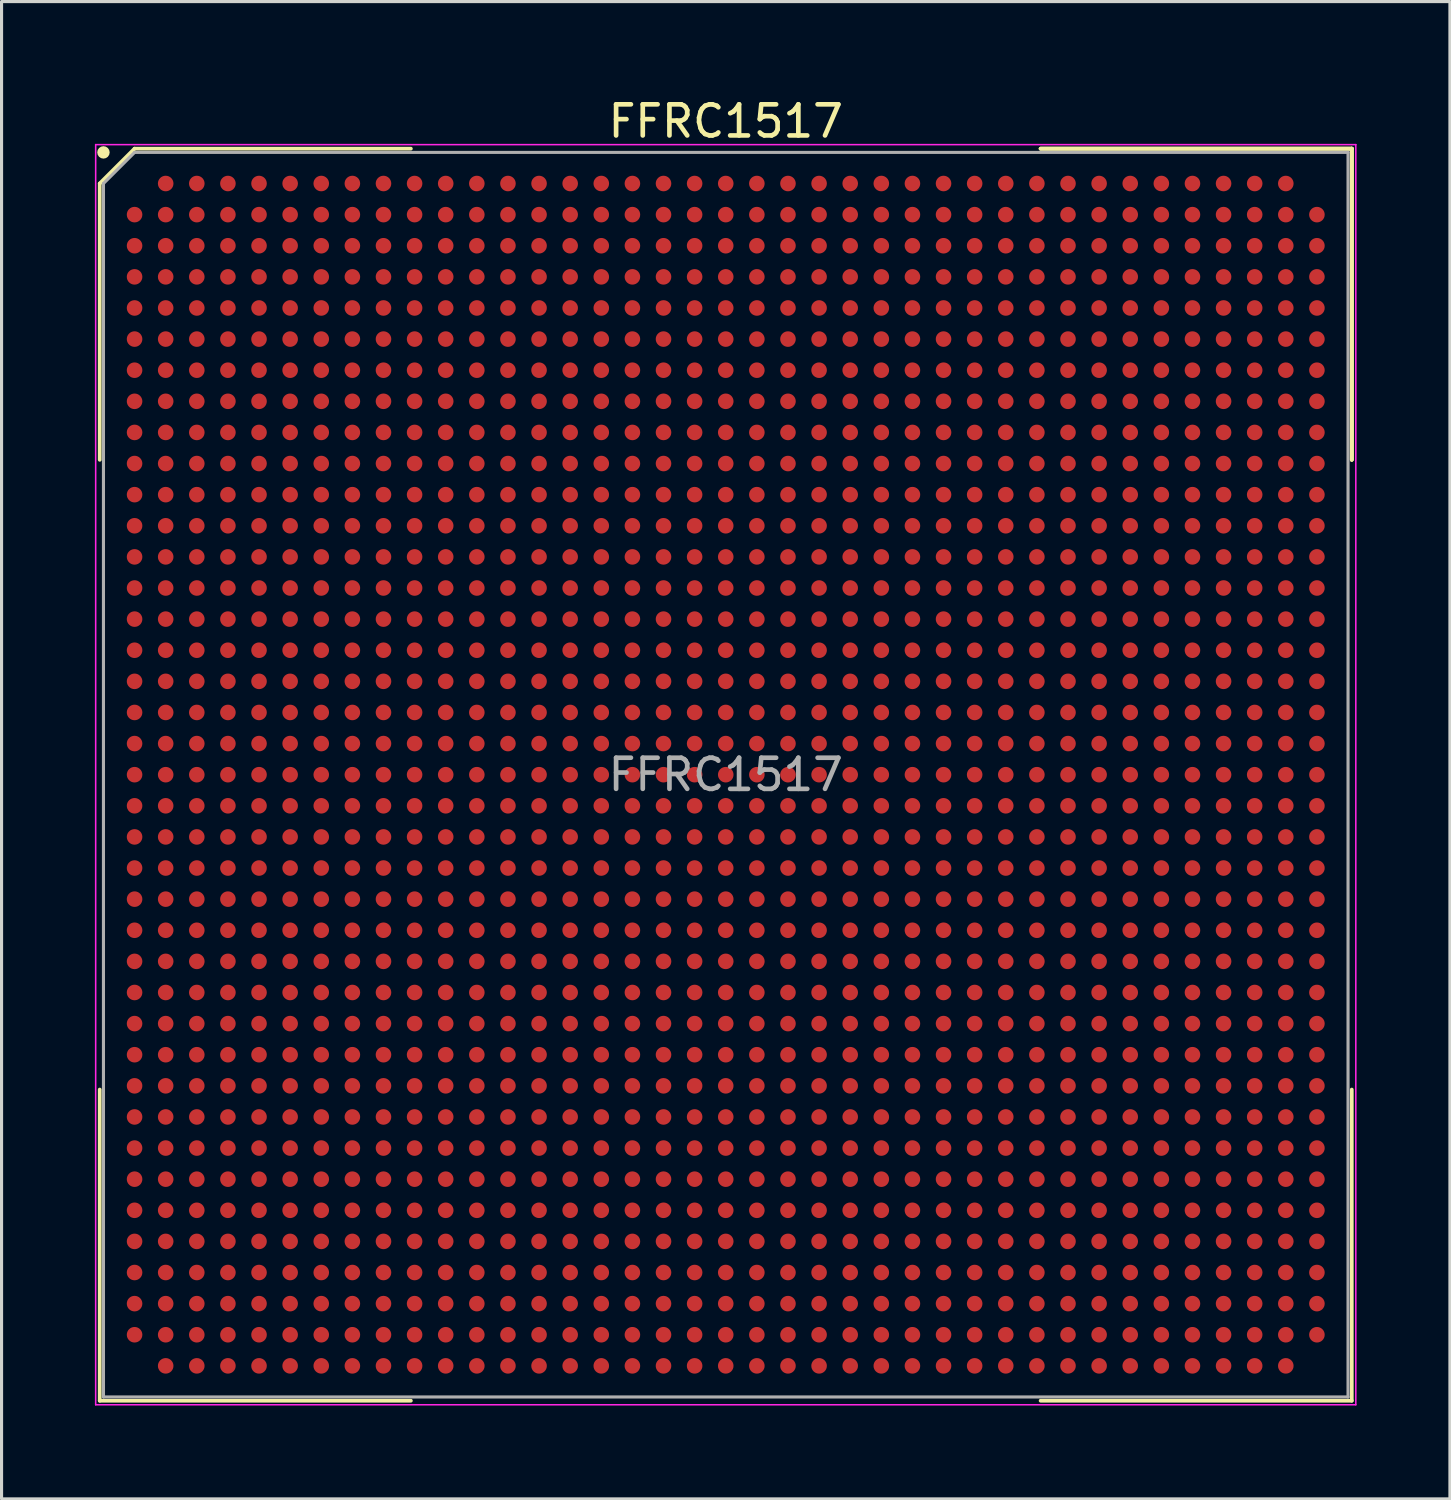
<source format=kicad_pcb>
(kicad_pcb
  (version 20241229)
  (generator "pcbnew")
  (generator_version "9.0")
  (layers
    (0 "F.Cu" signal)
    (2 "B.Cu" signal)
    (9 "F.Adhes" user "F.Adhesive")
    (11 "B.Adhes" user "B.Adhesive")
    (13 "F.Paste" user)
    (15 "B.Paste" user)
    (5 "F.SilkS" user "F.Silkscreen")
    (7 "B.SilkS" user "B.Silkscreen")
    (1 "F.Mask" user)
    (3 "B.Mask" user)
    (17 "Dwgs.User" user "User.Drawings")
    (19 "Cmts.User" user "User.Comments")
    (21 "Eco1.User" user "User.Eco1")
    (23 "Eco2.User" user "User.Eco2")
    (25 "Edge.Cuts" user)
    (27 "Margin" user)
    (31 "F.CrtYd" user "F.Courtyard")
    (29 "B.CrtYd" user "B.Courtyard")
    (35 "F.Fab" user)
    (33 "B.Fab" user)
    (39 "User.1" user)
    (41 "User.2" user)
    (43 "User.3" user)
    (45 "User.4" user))
  (footprint "FFRC1517"
    (layer "F.Cu")
    (at 20.275 21.848)
    (property "Reference" "FFRC1517" (at 0 -21 0) (layer "F.SilkS") (effects (font (size 1 1) (thickness 0.15))))
    (attr smd)
    (fp_line (start -20.12 -19) (end -20.12 -10.12) (stroke (width 0.12) (type solid)) (layer "F.SilkS"))
    (fp_line (start -20.12 20.12) (end -20.12 10.12) (stroke (width 0.12) (type solid)) (layer "F.SilkS"))
    (fp_line (start -19 -20.12) (end -20.12 -19) (stroke (width 0.12) (type solid)) (layer "F.SilkS"))
    (fp_line (start -10.12 -20.12) (end -19 -20.12) (stroke (width 0.12) (type solid)) (layer "F.SilkS"))
    (fp_line (start -10.12 20.12) (end -20.12 20.12) (stroke (width 0.12) (type solid)) (layer "F.SilkS"))
    (fp_line (start 10.12 -20.12) (end 20.12 -20.12) (stroke (width 0.12) (type solid)) (layer "F.SilkS"))
    (fp_line (start 10.12 -20.12) (end 20.12 -20.12) (stroke (width 0.12) (type solid)) (layer "F.SilkS"))
    (fp_line (start 10.12 -20.12) (end 20.12 -20.12) (stroke (width 0.12) (type solid)) (layer "F.SilkS"))
    (fp_line (start 10.12 20.12) (end 20.12 20.12) (stroke (width 0.12) (type solid)) (layer "F.SilkS"))
    (fp_line (start 20.12 -20.12) (end 20.12 -10.12) (stroke (width 0.12) (type solid)) (layer "F.SilkS"))
    (fp_line (start 20.12 -20.12) (end 20.12 -10.12) (stroke (width 0.12) (type solid)) (layer "F.SilkS"))
    (fp_line (start 20.12 -20.12) (end 20.12 -10.12) (stroke (width 0.12) (type solid)) (layer "F.SilkS"))
    (fp_line (start 20.12 20.12) (end 20.12 10.12) (stroke (width 0.12) (type solid)) (layer "F.SilkS"))
    (fp_circle (center -20 -20) (end -20 -19.9) (stroke (width 0.2) (type solid)) (fill no) (layer "F.SilkS"))
    (fp_line (start -20.25 -20.25) (end 20.25 -20.25) (stroke (width 0.05) (type solid)) (layer "F.CrtYd"))
    (fp_line (start -20.25 20.25) (end -20.25 -20.25) (stroke (width 0.05) (type solid)) (layer "F.CrtYd"))
    (fp_line (start 20.25 -20.25) (end 20.25 20.25) (stroke (width 0.05) (type solid)) (layer "F.CrtYd"))
    (fp_line (start 20.25 20.25) (end -20.25 20.25) (stroke (width 0.05) (type solid)) (layer "F.CrtYd"))
    (fp_line (start -20 -19) (end -20 20) (stroke (width 0.1) (type solid)) (layer "F.Fab"))
    (fp_line (start -20 20) (end 20 20) (stroke (width 0.1) (type solid)) (layer "F.Fab"))
    (fp_line (start -19 -20) (end -20 -19) (stroke (width 0.1) (type solid)) (layer "F.Fab"))
    (fp_line (start 20 -20) (end -19 -20) (stroke (width 0.1) (type solid)) (layer "F.Fab"))
    (fp_line (start 20 20) (end 20 -20) (stroke (width 0.1) (type solid)) (layer "F.Fab"))
    (fp_text user "${REFERENCE}" (at 0 0 0) (layer "F.Fab") (effects (font (size 1 1) (thickness 0.15))))
    (pad "A2" smd circle (at -18 -19) (size 0.5 0.5) (layers "F.Cu" "F.Mask" "F.Paste"))
    (pad "A3" smd circle (at -17 -19) (size 0.5 0.5) (layers "F.Cu" "F.Mask" "F.Paste"))
    (pad "A4" smd circle (at -16 -19) (size 0.5 0.5) (layers "F.Cu" "F.Mask" "F.Paste"))
    (pad "A5" smd circle (at -15 -19) (size 0.5 0.5) (layers "F.Cu" "F.Mask" "F.Paste"))
    (pad "A6" smd circle (at -14 -19) (size 0.5 0.5) (layers "F.Cu" "F.Mask" "F.Paste"))
    (pad "A7" smd circle (at -13 -19) (size 0.5 0.5) (layers "F.Cu" "F.Mask" "F.Paste"))
    (pad "A8" smd circle (at -12 -19) (size 0.5 0.5) (layers "F.Cu" "F.Mask" "F.Paste"))
    (pad "A9" smd circle (at -11 -19) (size 0.5 0.5) (layers "F.Cu" "F.Mask" "F.Paste"))
    (pad "A10" smd circle (at -10 -19) (size 0.5 0.5) (layers "F.Cu" "F.Mask" "F.Paste"))
    (pad "A11" smd circle (at -9 -19) (size 0.5 0.5) (layers "F.Cu" "F.Mask" "F.Paste"))
    (pad "A12" smd circle (at -8 -19) (size 0.5 0.5) (layers "F.Cu" "F.Mask" "F.Paste"))
    (pad "A13" smd circle (at -7 -19) (size 0.5 0.5) (layers "F.Cu" "F.Mask" "F.Paste"))
    (pad "A14" smd circle (at -6 -19) (size 0.5 0.5) (layers "F.Cu" "F.Mask" "F.Paste"))
    (pad "A15" smd circle (at -5 -19) (size 0.5 0.5) (layers "F.Cu" "F.Mask" "F.Paste"))
    (pad "A16" smd circle (at -4 -19) (size 0.5 0.5) (layers "F.Cu" "F.Mask" "F.Paste"))
    (pad "A17" smd circle (at -3 -19) (size 0.5 0.5) (layers "F.Cu" "F.Mask" "F.Paste"))
    (pad "A18" smd circle (at -2 -19) (size 0.5 0.5) (layers "F.Cu" "F.Mask" "F.Paste"))
    (pad "A19" smd circle (at -1 -19) (size 0.5 0.5) (layers "F.Cu" "F.Mask" "F.Paste"))
    (pad "A20" smd circle (at 0 -19) (size 0.5 0.5) (layers "F.Cu" "F.Mask" "F.Paste"))
    (pad "A21" smd circle (at 1 -19) (size 0.5 0.5) (layers "F.Cu" "F.Mask" "F.Paste"))
    (pad "A22" smd circle (at 2 -19) (size 0.5 0.5) (layers "F.Cu" "F.Mask" "F.Paste"))
    (pad "A23" smd circle (at 3 -19) (size 0.5 0.5) (layers "F.Cu" "F.Mask" "F.Paste"))
    (pad "A24" smd circle (at 4 -19) (size 0.5 0.5) (layers "F.Cu" "F.Mask" "F.Paste"))
    (pad "A25" smd circle (at 5 -19) (size 0.5 0.5) (layers "F.Cu" "F.Mask" "F.Paste"))
    (pad "A26" smd circle (at 6 -19) (size 0.5 0.5) (layers "F.Cu" "F.Mask" "F.Paste"))
    (pad "A27" smd circle (at 7 -19) (size 0.5 0.5) (layers "F.Cu" "F.Mask" "F.Paste"))
    (pad "A28" smd circle (at 8 -19) (size 0.5 0.5) (layers "F.Cu" "F.Mask" "F.Paste"))
    (pad "A29" smd circle (at 9 -19) (size 0.5 0.5) (layers "F.Cu" "F.Mask" "F.Paste"))
    (pad "A30" smd circle (at 10 -19) (size 0.5 0.5) (layers "F.Cu" "F.Mask" "F.Paste"))
    (pad "A31" smd circle (at 11 -19) (size 0.5 0.5) (layers "F.Cu" "F.Mask" "F.Paste"))
    (pad "A32" smd circle (at 12 -19) (size 0.5 0.5) (layers "F.Cu" "F.Mask" "F.Paste"))
    (pad "A33" smd circle (at 13 -19) (size 0.5 0.5) (layers "F.Cu" "F.Mask" "F.Paste"))
    (pad "A34" smd circle (at 14 -19) (size 0.5 0.5) (layers "F.Cu" "F.Mask" "F.Paste"))
    (pad "A35" smd circle (at 15 -19) (size 0.5 0.5) (layers "F.Cu" "F.Mask" "F.Paste"))
    (pad "A36" smd circle (at 16 -19) (size 0.5 0.5) (layers "F.Cu" "F.Mask" "F.Paste"))
    (pad "A37" smd circle (at 17 -19) (size 0.5 0.5) (layers "F.Cu" "F.Mask" "F.Paste"))
    (pad "A38" smd circle (at 18 -19) (size 0.5 0.5) (layers "F.Cu" "F.Mask" "F.Paste"))
    (pad "AA1" smd circle (at -19 1) (size 0.5 0.5) (layers "F.Cu" "F.Mask" "F.Paste"))
    (pad "AA2" smd circle (at -18 1) (size 0.5 0.5) (layers "F.Cu" "F.Mask" "F.Paste"))
    (pad "AA3" smd circle (at -17 1) (size 0.5 0.5) (layers "F.Cu" "F.Mask" "F.Paste"))
    (pad "AA4" smd circle (at -16 1) (size 0.5 0.5) (layers "F.Cu" "F.Mask" "F.Paste"))
    (pad "AA5" smd circle (at -15 1) (size 0.5 0.5) (layers "F.Cu" "F.Mask" "F.Paste"))
    (pad "AA6" smd circle (at -14 1) (size 0.5 0.5) (layers "F.Cu" "F.Mask" "F.Paste"))
    (pad "AA7" smd circle (at -13 1) (size 0.5 0.5) (layers "F.Cu" "F.Mask" "F.Paste"))
    (pad "AA8" smd circle (at -12 1) (size 0.5 0.5) (layers "F.Cu" "F.Mask" "F.Paste"))
    (pad "AA9" smd circle (at -11 1) (size 0.5 0.5) (layers "F.Cu" "F.Mask" "F.Paste"))
    (pad "AA10" smd circle (at -10 1) (size 0.5 0.5) (layers "F.Cu" "F.Mask" "F.Paste"))
    (pad "AA11" smd circle (at -9 1) (size 0.5 0.5) (layers "F.Cu" "F.Mask" "F.Paste"))
    (pad "AA12" smd circle (at -8 1) (size 0.5 0.5) (layers "F.Cu" "F.Mask" "F.Paste"))
    (pad "AA13" smd circle (at -7 1) (size 0.5 0.5) (layers "F.Cu" "F.Mask" "F.Paste"))
    (pad "AA14" smd circle (at -6 1) (size 0.5 0.5) (layers "F.Cu" "F.Mask" "F.Paste"))
    (pad "AA15" smd circle (at -5 1) (size 0.5 0.5) (layers "F.Cu" "F.Mask" "F.Paste"))
    (pad "AA16" smd circle (at -4 1) (size 0.5 0.5) (layers "F.Cu" "F.Mask" "F.Paste"))
    (pad "AA17" smd circle (at -3 1) (size 0.5 0.5) (layers "F.Cu" "F.Mask" "F.Paste"))
    (pad "AA18" smd circle (at -2 1) (size 0.5 0.5) (layers "F.Cu" "F.Mask" "F.Paste"))
    (pad "AA19" smd circle (at -1 1) (size 0.5 0.5) (layers "F.Cu" "F.Mask" "F.Paste"))
    (pad "AA20" smd circle (at 0 1) (size 0.5 0.5) (layers "F.Cu" "F.Mask" "F.Paste"))
    (pad "AA21" smd circle (at 1 1) (size 0.5 0.5) (layers "F.Cu" "F.Mask" "F.Paste"))
    (pad "AA22" smd circle (at 2 1) (size 0.5 0.5) (layers "F.Cu" "F.Mask" "F.Paste"))
    (pad "AA23" smd circle (at 3 1) (size 0.5 0.5) (layers "F.Cu" "F.Mask" "F.Paste"))
    (pad "AA24" smd circle (at 4 1) (size 0.5 0.5) (layers "F.Cu" "F.Mask" "F.Paste"))
    (pad "AA25" smd circle (at 5 1) (size 0.5 0.5) (layers "F.Cu" "F.Mask" "F.Paste"))
    (pad "AA26" smd circle (at 6 1) (size 0.5 0.5) (layers "F.Cu" "F.Mask" "F.Paste"))
    (pad "AA27" smd circle (at 7 1) (size 0.5 0.5) (layers "F.Cu" "F.Mask" "F.Paste"))
    (pad "AA28" smd circle (at 8 1) (size 0.5 0.5) (layers "F.Cu" "F.Mask" "F.Paste"))
    (pad "AA29" smd circle (at 9 1) (size 0.5 0.5) (layers "F.Cu" "F.Mask" "F.Paste"))
    (pad "AA30" smd circle (at 10 1) (size 0.5 0.5) (layers "F.Cu" "F.Mask" "F.Paste"))
    (pad "AA31" smd circle (at 11 1) (size 0.5 0.5) (layers "F.Cu" "F.Mask" "F.Paste"))
    (pad "AA32" smd circle (at 12 1) (size 0.5 0.5) (layers "F.Cu" "F.Mask" "F.Paste"))
    (pad "AA33" smd circle (at 13 1) (size 0.5 0.5) (layers "F.Cu" "F.Mask" "F.Paste"))
    (pad "AA34" smd circle (at 14 1) (size 0.5 0.5) (layers "F.Cu" "F.Mask" "F.Paste"))
    (pad "AA35" smd circle (at 15 1) (size 0.5 0.5) (layers "F.Cu" "F.Mask" "F.Paste"))
    (pad "AA36" smd circle (at 16 1) (size 0.5 0.5) (layers "F.Cu" "F.Mask" "F.Paste"))
    (pad "AA37" smd circle (at 17 1) (size 0.5 0.5) (layers "F.Cu" "F.Mask" "F.Paste"))
    (pad "AA38" smd circle (at 18 1) (size 0.5 0.5) (layers "F.Cu" "F.Mask" "F.Paste"))
    (pad "AA39" smd circle (at 19 1) (size 0.5 0.5) (layers "F.Cu" "F.Mask" "F.Paste"))
    (pad "AB1" smd circle (at -19 2) (size 0.5 0.5) (layers "F.Cu" "F.Mask" "F.Paste"))
    (pad "AB2" smd circle (at -18 2) (size 0.5 0.5) (layers "F.Cu" "F.Mask" "F.Paste"))
    (pad "AB3" smd circle (at -17 2) (size 0.5 0.5) (layers "F.Cu" "F.Mask" "F.Paste"))
    (pad "AB4" smd circle (at -16 2) (size 0.5 0.5) (layers "F.Cu" "F.Mask" "F.Paste"))
    (pad "AB5" smd circle (at -15 2) (size 0.5 0.5) (layers "F.Cu" "F.Mask" "F.Paste"))
    (pad "AB6" smd circle (at -14 2) (size 0.5 0.5) (layers "F.Cu" "F.Mask" "F.Paste"))
    (pad "AB7" smd circle (at -13 2) (size 0.5 0.5) (layers "F.Cu" "F.Mask" "F.Paste"))
    (pad "AB8" smd circle (at -12 2) (size 0.5 0.5) (layers "F.Cu" "F.Mask" "F.Paste"))
    (pad "AB9" smd circle (at -11 2) (size 0.5 0.5) (layers "F.Cu" "F.Mask" "F.Paste"))
    (pad "AB10" smd circle (at -10 2) (size 0.5 0.5) (layers "F.Cu" "F.Mask" "F.Paste"))
    (pad "AB11" smd circle (at -9 2) (size 0.5 0.5) (layers "F.Cu" "F.Mask" "F.Paste"))
    (pad "AB12" smd circle (at -8 2) (size 0.5 0.5) (layers "F.Cu" "F.Mask" "F.Paste"))
    (pad "AB13" smd circle (at -7 2) (size 0.5 0.5) (layers "F.Cu" "F.Mask" "F.Paste"))
    (pad "AB14" smd circle (at -6 2) (size 0.5 0.5) (layers "F.Cu" "F.Mask" "F.Paste"))
    (pad "AB15" smd circle (at -5 2) (size 0.5 0.5) (layers "F.Cu" "F.Mask" "F.Paste"))
    (pad "AB16" smd circle (at -4 2) (size 0.5 0.5) (layers "F.Cu" "F.Mask" "F.Paste"))
    (pad "AB17" smd circle (at -3 2) (size 0.5 0.5) (layers "F.Cu" "F.Mask" "F.Paste"))
    (pad "AB18" smd circle (at -2 2) (size 0.5 0.5) (layers "F.Cu" "F.Mask" "F.Paste"))
    (pad "AB19" smd circle (at -1 2) (size 0.5 0.5) (layers "F.Cu" "F.Mask" "F.Paste"))
    (pad "AB20" smd circle (at 0 2) (size 0.5 0.5) (layers "F.Cu" "F.Mask" "F.Paste"))
    (pad "AB21" smd circle (at 1 2) (size 0.5 0.5) (layers "F.Cu" "F.Mask" "F.Paste"))
    (pad "AB22" smd circle (at 2 2) (size 0.5 0.5) (layers "F.Cu" "F.Mask" "F.Paste"))
    (pad "AB23" smd circle (at 3 2) (size 0.5 0.5) (layers "F.Cu" "F.Mask" "F.Paste"))
    (pad "AB24" smd circle (at 4 2) (size 0.5 0.5) (layers "F.Cu" "F.Mask" "F.Paste"))
    (pad "AB25" smd circle (at 5 2) (size 0.5 0.5) (layers "F.Cu" "F.Mask" "F.Paste"))
    (pad "AB26" smd circle (at 6 2) (size 0.5 0.5) (layers "F.Cu" "F.Mask" "F.Paste"))
    (pad "AB27" smd circle (at 7 2) (size 0.5 0.5) (layers "F.Cu" "F.Mask" "F.Paste"))
    (pad "AB28" smd circle (at 8 2) (size 0.5 0.5) (layers "F.Cu" "F.Mask" "F.Paste"))
    (pad "AB29" smd circle (at 9 2) (size 0.5 0.5) (layers "F.Cu" "F.Mask" "F.Paste"))
    (pad "AB30" smd circle (at 10 2) (size 0.5 0.5) (layers "F.Cu" "F.Mask" "F.Paste"))
    (pad "AB31" smd circle (at 11 2) (size 0.5 0.5) (layers "F.Cu" "F.Mask" "F.Paste"))
    (pad "AB32" smd circle (at 12 2) (size 0.5 0.5) (layers "F.Cu" "F.Mask" "F.Paste"))
    (pad "AB33" smd circle (at 13 2) (size 0.5 0.5) (layers "F.Cu" "F.Mask" "F.Paste"))
    (pad "AB34" smd circle (at 14 2) (size 0.5 0.5) (layers "F.Cu" "F.Mask" "F.Paste"))
    (pad "AB35" smd circle (at 15 2) (size 0.5 0.5) (layers "F.Cu" "F.Mask" "F.Paste"))
    (pad "AB36" smd circle (at 16 2) (size 0.5 0.5) (layers "F.Cu" "F.Mask" "F.Paste"))
    (pad "AB37" smd circle (at 17 2) (size 0.5 0.5) (layers "F.Cu" "F.Mask" "F.Paste"))
    (pad "AB38" smd circle (at 18 2) (size 0.5 0.5) (layers "F.Cu" "F.Mask" "F.Paste"))
    (pad "AB39" smd circle (at 19 2) (size 0.5 0.5) (layers "F.Cu" "F.Mask" "F.Paste"))
    (pad "AC1" smd circle (at -19 3) (size 0.5 0.5) (layers "F.Cu" "F.Mask" "F.Paste"))
    (pad "AC2" smd circle (at -18 3) (size 0.5 0.5) (layers "F.Cu" "F.Mask" "F.Paste"))
    (pad "AC3" smd circle (at -17 3) (size 0.5 0.5) (layers "F.Cu" "F.Mask" "F.Paste"))
    (pad "AC4" smd circle (at -16 3) (size 0.5 0.5) (layers "F.Cu" "F.Mask" "F.Paste"))
    (pad "AC5" smd circle (at -15 3) (size 0.5 0.5) (layers "F.Cu" "F.Mask" "F.Paste"))
    (pad "AC6" smd circle (at -14 3) (size 0.5 0.5) (layers "F.Cu" "F.Mask" "F.Paste"))
    (pad "AC7" smd circle (at -13 3) (size 0.5 0.5) (layers "F.Cu" "F.Mask" "F.Paste"))
    (pad "AC8" smd circle (at -12 3) (size 0.5 0.5) (layers "F.Cu" "F.Mask" "F.Paste"))
    (pad "AC9" smd circle (at -11 3) (size 0.5 0.5) (layers "F.Cu" "F.Mask" "F.Paste"))
    (pad "AC10" smd circle (at -10 3) (size 0.5 0.5) (layers "F.Cu" "F.Mask" "F.Paste"))
    (pad "AC11" smd circle (at -9 3) (size 0.5 0.5) (layers "F.Cu" "F.Mask" "F.Paste"))
    (pad "AC12" smd circle (at -8 3) (size 0.5 0.5) (layers "F.Cu" "F.Mask" "F.Paste"))
    (pad "AC13" smd circle (at -7 3) (size 0.5 0.5) (layers "F.Cu" "F.Mask" "F.Paste"))
    (pad "AC14" smd circle (at -6 3) (size 0.5 0.5) (layers "F.Cu" "F.Mask" "F.Paste"))
    (pad "AC15" smd circle (at -5 3) (size 0.5 0.5) (layers "F.Cu" "F.Mask" "F.Paste"))
    (pad "AC16" smd circle (at -4 3) (size 0.5 0.5) (layers "F.Cu" "F.Mask" "F.Paste"))
    (pad "AC17" smd circle (at -3 3) (size 0.5 0.5) (layers "F.Cu" "F.Mask" "F.Paste"))
    (pad "AC18" smd circle (at -2 3) (size 0.5 0.5) (layers "F.Cu" "F.Mask" "F.Paste"))
    (pad "AC19" smd circle (at -1 3) (size 0.5 0.5) (layers "F.Cu" "F.Mask" "F.Paste"))
    (pad "AC20" smd circle (at 0 3) (size 0.5 0.5) (layers "F.Cu" "F.Mask" "F.Paste"))
    (pad "AC21" smd circle (at 1 3) (size 0.5 0.5) (layers "F.Cu" "F.Mask" "F.Paste"))
    (pad "AC22" smd circle (at 2 3) (size 0.5 0.5) (layers "F.Cu" "F.Mask" "F.Paste"))
    (pad "AC23" smd circle (at 3 3) (size 0.5 0.5) (layers "F.Cu" "F.Mask" "F.Paste"))
    (pad "AC24" smd circle (at 4 3) (size 0.5 0.5) (layers "F.Cu" "F.Mask" "F.Paste"))
    (pad "AC25" smd circle (at 5 3) (size 0.5 0.5) (layers "F.Cu" "F.Mask" "F.Paste"))
    (pad "AC26" smd circle (at 6 3) (size 0.5 0.5) (layers "F.Cu" "F.Mask" "F.Paste"))
    (pad "AC27" smd circle (at 7 3) (size 0.5 0.5) (layers "F.Cu" "F.Mask" "F.Paste"))
    (pad "AC28" smd circle (at 8 3) (size 0.5 0.5) (layers "F.Cu" "F.Mask" "F.Paste"))
    (pad "AC29" smd circle (at 9 3) (size 0.5 0.5) (layers "F.Cu" "F.Mask" "F.Paste"))
    (pad "AC30" smd circle (at 10 3) (size 0.5 0.5) (layers "F.Cu" "F.Mask" "F.Paste"))
    (pad "AC31" smd circle (at 11 3) (size 0.5 0.5) (layers "F.Cu" "F.Mask" "F.Paste"))
    (pad "AC32" smd circle (at 12 3) (size 0.5 0.5) (layers "F.Cu" "F.Mask" "F.Paste"))
    (pad "AC33" smd circle (at 13 3) (size 0.5 0.5) (layers "F.Cu" "F.Mask" "F.Paste"))
    (pad "AC34" smd circle (at 14 3) (size 0.5 0.5) (layers "F.Cu" "F.Mask" "F.Paste"))
    (pad "AC35" smd circle (at 15 3) (size 0.5 0.5) (layers "F.Cu" "F.Mask" "F.Paste"))
    (pad "AC36" smd circle (at 16 3) (size 0.5 0.5) (layers "F.Cu" "F.Mask" "F.Paste"))
    (pad "AC37" smd circle (at 17 3) (size 0.5 0.5) (layers "F.Cu" "F.Mask" "F.Paste"))
    (pad "AC38" smd circle (at 18 3) (size 0.5 0.5) (layers "F.Cu" "F.Mask" "F.Paste"))
    (pad "AC39" smd circle (at 19 3) (size 0.5 0.5) (layers "F.Cu" "F.Mask" "F.Paste"))
    (pad "AD1" smd circle (at -19 4) (size 0.5 0.5) (layers "F.Cu" "F.Mask" "F.Paste"))
    (pad "AD2" smd circle (at -18 4) (size 0.5 0.5) (layers "F.Cu" "F.Mask" "F.Paste"))
    (pad "AD3" smd circle (at -17 4) (size 0.5 0.5) (layers "F.Cu" "F.Mask" "F.Paste"))
    (pad "AD4" smd circle (at -16 4) (size 0.5 0.5) (layers "F.Cu" "F.Mask" "F.Paste"))
    (pad "AD5" smd circle (at -15 4) (size 0.5 0.5) (layers "F.Cu" "F.Mask" "F.Paste"))
    (pad "AD6" smd circle (at -14 4) (size 0.5 0.5) (layers "F.Cu" "F.Mask" "F.Paste"))
    (pad "AD7" smd circle (at -13 4) (size 0.5 0.5) (layers "F.Cu" "F.Mask" "F.Paste"))
    (pad "AD8" smd circle (at -12 4) (size 0.5 0.5) (layers "F.Cu" "F.Mask" "F.Paste"))
    (pad "AD9" smd circle (at -11 4) (size 0.5 0.5) (layers "F.Cu" "F.Mask" "F.Paste"))
    (pad "AD10" smd circle (at -10 4) (size 0.5 0.5) (layers "F.Cu" "F.Mask" "F.Paste"))
    (pad "AD11" smd circle (at -9 4) (size 0.5 0.5) (layers "F.Cu" "F.Mask" "F.Paste"))
    (pad "AD12" smd circle (at -8 4) (size 0.5 0.5) (layers "F.Cu" "F.Mask" "F.Paste"))
    (pad "AD13" smd circle (at -7 4) (size 0.5 0.5) (layers "F.Cu" "F.Mask" "F.Paste"))
    (pad "AD14" smd circle (at -6 4) (size 0.5 0.5) (layers "F.Cu" "F.Mask" "F.Paste"))
    (pad "AD15" smd circle (at -5 4) (size 0.5 0.5) (layers "F.Cu" "F.Mask" "F.Paste"))
    (pad "AD16" smd circle (at -4 4) (size 0.5 0.5) (layers "F.Cu" "F.Mask" "F.Paste"))
    (pad "AD17" smd circle (at -3 4) (size 0.5 0.5) (layers "F.Cu" "F.Mask" "F.Paste"))
    (pad "AD18" smd circle (at -2 4) (size 0.5 0.5) (layers "F.Cu" "F.Mask" "F.Paste"))
    (pad "AD19" smd circle (at -1 4) (size 0.5 0.5) (layers "F.Cu" "F.Mask" "F.Paste"))
    (pad "AD20" smd circle (at 0 4) (size 0.5 0.5) (layers "F.Cu" "F.Mask" "F.Paste"))
    (pad "AD21" smd circle (at 1 4) (size 0.5 0.5) (layers "F.Cu" "F.Mask" "F.Paste"))
    (pad "AD22" smd circle (at 2 4) (size 0.5 0.5) (layers "F.Cu" "F.Mask" "F.Paste"))
    (pad "AD23" smd circle (at 3 4) (size 0.5 0.5) (layers "F.Cu" "F.Mask" "F.Paste"))
    (pad "AD24" smd circle (at 4 4) (size 0.5 0.5) (layers "F.Cu" "F.Mask" "F.Paste"))
    (pad "AD25" smd circle (at 5 4) (size 0.5 0.5) (layers "F.Cu" "F.Mask" "F.Paste"))
    (pad "AD26" smd circle (at 6 4) (size 0.5 0.5) (layers "F.Cu" "F.Mask" "F.Paste"))
    (pad "AD27" smd circle (at 7 4) (size 0.5 0.5) (layers "F.Cu" "F.Mask" "F.Paste"))
    (pad "AD28" smd circle (at 8 4) (size 0.5 0.5) (layers "F.Cu" "F.Mask" "F.Paste"))
    (pad "AD29" smd circle (at 9 4) (size 0.5 0.5) (layers "F.Cu" "F.Mask" "F.Paste"))
    (pad "AD30" smd circle (at 10 4) (size 0.5 0.5) (layers "F.Cu" "F.Mask" "F.Paste"))
    (pad "AD31" smd circle (at 11 4) (size 0.5 0.5) (layers "F.Cu" "F.Mask" "F.Paste"))
    (pad "AD32" smd circle (at 12 4) (size 0.5 0.5) (layers "F.Cu" "F.Mask" "F.Paste"))
    (pad "AD33" smd circle (at 13 4) (size 0.5 0.5) (layers "F.Cu" "F.Mask" "F.Paste"))
    (pad "AD34" smd circle (at 14 4) (size 0.5 0.5) (layers "F.Cu" "F.Mask" "F.Paste"))
    (pad "AD35" smd circle (at 15 4) (size 0.5 0.5) (layers "F.Cu" "F.Mask" "F.Paste"))
    (pad "AD36" smd circle (at 16 4) (size 0.5 0.5) (layers "F.Cu" "F.Mask" "F.Paste"))
    (pad "AD37" smd circle (at 17 4) (size 0.5 0.5) (layers "F.Cu" "F.Mask" "F.Paste"))
    (pad "AD38" smd circle (at 18 4) (size 0.5 0.5) (layers "F.Cu" "F.Mask" "F.Paste"))
    (pad "AD39" smd circle (at 19 4) (size 0.5 0.5) (layers "F.Cu" "F.Mask" "F.Paste"))
    (pad "AE1" smd circle (at -19 5) (size 0.5 0.5) (layers "F.Cu" "F.Mask" "F.Paste"))
    (pad "AE2" smd circle (at -18 5) (size 0.5 0.5) (layers "F.Cu" "F.Mask" "F.Paste"))
    (pad "AE3" smd circle (at -17 5) (size 0.5 0.5) (layers "F.Cu" "F.Mask" "F.Paste"))
    (pad "AE4" smd circle (at -16 5) (size 0.5 0.5) (layers "F.Cu" "F.Mask" "F.Paste"))
    (pad "AE5" smd circle (at -15 5) (size 0.5 0.5) (layers "F.Cu" "F.Mask" "F.Paste"))
    (pad "AE6" smd circle (at -14 5) (size 0.5 0.5) (layers "F.Cu" "F.Mask" "F.Paste"))
    (pad "AE7" smd circle (at -13 5) (size 0.5 0.5) (layers "F.Cu" "F.Mask" "F.Paste"))
    (pad "AE8" smd circle (at -12 5) (size 0.5 0.5) (layers "F.Cu" "F.Mask" "F.Paste"))
    (pad "AE9" smd circle (at -11 5) (size 0.5 0.5) (layers "F.Cu" "F.Mask" "F.Paste"))
    (pad "AE10" smd circle (at -10 5) (size 0.5 0.5) (layers "F.Cu" "F.Mask" "F.Paste"))
    (pad "AE11" smd circle (at -9 5) (size 0.5 0.5) (layers "F.Cu" "F.Mask" "F.Paste"))
    (pad "AE12" smd circle (at -8 5) (size 0.5 0.5) (layers "F.Cu" "F.Mask" "F.Paste"))
    (pad "AE13" smd circle (at -7 5) (size 0.5 0.5) (layers "F.Cu" "F.Mask" "F.Paste"))
    (pad "AE14" smd circle (at -6 5) (size 0.5 0.5) (layers "F.Cu" "F.Mask" "F.Paste"))
    (pad "AE15" smd circle (at -5 5) (size 0.5 0.5) (layers "F.Cu" "F.Mask" "F.Paste"))
    (pad "AE16" smd circle (at -4 5) (size 0.5 0.5) (layers "F.Cu" "F.Mask" "F.Paste"))
    (pad "AE17" smd circle (at -3 5) (size 0.5 0.5) (layers "F.Cu" "F.Mask" "F.Paste"))
    (pad "AE18" smd circle (at -2 5) (size 0.5 0.5) (layers "F.Cu" "F.Mask" "F.Paste"))
    (pad "AE19" smd circle (at -1 5) (size 0.5 0.5) (layers "F.Cu" "F.Mask" "F.Paste"))
    (pad "AE20" smd circle (at 0 5) (size 0.5 0.5) (layers "F.Cu" "F.Mask" "F.Paste"))
    (pad "AE21" smd circle (at 1 5) (size 0.5 0.5) (layers "F.Cu" "F.Mask" "F.Paste"))
    (pad "AE22" smd circle (at 2 5) (size 0.5 0.5) (layers "F.Cu" "F.Mask" "F.Paste"))
    (pad "AE23" smd circle (at 3 5) (size 0.5 0.5) (layers "F.Cu" "F.Mask" "F.Paste"))
    (pad "AE24" smd circle (at 4 5) (size 0.5 0.5) (layers "F.Cu" "F.Mask" "F.Paste"))
    (pad "AE25" smd circle (at 5 5) (size 0.5 0.5) (layers "F.Cu" "F.Mask" "F.Paste"))
    (pad "AE26" smd circle (at 6 5) (size 0.5 0.5) (layers "F.Cu" "F.Mask" "F.Paste"))
    (pad "AE27" smd circle (at 7 5) (size 0.5 0.5) (layers "F.Cu" "F.Mask" "F.Paste"))
    (pad "AE28" smd circle (at 8 5) (size 0.5 0.5) (layers "F.Cu" "F.Mask" "F.Paste"))
    (pad "AE29" smd circle (at 9 5) (size 0.5 0.5) (layers "F.Cu" "F.Mask" "F.Paste"))
    (pad "AE30" smd circle (at 10 5) (size 0.5 0.5) (layers "F.Cu" "F.Mask" "F.Paste"))
    (pad "AE31" smd circle (at 11 5) (size 0.5 0.5) (layers "F.Cu" "F.Mask" "F.Paste"))
    (pad "AE32" smd circle (at 12 5) (size 0.5 0.5) (layers "F.Cu" "F.Mask" "F.Paste"))
    (pad "AE33" smd circle (at 13 5) (size 0.5 0.5) (layers "F.Cu" "F.Mask" "F.Paste"))
    (pad "AE34" smd circle (at 14 5) (size 0.5 0.5) (layers "F.Cu" "F.Mask" "F.Paste"))
    (pad "AE35" smd circle (at 15 5) (size 0.5 0.5) (layers "F.Cu" "F.Mask" "F.Paste"))
    (pad "AE36" smd circle (at 16 5) (size 0.5 0.5) (layers "F.Cu" "F.Mask" "F.Paste"))
    (pad "AE37" smd circle (at 17 5) (size 0.5 0.5) (layers "F.Cu" "F.Mask" "F.Paste"))
    (pad "AE38" smd circle (at 18 5) (size 0.5 0.5) (layers "F.Cu" "F.Mask" "F.Paste"))
    (pad "AE39" smd circle (at 19 5) (size 0.5 0.5) (layers "F.Cu" "F.Mask" "F.Paste"))
    (pad "AF1" smd circle (at -19 6) (size 0.5 0.5) (layers "F.Cu" "F.Mask" "F.Paste"))
    (pad "AF2" smd circle (at -18 6) (size 0.5 0.5) (layers "F.Cu" "F.Mask" "F.Paste"))
    (pad "AF3" smd circle (at -17 6) (size 0.5 0.5) (layers "F.Cu" "F.Mask" "F.Paste"))
    (pad "AF4" smd circle (at -16 6) (size 0.5 0.5) (layers "F.Cu" "F.Mask" "F.Paste"))
    (pad "AF5" smd circle (at -15 6) (size 0.5 0.5) (layers "F.Cu" "F.Mask" "F.Paste"))
    (pad "AF6" smd circle (at -14 6) (size 0.5 0.5) (layers "F.Cu" "F.Mask" "F.Paste"))
    (pad "AF7" smd circle (at -13 6) (size 0.5 0.5) (layers "F.Cu" "F.Mask" "F.Paste"))
    (pad "AF8" smd circle (at -12 6) (size 0.5 0.5) (layers "F.Cu" "F.Mask" "F.Paste"))
    (pad "AF9" smd circle (at -11 6) (size 0.5 0.5) (layers "F.Cu" "F.Mask" "F.Paste"))
    (pad "AF10" smd circle (at -10 6) (size 0.5 0.5) (layers "F.Cu" "F.Mask" "F.Paste"))
    (pad "AF11" smd circle (at -9 6) (size 0.5 0.5) (layers "F.Cu" "F.Mask" "F.Paste"))
    (pad "AF12" smd circle (at -8 6) (size 0.5 0.5) (layers "F.Cu" "F.Mask" "F.Paste"))
    (pad "AF13" smd circle (at -7 6) (size 0.5 0.5) (layers "F.Cu" "F.Mask" "F.Paste"))
    (pad "AF14" smd circle (at -6 6) (size 0.5 0.5) (layers "F.Cu" "F.Mask" "F.Paste"))
    (pad "AF15" smd circle (at -5 6) (size 0.5 0.5) (layers "F.Cu" "F.Mask" "F.Paste"))
    (pad "AF16" smd circle (at -4 6) (size 0.5 0.5) (layers "F.Cu" "F.Mask" "F.Paste"))
    (pad "AF17" smd circle (at -3 6) (size 0.5 0.5) (layers "F.Cu" "F.Mask" "F.Paste"))
    (pad "AF18" smd circle (at -2 6) (size 0.5 0.5) (layers "F.Cu" "F.Mask" "F.Paste"))
    (pad "AF19" smd circle (at -1 6) (size 0.5 0.5) (layers "F.Cu" "F.Mask" "F.Paste"))
    (pad "AF20" smd circle (at 0 6) (size 0.5 0.5) (layers "F.Cu" "F.Mask" "F.Paste"))
    (pad "AF21" smd circle (at 1 6) (size 0.5 0.5) (layers "F.Cu" "F.Mask" "F.Paste"))
    (pad "AF22" smd circle (at 2 6) (size 0.5 0.5) (layers "F.Cu" "F.Mask" "F.Paste"))
    (pad "AF23" smd circle (at 3 6) (size 0.5 0.5) (layers "F.Cu" "F.Mask" "F.Paste"))
    (pad "AF24" smd circle (at 4 6) (size 0.5 0.5) (layers "F.Cu" "F.Mask" "F.Paste"))
    (pad "AF25" smd circle (at 5 6) (size 0.5 0.5) (layers "F.Cu" "F.Mask" "F.Paste"))
    (pad "AF26" smd circle (at 6 6) (size 0.5 0.5) (layers "F.Cu" "F.Mask" "F.Paste"))
    (pad "AF27" smd circle (at 7 6) (size 0.5 0.5) (layers "F.Cu" "F.Mask" "F.Paste"))
    (pad "AF28" smd circle (at 8 6) (size 0.5 0.5) (layers "F.Cu" "F.Mask" "F.Paste"))
    (pad "AF29" smd circle (at 9 6) (size 0.5 0.5) (layers "F.Cu" "F.Mask" "F.Paste"))
    (pad "AF30" smd circle (at 10 6) (size 0.5 0.5) (layers "F.Cu" "F.Mask" "F.Paste"))
    (pad "AF31" smd circle (at 11 6) (size 0.5 0.5) (layers "F.Cu" "F.Mask" "F.Paste"))
    (pad "AF32" smd circle (at 12 6) (size 0.5 0.5) (layers "F.Cu" "F.Mask" "F.Paste"))
    (pad "AF33" smd circle (at 13 6) (size 0.5 0.5) (layers "F.Cu" "F.Mask" "F.Paste"))
    (pad "AF34" smd circle (at 14 6) (size 0.5 0.5) (layers "F.Cu" "F.Mask" "F.Paste"))
    (pad "AF35" smd circle (at 15 6) (size 0.5 0.5) (layers "F.Cu" "F.Mask" "F.Paste"))
    (pad "AF36" smd circle (at 16 6) (size 0.5 0.5) (layers "F.Cu" "F.Mask" "F.Paste"))
    (pad "AF37" smd circle (at 17 6) (size 0.5 0.5) (layers "F.Cu" "F.Mask" "F.Paste"))
    (pad "AF38" smd circle (at 18 6) (size 0.5 0.5) (layers "F.Cu" "F.Mask" "F.Paste"))
    (pad "AF39" smd circle (at 19 6) (size 0.5 0.5) (layers "F.Cu" "F.Mask" "F.Paste"))
    (pad "AG1" smd circle (at -19 7) (size 0.5 0.5) (layers "F.Cu" "F.Mask" "F.Paste"))
    (pad "AG2" smd circle (at -18 7) (size 0.5 0.5) (layers "F.Cu" "F.Mask" "F.Paste"))
    (pad "AG3" smd circle (at -17 7) (size 0.5 0.5) (layers "F.Cu" "F.Mask" "F.Paste"))
    (pad "AG4" smd circle (at -16 7) (size 0.5 0.5) (layers "F.Cu" "F.Mask" "F.Paste"))
    (pad "AG5" smd circle (at -15 7) (size 0.5 0.5) (layers "F.Cu" "F.Mask" "F.Paste"))
    (pad "AG6" smd circle (at -14 7) (size 0.5 0.5) (layers "F.Cu" "F.Mask" "F.Paste"))
    (pad "AG7" smd circle (at -13 7) (size 0.5 0.5) (layers "F.Cu" "F.Mask" "F.Paste"))
    (pad "AG8" smd circle (at -12 7) (size 0.5 0.5) (layers "F.Cu" "F.Mask" "F.Paste"))
    (pad "AG9" smd circle (at -11 7) (size 0.5 0.5) (layers "F.Cu" "F.Mask" "F.Paste"))
    (pad "AG10" smd circle (at -10 7) (size 0.5 0.5) (layers "F.Cu" "F.Mask" "F.Paste"))
    (pad "AG11" smd circle (at -9 7) (size 0.5 0.5) (layers "F.Cu" "F.Mask" "F.Paste"))
    (pad "AG12" smd circle (at -8 7) (size 0.5 0.5) (layers "F.Cu" "F.Mask" "F.Paste"))
    (pad "AG13" smd circle (at -7 7) (size 0.5 0.5) (layers "F.Cu" "F.Mask" "F.Paste"))
    (pad "AG14" smd circle (at -6 7) (size 0.5 0.5) (layers "F.Cu" "F.Mask" "F.Paste"))
    (pad "AG15" smd circle (at -5 7) (size 0.5 0.5) (layers "F.Cu" "F.Mask" "F.Paste"))
    (pad "AG16" smd circle (at -4 7) (size 0.5 0.5) (layers "F.Cu" "F.Mask" "F.Paste"))
    (pad "AG17" smd circle (at -3 7) (size 0.5 0.5) (layers "F.Cu" "F.Mask" "F.Paste"))
    (pad "AG18" smd circle (at -2 7) (size 0.5 0.5) (layers "F.Cu" "F.Mask" "F.Paste"))
    (pad "AG19" smd circle (at -1 7) (size 0.5 0.5) (layers "F.Cu" "F.Mask" "F.Paste"))
    (pad "AG20" smd circle (at 0 7) (size 0.5 0.5) (layers "F.Cu" "F.Mask" "F.Paste"))
    (pad "AG21" smd circle (at 1 7) (size 0.5 0.5) (layers "F.Cu" "F.Mask" "F.Paste"))
    (pad "AG22" smd circle (at 2 7) (size 0.5 0.5) (layers "F.Cu" "F.Mask" "F.Paste"))
    (pad "AG23" smd circle (at 3 7) (size 0.5 0.5) (layers "F.Cu" "F.Mask" "F.Paste"))
    (pad "AG24" smd circle (at 4 7) (size 0.5 0.5) (layers "F.Cu" "F.Mask" "F.Paste"))
    (pad "AG25" smd circle (at 5 7) (size 0.5 0.5) (layers "F.Cu" "F.Mask" "F.Paste"))
    (pad "AG26" smd circle (at 6 7) (size 0.5 0.5) (layers "F.Cu" "F.Mask" "F.Paste"))
    (pad "AG27" smd circle (at 7 7) (size 0.5 0.5) (layers "F.Cu" "F.Mask" "F.Paste"))
    (pad "AG28" smd circle (at 8 7) (size 0.5 0.5) (layers "F.Cu" "F.Mask" "F.Paste"))
    (pad "AG29" smd circle (at 9 7) (size 0.5 0.5) (layers "F.Cu" "F.Mask" "F.Paste"))
    (pad "AG30" smd circle (at 10 7) (size 0.5 0.5) (layers "F.Cu" "F.Mask" "F.Paste"))
    (pad "AG31" smd circle (at 11 7) (size 0.5 0.5) (layers "F.Cu" "F.Mask" "F.Paste"))
    (pad "AG32" smd circle (at 12 7) (size 0.5 0.5) (layers "F.Cu" "F.Mask" "F.Paste"))
    (pad "AG33" smd circle (at 13 7) (size 0.5 0.5) (layers "F.Cu" "F.Mask" "F.Paste"))
    (pad "AG34" smd circle (at 14 7) (size 0.5 0.5) (layers "F.Cu" "F.Mask" "F.Paste"))
    (pad "AG35" smd circle (at 15 7) (size 0.5 0.5) (layers "F.Cu" "F.Mask" "F.Paste"))
    (pad "AG36" smd circle (at 16 7) (size 0.5 0.5) (layers "F.Cu" "F.Mask" "F.Paste"))
    (pad "AG37" smd circle (at 17 7) (size 0.5 0.5) (layers "F.Cu" "F.Mask" "F.Paste"))
    (pad "AG38" smd circle (at 18 7) (size 0.5 0.5) (layers "F.Cu" "F.Mask" "F.Paste"))
    (pad "AG39" smd circle (at 19 7) (size 0.5 0.5) (layers "F.Cu" "F.Mask" "F.Paste"))
    (pad "AH1" smd circle (at -19 8) (size 0.5 0.5) (layers "F.Cu" "F.Mask" "F.Paste"))
    (pad "AH2" smd circle (at -18 8) (size 0.5 0.5) (layers "F.Cu" "F.Mask" "F.Paste"))
    (pad "AH3" smd circle (at -17 8) (size 0.5 0.5) (layers "F.Cu" "F.Mask" "F.Paste"))
    (pad "AH4" smd circle (at -16 8) (size 0.5 0.5) (layers "F.Cu" "F.Mask" "F.Paste"))
    (pad "AH5" smd circle (at -15 8) (size 0.5 0.5) (layers "F.Cu" "F.Mask" "F.Paste"))
    (pad "AH6" smd circle (at -14 8) (size 0.5 0.5) (layers "F.Cu" "F.Mask" "F.Paste"))
    (pad "AH7" smd circle (at -13 8) (size 0.5 0.5) (layers "F.Cu" "F.Mask" "F.Paste"))
    (pad "AH8" smd circle (at -12 8) (size 0.5 0.5) (layers "F.Cu" "F.Mask" "F.Paste"))
    (pad "AH9" smd circle (at -11 8) (size 0.5 0.5) (layers "F.Cu" "F.Mask" "F.Paste"))
    (pad "AH10" smd circle (at -10 8) (size 0.5 0.5) (layers "F.Cu" "F.Mask" "F.Paste"))
    (pad "AH11" smd circle (at -9 8) (size 0.5 0.5) (layers "F.Cu" "F.Mask" "F.Paste"))
    (pad "AH12" smd circle (at -8 8) (size 0.5 0.5) (layers "F.Cu" "F.Mask" "F.Paste"))
    (pad "AH13" smd circle (at -7 8) (size 0.5 0.5) (layers "F.Cu" "F.Mask" "F.Paste"))
    (pad "AH14" smd circle (at -6 8) (size 0.5 0.5) (layers "F.Cu" "F.Mask" "F.Paste"))
    (pad "AH15" smd circle (at -5 8) (size 0.5 0.5) (layers "F.Cu" "F.Mask" "F.Paste"))
    (pad "AH16" smd circle (at -4 8) (size 0.5 0.5) (layers "F.Cu" "F.Mask" "F.Paste"))
    (pad "AH17" smd circle (at -3 8) (size 0.5 0.5) (layers "F.Cu" "F.Mask" "F.Paste"))
    (pad "AH18" smd circle (at -2 8) (size 0.5 0.5) (layers "F.Cu" "F.Mask" "F.Paste"))
    (pad "AH19" smd circle (at -1 8) (size 0.5 0.5) (layers "F.Cu" "F.Mask" "F.Paste"))
    (pad "AH20" smd circle (at 0 8) (size 0.5 0.5) (layers "F.Cu" "F.Mask" "F.Paste"))
    (pad "AH21" smd circle (at 1 8) (size 0.5 0.5) (layers "F.Cu" "F.Mask" "F.Paste"))
    (pad "AH22" smd circle (at 2 8) (size 0.5 0.5) (layers "F.Cu" "F.Mask" "F.Paste"))
    (pad "AH23" smd circle (at 3 8) (size 0.5 0.5) (layers "F.Cu" "F.Mask" "F.Paste"))
    (pad "AH24" smd circle (at 4 8) (size 0.5 0.5) (layers "F.Cu" "F.Mask" "F.Paste"))
    (pad "AH25" smd circle (at 5 8) (size 0.5 0.5) (layers "F.Cu" "F.Mask" "F.Paste"))
    (pad "AH26" smd circle (at 6 8) (size 0.5 0.5) (layers "F.Cu" "F.Mask" "F.Paste"))
    (pad "AH27" smd circle (at 7 8) (size 0.5 0.5) (layers "F.Cu" "F.Mask" "F.Paste"))
    (pad "AH28" smd circle (at 8 8) (size 0.5 0.5) (layers "F.Cu" "F.Mask" "F.Paste"))
    (pad "AH29" smd circle (at 9 8) (size 0.5 0.5) (layers "F.Cu" "F.Mask" "F.Paste"))
    (pad "AH30" smd circle (at 10 8) (size 0.5 0.5) (layers "F.Cu" "F.Mask" "F.Paste"))
    (pad "AH31" smd circle (at 11 8) (size 0.5 0.5) (layers "F.Cu" "F.Mask" "F.Paste"))
    (pad "AH32" smd circle (at 12 8) (size 0.5 0.5) (layers "F.Cu" "F.Mask" "F.Paste"))
    (pad "AH33" smd circle (at 13 8) (size 0.5 0.5) (layers "F.Cu" "F.Mask" "F.Paste"))
    (pad "AH34" smd circle (at 14 8) (size 0.5 0.5) (layers "F.Cu" "F.Mask" "F.Paste"))
    (pad "AH35" smd circle (at 15 8) (size 0.5 0.5) (layers "F.Cu" "F.Mask" "F.Paste"))
    (pad "AH36" smd circle (at 16 8) (size 0.5 0.5) (layers "F.Cu" "F.Mask" "F.Paste"))
    (pad "AH37" smd circle (at 17 8) (size 0.5 0.5) (layers "F.Cu" "F.Mask" "F.Paste"))
    (pad "AH38" smd circle (at 18 8) (size 0.5 0.5) (layers "F.Cu" "F.Mask" "F.Paste"))
    (pad "AH39" smd circle (at 19 8) (size 0.5 0.5) (layers "F.Cu" "F.Mask" "F.Paste"))
    (pad "AJ1" smd circle (at -19 9) (size 0.5 0.5) (layers "F.Cu" "F.Mask" "F.Paste"))
    (pad "AJ2" smd circle (at -18 9) (size 0.5 0.5) (layers "F.Cu" "F.Mask" "F.Paste"))
    (pad "AJ3" smd circle (at -17 9) (size 0.5 0.5) (layers "F.Cu" "F.Mask" "F.Paste"))
    (pad "AJ4" smd circle (at -16 9) (size 0.5 0.5) (layers "F.Cu" "F.Mask" "F.Paste"))
    (pad "AJ5" smd circle (at -15 9) (size 0.5 0.5) (layers "F.Cu" "F.Mask" "F.Paste"))
    (pad "AJ6" smd circle (at -14 9) (size 0.5 0.5) (layers "F.Cu" "F.Mask" "F.Paste"))
    (pad "AJ7" smd circle (at -13 9) (size 0.5 0.5) (layers "F.Cu" "F.Mask" "F.Paste"))
    (pad "AJ8" smd circle (at -12 9) (size 0.5 0.5) (layers "F.Cu" "F.Mask" "F.Paste"))
    (pad "AJ9" smd circle (at -11 9) (size 0.5 0.5) (layers "F.Cu" "F.Mask" "F.Paste"))
    (pad "AJ10" smd circle (at -10 9) (size 0.5 0.5) (layers "F.Cu" "F.Mask" "F.Paste"))
    (pad "AJ11" smd circle (at -9 9) (size 0.5 0.5) (layers "F.Cu" "F.Mask" "F.Paste"))
    (pad "AJ12" smd circle (at -8 9) (size 0.5 0.5) (layers "F.Cu" "F.Mask" "F.Paste"))
    (pad "AJ13" smd circle (at -7 9) (size 0.5 0.5) (layers "F.Cu" "F.Mask" "F.Paste"))
    (pad "AJ14" smd circle (at -6 9) (size 0.5 0.5) (layers "F.Cu" "F.Mask" "F.Paste"))
    (pad "AJ15" smd circle (at -5 9) (size 0.5 0.5) (layers "F.Cu" "F.Mask" "F.Paste"))
    (pad "AJ16" smd circle (at -4 9) (size 0.5 0.5) (layers "F.Cu" "F.Mask" "F.Paste"))
    (pad "AJ17" smd circle (at -3 9) (size 0.5 0.5) (layers "F.Cu" "F.Mask" "F.Paste"))
    (pad "AJ18" smd circle (at -2 9) (size 0.5 0.5) (layers "F.Cu" "F.Mask" "F.Paste"))
    (pad "AJ19" smd circle (at -1 9) (size 0.5 0.5) (layers "F.Cu" "F.Mask" "F.Paste"))
    (pad "AJ20" smd circle (at 0 9) (size 0.5 0.5) (layers "F.Cu" "F.Mask" "F.Paste"))
    (pad "AJ21" smd circle (at 1 9) (size 0.5 0.5) (layers "F.Cu" "F.Mask" "F.Paste"))
    (pad "AJ22" smd circle (at 2 9) (size 0.5 0.5) (layers "F.Cu" "F.Mask" "F.Paste"))
    (pad "AJ23" smd circle (at 3 9) (size 0.5 0.5) (layers "F.Cu" "F.Mask" "F.Paste"))
    (pad "AJ24" smd circle (at 4 9) (size 0.5 0.5) (layers "F.Cu" "F.Mask" "F.Paste"))
    (pad "AJ25" smd circle (at 5 9) (size 0.5 0.5) (layers "F.Cu" "F.Mask" "F.Paste"))
    (pad "AJ26" smd circle (at 6 9) (size 0.5 0.5) (layers "F.Cu" "F.Mask" "F.Paste"))
    (pad "AJ27" smd circle (at 7 9) (size 0.5 0.5) (layers "F.Cu" "F.Mask" "F.Paste"))
    (pad "AJ28" smd circle (at 8 9) (size 0.5 0.5) (layers "F.Cu" "F.Mask" "F.Paste"))
    (pad "AJ29" smd circle (at 9 9) (size 0.5 0.5) (layers "F.Cu" "F.Mask" "F.Paste"))
    (pad "AJ30" smd circle (at 10 9) (size 0.5 0.5) (layers "F.Cu" "F.Mask" "F.Paste"))
    (pad "AJ31" smd circle (at 11 9) (size 0.5 0.5) (layers "F.Cu" "F.Mask" "F.Paste"))
    (pad "AJ32" smd circle (at 12 9) (size 0.5 0.5) (layers "F.Cu" "F.Mask" "F.Paste"))
    (pad "AJ33" smd circle (at 13 9) (size 0.5 0.5) (layers "F.Cu" "F.Mask" "F.Paste"))
    (pad "AJ34" smd circle (at 14 9) (size 0.5 0.5) (layers "F.Cu" "F.Mask" "F.Paste"))
    (pad "AJ35" smd circle (at 15 9) (size 0.5 0.5) (layers "F.Cu" "F.Mask" "F.Paste"))
    (pad "AJ36" smd circle (at 16 9) (size 0.5 0.5) (layers "F.Cu" "F.Mask" "F.Paste"))
    (pad "AJ37" smd circle (at 17 9) (size 0.5 0.5) (layers "F.Cu" "F.Mask" "F.Paste"))
    (pad "AJ38" smd circle (at 18 9) (size 0.5 0.5) (layers "F.Cu" "F.Mask" "F.Paste"))
    (pad "AJ39" smd circle (at 19 9) (size 0.5 0.5) (layers "F.Cu" "F.Mask" "F.Paste"))
    (pad "AK1" smd circle (at -19 10) (size 0.5 0.5) (layers "F.Cu" "F.Mask" "F.Paste"))
    (pad "AK2" smd circle (at -18 10) (size 0.5 0.5) (layers "F.Cu" "F.Mask" "F.Paste"))
    (pad "AK3" smd circle (at -17 10) (size 0.5 0.5) (layers "F.Cu" "F.Mask" "F.Paste"))
    (pad "AK4" smd circle (at -16 10) (size 0.5 0.5) (layers "F.Cu" "F.Mask" "F.Paste"))
    (pad "AK5" smd circle (at -15 10) (size 0.5 0.5) (layers "F.Cu" "F.Mask" "F.Paste"))
    (pad "AK6" smd circle (at -14 10) (size 0.5 0.5) (layers "F.Cu" "F.Mask" "F.Paste"))
    (pad "AK7" smd circle (at -13 10) (size 0.5 0.5) (layers "F.Cu" "F.Mask" "F.Paste"))
    (pad "AK8" smd circle (at -12 10) (size 0.5 0.5) (layers "F.Cu" "F.Mask" "F.Paste"))
    (pad "AK9" smd circle (at -11 10) (size 0.5 0.5) (layers "F.Cu" "F.Mask" "F.Paste"))
    (pad "AK10" smd circle (at -10 10) (size 0.5 0.5) (layers "F.Cu" "F.Mask" "F.Paste"))
    (pad "AK11" smd circle (at -9 10) (size 0.5 0.5) (layers "F.Cu" "F.Mask" "F.Paste"))
    (pad "AK12" smd circle (at -8 10) (size 0.5 0.5) (layers "F.Cu" "F.Mask" "F.Paste"))
    (pad "AK13" smd circle (at -7 10) (size 0.5 0.5) (layers "F.Cu" "F.Mask" "F.Paste"))
    (pad "AK14" smd circle (at -6 10) (size 0.5 0.5) (layers "F.Cu" "F.Mask" "F.Paste"))
    (pad "AK15" smd circle (at -5 10) (size 0.5 0.5) (layers "F.Cu" "F.Mask" "F.Paste"))
    (pad "AK16" smd circle (at -4 10) (size 0.5 0.5) (layers "F.Cu" "F.Mask" "F.Paste"))
    (pad "AK17" smd circle (at -3 10) (size 0.5 0.5) (layers "F.Cu" "F.Mask" "F.Paste"))
    (pad "AK18" smd circle (at -2 10) (size 0.5 0.5) (layers "F.Cu" "F.Mask" "F.Paste"))
    (pad "AK19" smd circle (at -1 10) (size 0.5 0.5) (layers "F.Cu" "F.Mask" "F.Paste"))
    (pad "AK20" smd circle (at 0 10) (size 0.5 0.5) (layers "F.Cu" "F.Mask" "F.Paste"))
    (pad "AK21" smd circle (at 1 10) (size 0.5 0.5) (layers "F.Cu" "F.Mask" "F.Paste"))
    (pad "AK22" smd circle (at 2 10) (size 0.5 0.5) (layers "F.Cu" "F.Mask" "F.Paste"))
    (pad "AK23" smd circle (at 3 10) (size 0.5 0.5) (layers "F.Cu" "F.Mask" "F.Paste"))
    (pad "AK24" smd circle (at 4 10) (size 0.5 0.5) (layers "F.Cu" "F.Mask" "F.Paste"))
    (pad "AK25" smd circle (at 5 10) (size 0.5 0.5) (layers "F.Cu" "F.Mask" "F.Paste"))
    (pad "AK26" smd circle (at 6 10) (size 0.5 0.5) (layers "F.Cu" "F.Mask" "F.Paste"))
    (pad "AK27" smd circle (at 7 10) (size 0.5 0.5) (layers "F.Cu" "F.Mask" "F.Paste"))
    (pad "AK28" smd circle (at 8 10) (size 0.5 0.5) (layers "F.Cu" "F.Mask" "F.Paste"))
    (pad "AK29" smd circle (at 9 10) (size 0.5 0.5) (layers "F.Cu" "F.Mask" "F.Paste"))
    (pad "AK30" smd circle (at 10 10) (size 0.5 0.5) (layers "F.Cu" "F.Mask" "F.Paste"))
    (pad "AK31" smd circle (at 11 10) (size 0.5 0.5) (layers "F.Cu" "F.Mask" "F.Paste"))
    (pad "AK32" smd circle (at 12 10) (size 0.5 0.5) (layers "F.Cu" "F.Mask" "F.Paste"))
    (pad "AK33" smd circle (at 13 10) (size 0.5 0.5) (layers "F.Cu" "F.Mask" "F.Paste"))
    (pad "AK34" smd circle (at 14 10) (size 0.5 0.5) (layers "F.Cu" "F.Mask" "F.Paste"))
    (pad "AK35" smd circle (at 15 10) (size 0.5 0.5) (layers "F.Cu" "F.Mask" "F.Paste"))
    (pad "AK36" smd circle (at 16 10) (size 0.5 0.5) (layers "F.Cu" "F.Mask" "F.Paste"))
    (pad "AK37" smd circle (at 17 10) (size 0.5 0.5) (layers "F.Cu" "F.Mask" "F.Paste"))
    (pad "AK38" smd circle (at 18 10) (size 0.5 0.5) (layers "F.Cu" "F.Mask" "F.Paste"))
    (pad "AK39" smd circle (at 19 10) (size 0.5 0.5) (layers "F.Cu" "F.Mask" "F.Paste"))
    (pad "AL1" smd circle (at -19 11) (size 0.5 0.5) (layers "F.Cu" "F.Mask" "F.Paste"))
    (pad "AL2" smd circle (at -18 11) (size 0.5 0.5) (layers "F.Cu" "F.Mask" "F.Paste"))
    (pad "AL3" smd circle (at -17 11) (size 0.5 0.5) (layers "F.Cu" "F.Mask" "F.Paste"))
    (pad "AL4" smd circle (at -16 11) (size 0.5 0.5) (layers "F.Cu" "F.Mask" "F.Paste"))
    (pad "AL5" smd circle (at -15 11) (size 0.5 0.5) (layers "F.Cu" "F.Mask" "F.Paste"))
    (pad "AL6" smd circle (at -14 11) (size 0.5 0.5) (layers "F.Cu" "F.Mask" "F.Paste"))
    (pad "AL7" smd circle (at -13 11) (size 0.5 0.5) (layers "F.Cu" "F.Mask" "F.Paste"))
    (pad "AL8" smd circle (at -12 11) (size 0.5 0.5) (layers "F.Cu" "F.Mask" "F.Paste"))
    (pad "AL9" smd circle (at -11 11) (size 0.5 0.5) (layers "F.Cu" "F.Mask" "F.Paste"))
    (pad "AL10" smd circle (at -10 11) (size 0.5 0.5) (layers "F.Cu" "F.Mask" "F.Paste"))
    (pad "AL11" smd circle (at -9 11) (size 0.5 0.5) (layers "F.Cu" "F.Mask" "F.Paste"))
    (pad "AL12" smd circle (at -8 11) (size 0.5 0.5) (layers "F.Cu" "F.Mask" "F.Paste"))
    (pad "AL13" smd circle (at -7 11) (size 0.5 0.5) (layers "F.Cu" "F.Mask" "F.Paste"))
    (pad "AL14" smd circle (at -6 11) (size 0.5 0.5) (layers "F.Cu" "F.Mask" "F.Paste"))
    (pad "AL15" smd circle (at -5 11) (size 0.5 0.5) (layers "F.Cu" "F.Mask" "F.Paste"))
    (pad "AL16" smd circle (at -4 11) (size 0.5 0.5) (layers "F.Cu" "F.Mask" "F.Paste"))
    (pad "AL17" smd circle (at -3 11) (size 0.5 0.5) (layers "F.Cu" "F.Mask" "F.Paste"))
    (pad "AL18" smd circle (at -2 11) (size 0.5 0.5) (layers "F.Cu" "F.Mask" "F.Paste"))
    (pad "AL19" smd circle (at -1 11) (size 0.5 0.5) (layers "F.Cu" "F.Mask" "F.Paste"))
    (pad "AL20" smd circle (at 0 11) (size 0.5 0.5) (layers "F.Cu" "F.Mask" "F.Paste"))
    (pad "AL21" smd circle (at 1 11) (size 0.5 0.5) (layers "F.Cu" "F.Mask" "F.Paste"))
    (pad "AL22" smd circle (at 2 11) (size 0.5 0.5) (layers "F.Cu" "F.Mask" "F.Paste"))
    (pad "AL23" smd circle (at 3 11) (size 0.5 0.5) (layers "F.Cu" "F.Mask" "F.Paste"))
    (pad "AL24" smd circle (at 4 11) (size 0.5 0.5) (layers "F.Cu" "F.Mask" "F.Paste"))
    (pad "AL25" smd circle (at 5 11) (size 0.5 0.5) (layers "F.Cu" "F.Mask" "F.Paste"))
    (pad "AL26" smd circle (at 6 11) (size 0.5 0.5) (layers "F.Cu" "F.Mask" "F.Paste"))
    (pad "AL27" smd circle (at 7 11) (size 0.5 0.5) (layers "F.Cu" "F.Mask" "F.Paste"))
    (pad "AL28" smd circle (at 8 11) (size 0.5 0.5) (layers "F.Cu" "F.Mask" "F.Paste"))
    (pad "AL29" smd circle (at 9 11) (size 0.5 0.5) (layers "F.Cu" "F.Mask" "F.Paste"))
    (pad "AL30" smd circle (at 10 11) (size 0.5 0.5) (layers "F.Cu" "F.Mask" "F.Paste"))
    (pad "AL31" smd circle (at 11 11) (size 0.5 0.5) (layers "F.Cu" "F.Mask" "F.Paste"))
    (pad "AL32" smd circle (at 12 11) (size 0.5 0.5) (layers "F.Cu" "F.Mask" "F.Paste"))
    (pad "AL33" smd circle (at 13 11) (size 0.5 0.5) (layers "F.Cu" "F.Mask" "F.Paste"))
    (pad "AL34" smd circle (at 14 11) (size 0.5 0.5) (layers "F.Cu" "F.Mask" "F.Paste"))
    (pad "AL35" smd circle (at 15 11) (size 0.5 0.5) (layers "F.Cu" "F.Mask" "F.Paste"))
    (pad "AL36" smd circle (at 16 11) (size 0.5 0.5) (layers "F.Cu" "F.Mask" "F.Paste"))
    (pad "AL37" smd circle (at 17 11) (size 0.5 0.5) (layers "F.Cu" "F.Mask" "F.Paste"))
    (pad "AL38" smd circle (at 18 11) (size 0.5 0.5) (layers "F.Cu" "F.Mask" "F.Paste"))
    (pad "AL39" smd circle (at 19 11) (size 0.5 0.5) (layers "F.Cu" "F.Mask" "F.Paste"))
    (pad "AM1" smd circle (at -19 12) (size 0.5 0.5) (layers "F.Cu" "F.Mask" "F.Paste"))
    (pad "AM2" smd circle (at -18 12) (size 0.5 0.5) (layers "F.Cu" "F.Mask" "F.Paste"))
    (pad "AM3" smd circle (at -17 12) (size 0.5 0.5) (layers "F.Cu" "F.Mask" "F.Paste"))
    (pad "AM4" smd circle (at -16 12) (size 0.5 0.5) (layers "F.Cu" "F.Mask" "F.Paste"))
    (pad "AM5" smd circle (at -15 12) (size 0.5 0.5) (layers "F.Cu" "F.Mask" "F.Paste"))
    (pad "AM6" smd circle (at -14 12) (size 0.5 0.5) (layers "F.Cu" "F.Mask" "F.Paste"))
    (pad "AM7" smd circle (at -13 12) (size 0.5 0.5) (layers "F.Cu" "F.Mask" "F.Paste"))
    (pad "AM8" smd circle (at -12 12) (size 0.5 0.5) (layers "F.Cu" "F.Mask" "F.Paste"))
    (pad "AM9" smd circle (at -11 12) (size 0.5 0.5) (layers "F.Cu" "F.Mask" "F.Paste"))
    (pad "AM10" smd circle (at -10 12) (size 0.5 0.5) (layers "F.Cu" "F.Mask" "F.Paste"))
    (pad "AM11" smd circle (at -9 12) (size 0.5 0.5) (layers "F.Cu" "F.Mask" "F.Paste"))
    (pad "AM12" smd circle (at -8 12) (size 0.5 0.5) (layers "F.Cu" "F.Mask" "F.Paste"))
    (pad "AM13" smd circle (at -7 12) (size 0.5 0.5) (layers "F.Cu" "F.Mask" "F.Paste"))
    (pad "AM14" smd circle (at -6 12) (size 0.5 0.5) (layers "F.Cu" "F.Mask" "F.Paste"))
    (pad "AM15" smd circle (at -5 12) (size 0.5 0.5) (layers "F.Cu" "F.Mask" "F.Paste"))
    (pad "AM16" smd circle (at -4 12) (size 0.5 0.5) (layers "F.Cu" "F.Mask" "F.Paste"))
    (pad "AM17" smd circle (at -3 12) (size 0.5 0.5) (layers "F.Cu" "F.Mask" "F.Paste"))
    (pad "AM18" smd circle (at -2 12) (size 0.5 0.5) (layers "F.Cu" "F.Mask" "F.Paste"))
    (pad "AM19" smd circle (at -1 12) (size 0.5 0.5) (layers "F.Cu" "F.Mask" "F.Paste"))
    (pad "AM20" smd circle (at 0 12) (size 0.5 0.5) (layers "F.Cu" "F.Mask" "F.Paste"))
    (pad "AM21" smd circle (at 1 12) (size 0.5 0.5) (layers "F.Cu" "F.Mask" "F.Paste"))
    (pad "AM22" smd circle (at 2 12) (size 0.5 0.5) (layers "F.Cu" "F.Mask" "F.Paste"))
    (pad "AM23" smd circle (at 3 12) (size 0.5 0.5) (layers "F.Cu" "F.Mask" "F.Paste"))
    (pad "AM24" smd circle (at 4 12) (size 0.5 0.5) (layers "F.Cu" "F.Mask" "F.Paste"))
    (pad "AM25" smd circle (at 5 12) (size 0.5 0.5) (layers "F.Cu" "F.Mask" "F.Paste"))
    (pad "AM26" smd circle (at 6 12) (size 0.5 0.5) (layers "F.Cu" "F.Mask" "F.Paste"))
    (pad "AM27" smd circle (at 7 12) (size 0.5 0.5) (layers "F.Cu" "F.Mask" "F.Paste"))
    (pad "AM28" smd circle (at 8 12) (size 0.5 0.5) (layers "F.Cu" "F.Mask" "F.Paste"))
    (pad "AM29" smd circle (at 9 12) (size 0.5 0.5) (layers "F.Cu" "F.Mask" "F.Paste"))
    (pad "AM30" smd circle (at 10 12) (size 0.5 0.5) (layers "F.Cu" "F.Mask" "F.Paste"))
    (pad "AM31" smd circle (at 11 12) (size 0.5 0.5) (layers "F.Cu" "F.Mask" "F.Paste"))
    (pad "AM32" smd circle (at 12 12) (size 0.5 0.5) (layers "F.Cu" "F.Mask" "F.Paste"))
    (pad "AM33" smd circle (at 13 12) (size 0.5 0.5) (layers "F.Cu" "F.Mask" "F.Paste"))
    (pad "AM34" smd circle (at 14 12) (size 0.5 0.5) (layers "F.Cu" "F.Mask" "F.Paste"))
    (pad "AM35" smd circle (at 15 12) (size 0.5 0.5) (layers "F.Cu" "F.Mask" "F.Paste"))
    (pad "AM36" smd circle (at 16 12) (size 0.5 0.5) (layers "F.Cu" "F.Mask" "F.Paste"))
    (pad "AM37" smd circle (at 17 12) (size 0.5 0.5) (layers "F.Cu" "F.Mask" "F.Paste"))
    (pad "AM38" smd circle (at 18 12) (size 0.5 0.5) (layers "F.Cu" "F.Mask" "F.Paste"))
    (pad "AM39" smd circle (at 19 12) (size 0.5 0.5) (layers "F.Cu" "F.Mask" "F.Paste"))
    (pad "AN1" smd circle (at -19 13) (size 0.5 0.5) (layers "F.Cu" "F.Mask" "F.Paste"))
    (pad "AN2" smd circle (at -18 13) (size 0.5 0.5) (layers "F.Cu" "F.Mask" "F.Paste"))
    (pad "AN3" smd circle (at -17 13) (size 0.5 0.5) (layers "F.Cu" "F.Mask" "F.Paste"))
    (pad "AN4" smd circle (at -16 13) (size 0.5 0.5) (layers "F.Cu" "F.Mask" "F.Paste"))
    (pad "AN5" smd circle (at -15 13) (size 0.5 0.5) (layers "F.Cu" "F.Mask" "F.Paste"))
    (pad "AN6" smd circle (at -14 13) (size 0.5 0.5) (layers "F.Cu" "F.Mask" "F.Paste"))
    (pad "AN7" smd circle (at -13 13) (size 0.5 0.5) (layers "F.Cu" "F.Mask" "F.Paste"))
    (pad "AN8" smd circle (at -12 13) (size 0.5 0.5) (layers "F.Cu" "F.Mask" "F.Paste"))
    (pad "AN9" smd circle (at -11 13) (size 0.5 0.5) (layers "F.Cu" "F.Mask" "F.Paste"))
    (pad "AN10" smd circle (at -10 13) (size 0.5 0.5) (layers "F.Cu" "F.Mask" "F.Paste"))
    (pad "AN11" smd circle (at -9 13) (size 0.5 0.5) (layers "F.Cu" "F.Mask" "F.Paste"))
    (pad "AN12" smd circle (at -8 13) (size 0.5 0.5) (layers "F.Cu" "F.Mask" "F.Paste"))
    (pad "AN13" smd circle (at -7 13) (size 0.5 0.5) (layers "F.Cu" "F.Mask" "F.Paste"))
    (pad "AN14" smd circle (at -6 13) (size 0.5 0.5) (layers "F.Cu" "F.Mask" "F.Paste"))
    (pad "AN15" smd circle (at -5 13) (size 0.5 0.5) (layers "F.Cu" "F.Mask" "F.Paste"))
    (pad "AN16" smd circle (at -4 13) (size 0.5 0.5) (layers "F.Cu" "F.Mask" "F.Paste"))
    (pad "AN17" smd circle (at -3 13) (size 0.5 0.5) (layers "F.Cu" "F.Mask" "F.Paste"))
    (pad "AN18" smd circle (at -2 13) (size 0.5 0.5) (layers "F.Cu" "F.Mask" "F.Paste"))
    (pad "AN19" smd circle (at -1 13) (size 0.5 0.5) (layers "F.Cu" "F.Mask" "F.Paste"))
    (pad "AN20" smd circle (at 0 13) (size 0.5 0.5) (layers "F.Cu" "F.Mask" "F.Paste"))
    (pad "AN21" smd circle (at 1 13) (size 0.5 0.5) (layers "F.Cu" "F.Mask" "F.Paste"))
    (pad "AN22" smd circle (at 2 13) (size 0.5 0.5) (layers "F.Cu" "F.Mask" "F.Paste"))
    (pad "AN23" smd circle (at 3 13) (size 0.5 0.5) (layers "F.Cu" "F.Mask" "F.Paste"))
    (pad "AN24" smd circle (at 4 13) (size 0.5 0.5) (layers "F.Cu" "F.Mask" "F.Paste"))
    (pad "AN25" smd circle (at 5 13) (size 0.5 0.5) (layers "F.Cu" "F.Mask" "F.Paste"))
    (pad "AN26" smd circle (at 6 13) (size 0.5 0.5) (layers "F.Cu" "F.Mask" "F.Paste"))
    (pad "AN27" smd circle (at 7 13) (size 0.5 0.5) (layers "F.Cu" "F.Mask" "F.Paste"))
    (pad "AN28" smd circle (at 8 13) (size 0.5 0.5) (layers "F.Cu" "F.Mask" "F.Paste"))
    (pad "AN29" smd circle (at 9 13) (size 0.5 0.5) (layers "F.Cu" "F.Mask" "F.Paste"))
    (pad "AN30" smd circle (at 10 13) (size 0.5 0.5) (layers "F.Cu" "F.Mask" "F.Paste"))
    (pad "AN31" smd circle (at 11 13) (size 0.5 0.5) (layers "F.Cu" "F.Mask" "F.Paste"))
    (pad "AN32" smd circle (at 12 13) (size 0.5 0.5) (layers "F.Cu" "F.Mask" "F.Paste"))
    (pad "AN33" smd circle (at 13 13) (size 0.5 0.5) (layers "F.Cu" "F.Mask" "F.Paste"))
    (pad "AN34" smd circle (at 14 13) (size 0.5 0.5) (layers "F.Cu" "F.Mask" "F.Paste"))
    (pad "AN35" smd circle (at 15 13) (size 0.5 0.5) (layers "F.Cu" "F.Mask" "F.Paste"))
    (pad "AN36" smd circle (at 16 13) (size 0.5 0.5) (layers "F.Cu" "F.Mask" "F.Paste"))
    (pad "AN37" smd circle (at 17 13) (size 0.5 0.5) (layers "F.Cu" "F.Mask" "F.Paste"))
    (pad "AN38" smd circle (at 18 13) (size 0.5 0.5) (layers "F.Cu" "F.Mask" "F.Paste"))
    (pad "AN39" smd circle (at 19 13) (size 0.5 0.5) (layers "F.Cu" "F.Mask" "F.Paste"))
    (pad "AP1" smd circle (at -19 14) (size 0.5 0.5) (layers "F.Cu" "F.Mask" "F.Paste"))
    (pad "AP2" smd circle (at -18 14) (size 0.5 0.5) (layers "F.Cu" "F.Mask" "F.Paste"))
    (pad "AP3" smd circle (at -17 14) (size 0.5 0.5) (layers "F.Cu" "F.Mask" "F.Paste"))
    (pad "AP4" smd circle (at -16 14) (size 0.5 0.5) (layers "F.Cu" "F.Mask" "F.Paste"))
    (pad "AP5" smd circle (at -15 14) (size 0.5 0.5) (layers "F.Cu" "F.Mask" "F.Paste"))
    (pad "AP6" smd circle (at -14 14) (size 0.5 0.5) (layers "F.Cu" "F.Mask" "F.Paste"))
    (pad "AP7" smd circle (at -13 14) (size 0.5 0.5) (layers "F.Cu" "F.Mask" "F.Paste"))
    (pad "AP8" smd circle (at -12 14) (size 0.5 0.5) (layers "F.Cu" "F.Mask" "F.Paste"))
    (pad "AP9" smd circle (at -11 14) (size 0.5 0.5) (layers "F.Cu" "F.Mask" "F.Paste"))
    (pad "AP10" smd circle (at -10 14) (size 0.5 0.5) (layers "F.Cu" "F.Mask" "F.Paste"))
    (pad "AP11" smd circle (at -9 14) (size 0.5 0.5) (layers "F.Cu" "F.Mask" "F.Paste"))
    (pad "AP12" smd circle (at -8 14) (size 0.5 0.5) (layers "F.Cu" "F.Mask" "F.Paste"))
    (pad "AP13" smd circle (at -7 14) (size 0.5 0.5) (layers "F.Cu" "F.Mask" "F.Paste"))
    (pad "AP14" smd circle (at -6 14) (size 0.5 0.5) (layers "F.Cu" "F.Mask" "F.Paste"))
    (pad "AP15" smd circle (at -5 14) (size 0.5 0.5) (layers "F.Cu" "F.Mask" "F.Paste"))
    (pad "AP16" smd circle (at -4 14) (size 0.5 0.5) (layers "F.Cu" "F.Mask" "F.Paste"))
    (pad "AP17" smd circle (at -3 14) (size 0.5 0.5) (layers "F.Cu" "F.Mask" "F.Paste"))
    (pad "AP18" smd circle (at -2 14) (size 0.5 0.5) (layers "F.Cu" "F.Mask" "F.Paste"))
    (pad "AP19" smd circle (at -1 14) (size 0.5 0.5) (layers "F.Cu" "F.Mask" "F.Paste"))
    (pad "AP20" smd circle (at 0 14) (size 0.5 0.5) (layers "F.Cu" "F.Mask" "F.Paste"))
    (pad "AP21" smd circle (at 1 14) (size 0.5 0.5) (layers "F.Cu" "F.Mask" "F.Paste"))
    (pad "AP22" smd circle (at 2 14) (size 0.5 0.5) (layers "F.Cu" "F.Mask" "F.Paste"))
    (pad "AP23" smd circle (at 3 14) (size 0.5 0.5) (layers "F.Cu" "F.Mask" "F.Paste"))
    (pad "AP24" smd circle (at 4 14) (size 0.5 0.5) (layers "F.Cu" "F.Mask" "F.Paste"))
    (pad "AP25" smd circle (at 5 14) (size 0.5 0.5) (layers "F.Cu" "F.Mask" "F.Paste"))
    (pad "AP26" smd circle (at 6 14) (size 0.5 0.5) (layers "F.Cu" "F.Mask" "F.Paste"))
    (pad "AP27" smd circle (at 7 14) (size 0.5 0.5) (layers "F.Cu" "F.Mask" "F.Paste"))
    (pad "AP28" smd circle (at 8 14) (size 0.5 0.5) (layers "F.Cu" "F.Mask" "F.Paste"))
    (pad "AP29" smd circle (at 9 14) (size 0.5 0.5) (layers "F.Cu" "F.Mask" "F.Paste"))
    (pad "AP30" smd circle (at 10 14) (size 0.5 0.5) (layers "F.Cu" "F.Mask" "F.Paste"))
    (pad "AP31" smd circle (at 11 14) (size 0.5 0.5) (layers "F.Cu" "F.Mask" "F.Paste"))
    (pad "AP32" smd circle (at 12 14) (size 0.5 0.5) (layers "F.Cu" "F.Mask" "F.Paste"))
    (pad "AP33" smd circle (at 13 14) (size 0.5 0.5) (layers "F.Cu" "F.Mask" "F.Paste"))
    (pad "AP34" smd circle (at 14 14) (size 0.5 0.5) (layers "F.Cu" "F.Mask" "F.Paste"))
    (pad "AP35" smd circle (at 15 14) (size 0.5 0.5) (layers "F.Cu" "F.Mask" "F.Paste"))
    (pad "AP36" smd circle (at 16 14) (size 0.5 0.5) (layers "F.Cu" "F.Mask" "F.Paste"))
    (pad "AP37" smd circle (at 17 14) (size 0.5 0.5) (layers "F.Cu" "F.Mask" "F.Paste"))
    (pad "AP38" smd circle (at 18 14) (size 0.5 0.5) (layers "F.Cu" "F.Mask" "F.Paste"))
    (pad "AP39" smd circle (at 19 14) (size 0.5 0.5) (layers "F.Cu" "F.Mask" "F.Paste"))
    (pad "AR1" smd circle (at -19 15) (size 0.5 0.5) (layers "F.Cu" "F.Mask" "F.Paste"))
    (pad "AR2" smd circle (at -18 15) (size 0.5 0.5) (layers "F.Cu" "F.Mask" "F.Paste"))
    (pad "AR3" smd circle (at -17 15) (size 0.5 0.5) (layers "F.Cu" "F.Mask" "F.Paste"))
    (pad "AR4" smd circle (at -16 15) (size 0.5 0.5) (layers "F.Cu" "F.Mask" "F.Paste"))
    (pad "AR5" smd circle (at -15 15) (size 0.5 0.5) (layers "F.Cu" "F.Mask" "F.Paste"))
    (pad "AR6" smd circle (at -14 15) (size 0.5 0.5) (layers "F.Cu" "F.Mask" "F.Paste"))
    (pad "AR7" smd circle (at -13 15) (size 0.5 0.5) (layers "F.Cu" "F.Mask" "F.Paste"))
    (pad "AR8" smd circle (at -12 15) (size 0.5 0.5) (layers "F.Cu" "F.Mask" "F.Paste"))
    (pad "AR9" smd circle (at -11 15) (size 0.5 0.5) (layers "F.Cu" "F.Mask" "F.Paste"))
    (pad "AR10" smd circle (at -10 15) (size 0.5 0.5) (layers "F.Cu" "F.Mask" "F.Paste"))
    (pad "AR11" smd circle (at -9 15) (size 0.5 0.5) (layers "F.Cu" "F.Mask" "F.Paste"))
    (pad "AR12" smd circle (at -8 15) (size 0.5 0.5) (layers "F.Cu" "F.Mask" "F.Paste"))
    (pad "AR13" smd circle (at -7 15) (size 0.5 0.5) (layers "F.Cu" "F.Mask" "F.Paste"))
    (pad "AR14" smd circle (at -6 15) (size 0.5 0.5) (layers "F.Cu" "F.Mask" "F.Paste"))
    (pad "AR15" smd circle (at -5 15) (size 0.5 0.5) (layers "F.Cu" "F.Mask" "F.Paste"))
    (pad "AR16" smd circle (at -4 15) (size 0.5 0.5) (layers "F.Cu" "F.Mask" "F.Paste"))
    (pad "AR17" smd circle (at -3 15) (size 0.5 0.5) (layers "F.Cu" "F.Mask" "F.Paste"))
    (pad "AR18" smd circle (at -2 15) (size 0.5 0.5) (layers "F.Cu" "F.Mask" "F.Paste"))
    (pad "AR19" smd circle (at -1 15) (size 0.5 0.5) (layers "F.Cu" "F.Mask" "F.Paste"))
    (pad "AR20" smd circle (at 0 15) (size 0.5 0.5) (layers "F.Cu" "F.Mask" "F.Paste"))
    (pad "AR21" smd circle (at 1 15) (size 0.5 0.5) (layers "F.Cu" "F.Mask" "F.Paste"))
    (pad "AR22" smd circle (at 2 15) (size 0.5 0.5) (layers "F.Cu" "F.Mask" "F.Paste"))
    (pad "AR23" smd circle (at 3 15) (size 0.5 0.5) (layers "F.Cu" "F.Mask" "F.Paste"))
    (pad "AR24" smd circle (at 4 15) (size 0.5 0.5) (layers "F.Cu" "F.Mask" "F.Paste"))
    (pad "AR25" smd circle (at 5 15) (size 0.5 0.5) (layers "F.Cu" "F.Mask" "F.Paste"))
    (pad "AR26" smd circle (at 6 15) (size 0.5 0.5) (layers "F.Cu" "F.Mask" "F.Paste"))
    (pad "AR27" smd circle (at 7 15) (size 0.5 0.5) (layers "F.Cu" "F.Mask" "F.Paste"))
    (pad "AR28" smd circle (at 8 15) (size 0.5 0.5) (layers "F.Cu" "F.Mask" "F.Paste"))
    (pad "AR29" smd circle (at 9 15) (size 0.5 0.5) (layers "F.Cu" "F.Mask" "F.Paste"))
    (pad "AR30" smd circle (at 10 15) (size 0.5 0.5) (layers "F.Cu" "F.Mask" "F.Paste"))
    (pad "AR31" smd circle (at 11 15) (size 0.5 0.5) (layers "F.Cu" "F.Mask" "F.Paste"))
    (pad "AR32" smd circle (at 12 15) (size 0.5 0.5) (layers "F.Cu" "F.Mask" "F.Paste"))
    (pad "AR33" smd circle (at 13 15) (size 0.5 0.5) (layers "F.Cu" "F.Mask" "F.Paste"))
    (pad "AR34" smd circle (at 14 15) (size 0.5 0.5) (layers "F.Cu" "F.Mask" "F.Paste"))
    (pad "AR35" smd circle (at 15 15) (size 0.5 0.5) (layers "F.Cu" "F.Mask" "F.Paste"))
    (pad "AR36" smd circle (at 16 15) (size 0.5 0.5) (layers "F.Cu" "F.Mask" "F.Paste"))
    (pad "AR37" smd circle (at 17 15) (size 0.5 0.5) (layers "F.Cu" "F.Mask" "F.Paste"))
    (pad "AR38" smd circle (at 18 15) (size 0.5 0.5) (layers "F.Cu" "F.Mask" "F.Paste"))
    (pad "AR39" smd circle (at 19 15) (size 0.5 0.5) (layers "F.Cu" "F.Mask" "F.Paste"))
    (pad "AT1" smd circle (at -19 16) (size 0.5 0.5) (layers "F.Cu" "F.Mask" "F.Paste"))
    (pad "AT2" smd circle (at -18 16) (size 0.5 0.5) (layers "F.Cu" "F.Mask" "F.Paste"))
    (pad "AT3" smd circle (at -17 16) (size 0.5 0.5) (layers "F.Cu" "F.Mask" "F.Paste"))
    (pad "AT4" smd circle (at -16 16) (size 0.5 0.5) (layers "F.Cu" "F.Mask" "F.Paste"))
    (pad "AT5" smd circle (at -15 16) (size 0.5 0.5) (layers "F.Cu" "F.Mask" "F.Paste"))
    (pad "AT6" smd circle (at -14 16) (size 0.5 0.5) (layers "F.Cu" "F.Mask" "F.Paste"))
    (pad "AT7" smd circle (at -13 16) (size 0.5 0.5) (layers "F.Cu" "F.Mask" "F.Paste"))
    (pad "AT8" smd circle (at -12 16) (size 0.5 0.5) (layers "F.Cu" "F.Mask" "F.Paste"))
    (pad "AT9" smd circle (at -11 16) (size 0.5 0.5) (layers "F.Cu" "F.Mask" "F.Paste"))
    (pad "AT10" smd circle (at -10 16) (size 0.5 0.5) (layers "F.Cu" "F.Mask" "F.Paste"))
    (pad "AT11" smd circle (at -9 16) (size 0.5 0.5) (layers "F.Cu" "F.Mask" "F.Paste"))
    (pad "AT12" smd circle (at -8 16) (size 0.5 0.5) (layers "F.Cu" "F.Mask" "F.Paste"))
    (pad "AT13" smd circle (at -7 16) (size 0.5 0.5) (layers "F.Cu" "F.Mask" "F.Paste"))
    (pad "AT14" smd circle (at -6 16) (size 0.5 0.5) (layers "F.Cu" "F.Mask" "F.Paste"))
    (pad "AT15" smd circle (at -5 16) (size 0.5 0.5) (layers "F.Cu" "F.Mask" "F.Paste"))
    (pad "AT16" smd circle (at -4 16) (size 0.5 0.5) (layers "F.Cu" "F.Mask" "F.Paste"))
    (pad "AT17" smd circle (at -3 16) (size 0.5 0.5) (layers "F.Cu" "F.Mask" "F.Paste"))
    (pad "AT18" smd circle (at -2 16) (size 0.5 0.5) (layers "F.Cu" "F.Mask" "F.Paste"))
    (pad "AT19" smd circle (at -1 16) (size 0.5 0.5) (layers "F.Cu" "F.Mask" "F.Paste"))
    (pad "AT20" smd circle (at 0 16) (size 0.5 0.5) (layers "F.Cu" "F.Mask" "F.Paste"))
    (pad "AT21" smd circle (at 1 16) (size 0.5 0.5) (layers "F.Cu" "F.Mask" "F.Paste"))
    (pad "AT22" smd circle (at 2 16) (size 0.5 0.5) (layers "F.Cu" "F.Mask" "F.Paste"))
    (pad "AT23" smd circle (at 3 16) (size 0.5 0.5) (layers "F.Cu" "F.Mask" "F.Paste"))
    (pad "AT24" smd circle (at 4 16) (size 0.5 0.5) (layers "F.Cu" "F.Mask" "F.Paste"))
    (pad "AT25" smd circle (at 5 16) (size 0.5 0.5) (layers "F.Cu" "F.Mask" "F.Paste"))
    (pad "AT26" smd circle (at 6 16) (size 0.5 0.5) (layers "F.Cu" "F.Mask" "F.Paste"))
    (pad "AT27" smd circle (at 7 16) (size 0.5 0.5) (layers "F.Cu" "F.Mask" "F.Paste"))
    (pad "AT28" smd circle (at 8 16) (size 0.5 0.5) (layers "F.Cu" "F.Mask" "F.Paste"))
    (pad "AT29" smd circle (at 9 16) (size 0.5 0.5) (layers "F.Cu" "F.Mask" "F.Paste"))
    (pad "AT30" smd circle (at 10 16) (size 0.5 0.5) (layers "F.Cu" "F.Mask" "F.Paste"))
    (pad "AT31" smd circle (at 11 16) (size 0.5 0.5) (layers "F.Cu" "F.Mask" "F.Paste"))
    (pad "AT32" smd circle (at 12 16) (size 0.5 0.5) (layers "F.Cu" "F.Mask" "F.Paste"))
    (pad "AT33" smd circle (at 13 16) (size 0.5 0.5) (layers "F.Cu" "F.Mask" "F.Paste"))
    (pad "AT34" smd circle (at 14 16) (size 0.5 0.5) (layers "F.Cu" "F.Mask" "F.Paste"))
    (pad "AT35" smd circle (at 15 16) (size 0.5 0.5) (layers "F.Cu" "F.Mask" "F.Paste"))
    (pad "AT36" smd circle (at 16 16) (size 0.5 0.5) (layers "F.Cu" "F.Mask" "F.Paste"))
    (pad "AT37" smd circle (at 17 16) (size 0.5 0.5) (layers "F.Cu" "F.Mask" "F.Paste"))
    (pad "AT38" smd circle (at 18 16) (size 0.5 0.5) (layers "F.Cu" "F.Mask" "F.Paste"))
    (pad "AT39" smd circle (at 19 16) (size 0.5 0.5) (layers "F.Cu" "F.Mask" "F.Paste"))
    (pad "AU1" smd circle (at -19 17) (size 0.5 0.5) (layers "F.Cu" "F.Mask" "F.Paste"))
    (pad "AU2" smd circle (at -18 17) (size 0.5 0.5) (layers "F.Cu" "F.Mask" "F.Paste"))
    (pad "AU3" smd circle (at -17 17) (size 0.5 0.5) (layers "F.Cu" "F.Mask" "F.Paste"))
    (pad "AU4" smd circle (at -16 17) (size 0.5 0.5) (layers "F.Cu" "F.Mask" "F.Paste"))
    (pad "AU5" smd circle (at -15 17) (size 0.5 0.5) (layers "F.Cu" "F.Mask" "F.Paste"))
    (pad "AU6" smd circle (at -14 17) (size 0.5 0.5) (layers "F.Cu" "F.Mask" "F.Paste"))
    (pad "AU7" smd circle (at -13 17) (size 0.5 0.5) (layers "F.Cu" "F.Mask" "F.Paste"))
    (pad "AU8" smd circle (at -12 17) (size 0.5 0.5) (layers "F.Cu" "F.Mask" "F.Paste"))
    (pad "AU9" smd circle (at -11 17) (size 0.5 0.5) (layers "F.Cu" "F.Mask" "F.Paste"))
    (pad "AU10" smd circle (at -10 17) (size 0.5 0.5) (layers "F.Cu" "F.Mask" "F.Paste"))
    (pad "AU11" smd circle (at -9 17) (size 0.5 0.5) (layers "F.Cu" "F.Mask" "F.Paste"))
    (pad "AU12" smd circle (at -8 17) (size 0.5 0.5) (layers "F.Cu" "F.Mask" "F.Paste"))
    (pad "AU13" smd circle (at -7 17) (size 0.5 0.5) (layers "F.Cu" "F.Mask" "F.Paste"))
    (pad "AU14" smd circle (at -6 17) (size 0.5 0.5) (layers "F.Cu" "F.Mask" "F.Paste"))
    (pad "AU15" smd circle (at -5 17) (size 0.5 0.5) (layers "F.Cu" "F.Mask" "F.Paste"))
    (pad "AU16" smd circle (at -4 17) (size 0.5 0.5) (layers "F.Cu" "F.Mask" "F.Paste"))
    (pad "AU17" smd circle (at -3 17) (size 0.5 0.5) (layers "F.Cu" "F.Mask" "F.Paste"))
    (pad "AU18" smd circle (at -2 17) (size 0.5 0.5) (layers "F.Cu" "F.Mask" "F.Paste"))
    (pad "AU19" smd circle (at -1 17) (size 0.5 0.5) (layers "F.Cu" "F.Mask" "F.Paste"))
    (pad "AU20" smd circle (at 0 17) (size 0.5 0.5) (layers "F.Cu" "F.Mask" "F.Paste"))
    (pad "AU21" smd circle (at 1 17) (size 0.5 0.5) (layers "F.Cu" "F.Mask" "F.Paste"))
    (pad "AU22" smd circle (at 2 17) (size 0.5 0.5) (layers "F.Cu" "F.Mask" "F.Paste"))
    (pad "AU23" smd circle (at 3 17) (size 0.5 0.5) (layers "F.Cu" "F.Mask" "F.Paste"))
    (pad "AU24" smd circle (at 4 17) (size 0.5 0.5) (layers "F.Cu" "F.Mask" "F.Paste"))
    (pad "AU25" smd circle (at 5 17) (size 0.5 0.5) (layers "F.Cu" "F.Mask" "F.Paste"))
    (pad "AU26" smd circle (at 6 17) (size 0.5 0.5) (layers "F.Cu" "F.Mask" "F.Paste"))
    (pad "AU27" smd circle (at 7 17) (size 0.5 0.5) (layers "F.Cu" "F.Mask" "F.Paste"))
    (pad "AU28" smd circle (at 8 17) (size 0.5 0.5) (layers "F.Cu" "F.Mask" "F.Paste"))
    (pad "AU29" smd circle (at 9 17) (size 0.5 0.5) (layers "F.Cu" "F.Mask" "F.Paste"))
    (pad "AU30" smd circle (at 10 17) (size 0.5 0.5) (layers "F.Cu" "F.Mask" "F.Paste"))
    (pad "AU31" smd circle (at 11 17) (size 0.5 0.5) (layers "F.Cu" "F.Mask" "F.Paste"))
    (pad "AU32" smd circle (at 12 17) (size 0.5 0.5) (layers "F.Cu" "F.Mask" "F.Paste"))
    (pad "AU33" smd circle (at 13 17) (size 0.5 0.5) (layers "F.Cu" "F.Mask" "F.Paste"))
    (pad "AU34" smd circle (at 14 17) (size 0.5 0.5) (layers "F.Cu" "F.Mask" "F.Paste"))
    (pad "AU35" smd circle (at 15 17) (size 0.5 0.5) (layers "F.Cu" "F.Mask" "F.Paste"))
    (pad "AU36" smd circle (at 16 17) (size 0.5 0.5) (layers "F.Cu" "F.Mask" "F.Paste"))
    (pad "AU37" smd circle (at 17 17) (size 0.5 0.5) (layers "F.Cu" "F.Mask" "F.Paste"))
    (pad "AU38" smd circle (at 18 17) (size 0.5 0.5) (layers "F.Cu" "F.Mask" "F.Paste"))
    (pad "AU39" smd circle (at 19 17) (size 0.5 0.5) (layers "F.Cu" "F.Mask" "F.Paste"))
    (pad "AV1" smd circle (at -19 18) (size 0.5 0.5) (layers "F.Cu" "F.Mask" "F.Paste"))
    (pad "AV2" smd circle (at -18 18) (size 0.5 0.5) (layers "F.Cu" "F.Mask" "F.Paste"))
    (pad "AV3" smd circle (at -17 18) (size 0.5 0.5) (layers "F.Cu" "F.Mask" "F.Paste"))
    (pad "AV4" smd circle (at -16 18) (size 0.5 0.5) (layers "F.Cu" "F.Mask" "F.Paste"))
    (pad "AV5" smd circle (at -15 18) (size 0.5 0.5) (layers "F.Cu" "F.Mask" "F.Paste"))
    (pad "AV6" smd circle (at -14 18) (size 0.5 0.5) (layers "F.Cu" "F.Mask" "F.Paste"))
    (pad "AV7" smd circle (at -13 18) (size 0.5 0.5) (layers "F.Cu" "F.Mask" "F.Paste"))
    (pad "AV8" smd circle (at -12 18) (size 0.5 0.5) (layers "F.Cu" "F.Mask" "F.Paste"))
    (pad "AV9" smd circle (at -11 18) (size 0.5 0.5) (layers "F.Cu" "F.Mask" "F.Paste"))
    (pad "AV10" smd circle (at -10 18) (size 0.5 0.5) (layers "F.Cu" "F.Mask" "F.Paste"))
    (pad "AV11" smd circle (at -9 18) (size 0.5 0.5) (layers "F.Cu" "F.Mask" "F.Paste"))
    (pad "AV12" smd circle (at -8 18) (size 0.5 0.5) (layers "F.Cu" "F.Mask" "F.Paste"))
    (pad "AV13" smd circle (at -7 18) (size 0.5 0.5) (layers "F.Cu" "F.Mask" "F.Paste"))
    (pad "AV14" smd circle (at -6 18) (size 0.5 0.5) (layers "F.Cu" "F.Mask" "F.Paste"))
    (pad "AV15" smd circle (at -5 18) (size 0.5 0.5) (layers "F.Cu" "F.Mask" "F.Paste"))
    (pad "AV16" smd circle (at -4 18) (size 0.5 0.5) (layers "F.Cu" "F.Mask" "F.Paste"))
    (pad "AV17" smd circle (at -3 18) (size 0.5 0.5) (layers "F.Cu" "F.Mask" "F.Paste"))
    (pad "AV18" smd circle (at -2 18) (size 0.5 0.5) (layers "F.Cu" "F.Mask" "F.Paste"))
    (pad "AV19" smd circle (at -1 18) (size 0.5 0.5) (layers "F.Cu" "F.Mask" "F.Paste"))
    (pad "AV20" smd circle (at 0 18) (size 0.5 0.5) (layers "F.Cu" "F.Mask" "F.Paste"))
    (pad "AV21" smd circle (at 1 18) (size 0.5 0.5) (layers "F.Cu" "F.Mask" "F.Paste"))
    (pad "AV22" smd circle (at 2 18) (size 0.5 0.5) (layers "F.Cu" "F.Mask" "F.Paste"))
    (pad "AV23" smd circle (at 3 18) (size 0.5 0.5) (layers "F.Cu" "F.Mask" "F.Paste"))
    (pad "AV24" smd circle (at 4 18) (size 0.5 0.5) (layers "F.Cu" "F.Mask" "F.Paste"))
    (pad "AV25" smd circle (at 5 18) (size 0.5 0.5) (layers "F.Cu" "F.Mask" "F.Paste"))
    (pad "AV26" smd circle (at 6 18) (size 0.5 0.5) (layers "F.Cu" "F.Mask" "F.Paste"))
    (pad "AV27" smd circle (at 7 18) (size 0.5 0.5) (layers "F.Cu" "F.Mask" "F.Paste"))
    (pad "AV28" smd circle (at 8 18) (size 0.5 0.5) (layers "F.Cu" "F.Mask" "F.Paste"))
    (pad "AV29" smd circle (at 9 18) (size 0.5 0.5) (layers "F.Cu" "F.Mask" "F.Paste"))
    (pad "AV30" smd circle (at 10 18) (size 0.5 0.5) (layers "F.Cu" "F.Mask" "F.Paste"))
    (pad "AV31" smd circle (at 11 18) (size 0.5 0.5) (layers "F.Cu" "F.Mask" "F.Paste"))
    (pad "AV32" smd circle (at 12 18) (size 0.5 0.5) (layers "F.Cu" "F.Mask" "F.Paste"))
    (pad "AV33" smd circle (at 13 18) (size 0.5 0.5) (layers "F.Cu" "F.Mask" "F.Paste"))
    (pad "AV34" smd circle (at 14 18) (size 0.5 0.5) (layers "F.Cu" "F.Mask" "F.Paste"))
    (pad "AV35" smd circle (at 15 18) (size 0.5 0.5) (layers "F.Cu" "F.Mask" "F.Paste"))
    (pad "AV36" smd circle (at 16 18) (size 0.5 0.5) (layers "F.Cu" "F.Mask" "F.Paste"))
    (pad "AV37" smd circle (at 17 18) (size 0.5 0.5) (layers "F.Cu" "F.Mask" "F.Paste"))
    (pad "AV38" smd circle (at 18 18) (size 0.5 0.5) (layers "F.Cu" "F.Mask" "F.Paste"))
    (pad "AV39" smd circle (at 19 18) (size 0.5 0.5) (layers "F.Cu" "F.Mask" "F.Paste"))
    (pad "AW2" smd circle (at -18 19) (size 0.5 0.5) (layers "F.Cu" "F.Mask" "F.Paste"))
    (pad "AW3" smd circle (at -17 19) (size 0.5 0.5) (layers "F.Cu" "F.Mask" "F.Paste"))
    (pad "AW4" smd circle (at -16 19) (size 0.5 0.5) (layers "F.Cu" "F.Mask" "F.Paste"))
    (pad "AW5" smd circle (at -15 19) (size 0.5 0.5) (layers "F.Cu" "F.Mask" "F.Paste"))
    (pad "AW6" smd circle (at -14 19) (size 0.5 0.5) (layers "F.Cu" "F.Mask" "F.Paste"))
    (pad "AW7" smd circle (at -13 19) (size 0.5 0.5) (layers "F.Cu" "F.Mask" "F.Paste"))
    (pad "AW8" smd circle (at -12 19) (size 0.5 0.5) (layers "F.Cu" "F.Mask" "F.Paste"))
    (pad "AW9" smd circle (at -11 19) (size 0.5 0.5) (layers "F.Cu" "F.Mask" "F.Paste"))
    (pad "AW10" smd circle (at -10 19) (size 0.5 0.5) (layers "F.Cu" "F.Mask" "F.Paste"))
    (pad "AW11" smd circle (at -9 19) (size 0.5 0.5) (layers "F.Cu" "F.Mask" "F.Paste"))
    (pad "AW12" smd circle (at -8 19) (size 0.5 0.5) (layers "F.Cu" "F.Mask" "F.Paste"))
    (pad "AW13" smd circle (at -7 19) (size 0.5 0.5) (layers "F.Cu" "F.Mask" "F.Paste"))
    (pad "AW14" smd circle (at -6 19) (size 0.5 0.5) (layers "F.Cu" "F.Mask" "F.Paste"))
    (pad "AW15" smd circle (at -5 19) (size 0.5 0.5) (layers "F.Cu" "F.Mask" "F.Paste"))
    (pad "AW16" smd circle (at -4 19) (size 0.5 0.5) (layers "F.Cu" "F.Mask" "F.Paste"))
    (pad "AW17" smd circle (at -3 19) (size 0.5 0.5) (layers "F.Cu" "F.Mask" "F.Paste"))
    (pad "AW18" smd circle (at -2 19) (size 0.5 0.5) (layers "F.Cu" "F.Mask" "F.Paste"))
    (pad "AW19" smd circle (at -1 19) (size 0.5 0.5) (layers "F.Cu" "F.Mask" "F.Paste"))
    (pad "AW20" smd circle (at 0 19) (size 0.5 0.5) (layers "F.Cu" "F.Mask" "F.Paste"))
    (pad "AW21" smd circle (at 1 19) (size 0.5 0.5) (layers "F.Cu" "F.Mask" "F.Paste"))
    (pad "AW22" smd circle (at 2 19) (size 0.5 0.5) (layers "F.Cu" "F.Mask" "F.Paste"))
    (pad "AW23" smd circle (at 3 19) (size 0.5 0.5) (layers "F.Cu" "F.Mask" "F.Paste"))
    (pad "AW24" smd circle (at 4 19) (size 0.5 0.5) (layers "F.Cu" "F.Mask" "F.Paste"))
    (pad "AW25" smd circle (at 5 19) (size 0.5 0.5) (layers "F.Cu" "F.Mask" "F.Paste"))
    (pad "AW26" smd circle (at 6 19) (size 0.5 0.5) (layers "F.Cu" "F.Mask" "F.Paste"))
    (pad "AW27" smd circle (at 7 19) (size 0.5 0.5) (layers "F.Cu" "F.Mask" "F.Paste"))
    (pad "AW28" smd circle (at 8 19) (size 0.5 0.5) (layers "F.Cu" "F.Mask" "F.Paste"))
    (pad "AW29" smd circle (at 9 19) (size 0.5 0.5) (layers "F.Cu" "F.Mask" "F.Paste"))
    (pad "AW30" smd circle (at 10 19) (size 0.5 0.5) (layers "F.Cu" "F.Mask" "F.Paste"))
    (pad "AW31" smd circle (at 11 19) (size 0.5 0.5) (layers "F.Cu" "F.Mask" "F.Paste"))
    (pad "AW32" smd circle (at 12 19) (size 0.5 0.5) (layers "F.Cu" "F.Mask" "F.Paste"))
    (pad "AW33" smd circle (at 13 19) (size 0.5 0.5) (layers "F.Cu" "F.Mask" "F.Paste"))
    (pad "AW34" smd circle (at 14 19) (size 0.5 0.5) (layers "F.Cu" "F.Mask" "F.Paste"))
    (pad "AW35" smd circle (at 15 19) (size 0.5 0.5) (layers "F.Cu" "F.Mask" "F.Paste"))
    (pad "AW36" smd circle (at 16 19) (size 0.5 0.5) (layers "F.Cu" "F.Mask" "F.Paste"))
    (pad "AW37" smd circle (at 17 19) (size 0.5 0.5) (layers "F.Cu" "F.Mask" "F.Paste"))
    (pad "AW38" smd circle (at 18 19) (size 0.5 0.5) (layers "F.Cu" "F.Mask" "F.Paste"))
    (pad "B1" smd circle (at -19 -18) (size 0.5 0.5) (layers "F.Cu" "F.Mask" "F.Paste"))
    (pad "B2" smd circle (at -18 -18) (size 0.5 0.5) (layers "F.Cu" "F.Mask" "F.Paste"))
    (pad "B3" smd circle (at -17 -18) (size 0.5 0.5) (layers "F.Cu" "F.Mask" "F.Paste"))
    (pad "B4" smd circle (at -16 -18) (size 0.5 0.5) (layers "F.Cu" "F.Mask" "F.Paste"))
    (pad "B5" smd circle (at -15 -18) (size 0.5 0.5) (layers "F.Cu" "F.Mask" "F.Paste"))
    (pad "B6" smd circle (at -14 -18) (size 0.5 0.5) (layers "F.Cu" "F.Mask" "F.Paste"))
    (pad "B7" smd circle (at -13 -18) (size 0.5 0.5) (layers "F.Cu" "F.Mask" "F.Paste"))
    (pad "B8" smd circle (at -12 -18) (size 0.5 0.5) (layers "F.Cu" "F.Mask" "F.Paste"))
    (pad "B9" smd circle (at -11 -18) (size 0.5 0.5) (layers "F.Cu" "F.Mask" "F.Paste"))
    (pad "B10" smd circle (at -10 -18) (size 0.5 0.5) (layers "F.Cu" "F.Mask" "F.Paste"))
    (pad "B11" smd circle (at -9 -18) (size 0.5 0.5) (layers "F.Cu" "F.Mask" "F.Paste"))
    (pad "B12" smd circle (at -8 -18) (size 0.5 0.5) (layers "F.Cu" "F.Mask" "F.Paste"))
    (pad "B13" smd circle (at -7 -18) (size 0.5 0.5) (layers "F.Cu" "F.Mask" "F.Paste"))
    (pad "B14" smd circle (at -6 -18) (size 0.5 0.5) (layers "F.Cu" "F.Mask" "F.Paste"))
    (pad "B15" smd circle (at -5 -18) (size 0.5 0.5) (layers "F.Cu" "F.Mask" "F.Paste"))
    (pad "B16" smd circle (at -4 -18) (size 0.5 0.5) (layers "F.Cu" "F.Mask" "F.Paste"))
    (pad "B17" smd circle (at -3 -18) (size 0.5 0.5) (layers "F.Cu" "F.Mask" "F.Paste"))
    (pad "B18" smd circle (at -2 -18) (size 0.5 0.5) (layers "F.Cu" "F.Mask" "F.Paste"))
    (pad "B19" smd circle (at -1 -18) (size 0.5 0.5) (layers "F.Cu" "F.Mask" "F.Paste"))
    (pad "B20" smd circle (at 0 -18) (size 0.5 0.5) (layers "F.Cu" "F.Mask" "F.Paste"))
    (pad "B21" smd circle (at 1 -18) (size 0.5 0.5) (layers "F.Cu" "F.Mask" "F.Paste"))
    (pad "B22" smd circle (at 2 -18) (size 0.5 0.5) (layers "F.Cu" "F.Mask" "F.Paste"))
    (pad "B23" smd circle (at 3 -18) (size 0.5 0.5) (layers "F.Cu" "F.Mask" "F.Paste"))
    (pad "B24" smd circle (at 4 -18) (size 0.5 0.5) (layers "F.Cu" "F.Mask" "F.Paste"))
    (pad "B25" smd circle (at 5 -18) (size 0.5 0.5) (layers "F.Cu" "F.Mask" "F.Paste"))
    (pad "B26" smd circle (at 6 -18) (size 0.5 0.5) (layers "F.Cu" "F.Mask" "F.Paste"))
    (pad "B27" smd circle (at 7 -18) (size 0.5 0.5) (layers "F.Cu" "F.Mask" "F.Paste"))
    (pad "B28" smd circle (at 8 -18) (size 0.5 0.5) (layers "F.Cu" "F.Mask" "F.Paste"))
    (pad "B29" smd circle (at 9 -18) (size 0.5 0.5) (layers "F.Cu" "F.Mask" "F.Paste"))
    (pad "B30" smd circle (at 10 -18) (size 0.5 0.5) (layers "F.Cu" "F.Mask" "F.Paste"))
    (pad "B31" smd circle (at 11 -18) (size 0.5 0.5) (layers "F.Cu" "F.Mask" "F.Paste"))
    (pad "B32" smd circle (at 12 -18) (size 0.5 0.5) (layers "F.Cu" "F.Mask" "F.Paste"))
    (pad "B33" smd circle (at 13 -18) (size 0.5 0.5) (layers "F.Cu" "F.Mask" "F.Paste"))
    (pad "B34" smd circle (at 14 -18) (size 0.5 0.5) (layers "F.Cu" "F.Mask" "F.Paste"))
    (pad "B35" smd circle (at 15 -18) (size 0.5 0.5) (layers "F.Cu" "F.Mask" "F.Paste"))
    (pad "B36" smd circle (at 16 -18) (size 0.5 0.5) (layers "F.Cu" "F.Mask" "F.Paste"))
    (pad "B37" smd circle (at 17 -18) (size 0.5 0.5) (layers "F.Cu" "F.Mask" "F.Paste"))
    (pad "B38" smd circle (at 18 -18) (size 0.5 0.5) (layers "F.Cu" "F.Mask" "F.Paste"))
    (pad "B39" smd circle (at 19 -18) (size 0.5 0.5) (layers "F.Cu" "F.Mask" "F.Paste"))
    (pad "C1" smd circle (at -19 -17) (size 0.5 0.5) (layers "F.Cu" "F.Mask" "F.Paste"))
    (pad "C2" smd circle (at -18 -17) (size 0.5 0.5) (layers "F.Cu" "F.Mask" "F.Paste"))
    (pad "C3" smd circle (at -17 -17) (size 0.5 0.5) (layers "F.Cu" "F.Mask" "F.Paste"))
    (pad "C4" smd circle (at -16 -17) (size 0.5 0.5) (layers "F.Cu" "F.Mask" "F.Paste"))
    (pad "C5" smd circle (at -15 -17) (size 0.5 0.5) (layers "F.Cu" "F.Mask" "F.Paste"))
    (pad "C6" smd circle (at -14 -17) (size 0.5 0.5) (layers "F.Cu" "F.Mask" "F.Paste"))
    (pad "C7" smd circle (at -13 -17) (size 0.5 0.5) (layers "F.Cu" "F.Mask" "F.Paste"))
    (pad "C8" smd circle (at -12 -17) (size 0.5 0.5) (layers "F.Cu" "F.Mask" "F.Paste"))
    (pad "C9" smd circle (at -11 -17) (size 0.5 0.5) (layers "F.Cu" "F.Mask" "F.Paste"))
    (pad "C10" smd circle (at -10 -17) (size 0.5 0.5) (layers "F.Cu" "F.Mask" "F.Paste"))
    (pad "C11" smd circle (at -9 -17) (size 0.5 0.5) (layers "F.Cu" "F.Mask" "F.Paste"))
    (pad "C12" smd circle (at -8 -17) (size 0.5 0.5) (layers "F.Cu" "F.Mask" "F.Paste"))
    (pad "C13" smd circle (at -7 -17) (size 0.5 0.5) (layers "F.Cu" "F.Mask" "F.Paste"))
    (pad "C14" smd circle (at -6 -17) (size 0.5 0.5) (layers "F.Cu" "F.Mask" "F.Paste"))
    (pad "C15" smd circle (at -5 -17) (size 0.5 0.5) (layers "F.Cu" "F.Mask" "F.Paste"))
    (pad "C16" smd circle (at -4 -17) (size 0.5 0.5) (layers "F.Cu" "F.Mask" "F.Paste"))
    (pad "C17" smd circle (at -3 -17) (size 0.5 0.5) (layers "F.Cu" "F.Mask" "F.Paste"))
    (pad "C18" smd circle (at -2 -17) (size 0.5 0.5) (layers "F.Cu" "F.Mask" "F.Paste"))
    (pad "C19" smd circle (at -1 -17) (size 0.5 0.5) (layers "F.Cu" "F.Mask" "F.Paste"))
    (pad "C20" smd circle (at 0 -17) (size 0.5 0.5) (layers "F.Cu" "F.Mask" "F.Paste"))
    (pad "C21" smd circle (at 1 -17) (size 0.5 0.5) (layers "F.Cu" "F.Mask" "F.Paste"))
    (pad "C22" smd circle (at 2 -17) (size 0.5 0.5) (layers "F.Cu" "F.Mask" "F.Paste"))
    (pad "C23" smd circle (at 3 -17) (size 0.5 0.5) (layers "F.Cu" "F.Mask" "F.Paste"))
    (pad "C24" smd circle (at 4 -17) (size 0.5 0.5) (layers "F.Cu" "F.Mask" "F.Paste"))
    (pad "C25" smd circle (at 5 -17) (size 0.5 0.5) (layers "F.Cu" "F.Mask" "F.Paste"))
    (pad "C26" smd circle (at 6 -17) (size 0.5 0.5) (layers "F.Cu" "F.Mask" "F.Paste"))
    (pad "C27" smd circle (at 7 -17) (size 0.5 0.5) (layers "F.Cu" "F.Mask" "F.Paste"))
    (pad "C28" smd circle (at 8 -17) (size 0.5 0.5) (layers "F.Cu" "F.Mask" "F.Paste"))
    (pad "C29" smd circle (at 9 -17) (size 0.5 0.5) (layers "F.Cu" "F.Mask" "F.Paste"))
    (pad "C30" smd circle (at 10 -17) (size 0.5 0.5) (layers "F.Cu" "F.Mask" "F.Paste"))
    (pad "C31" smd circle (at 11 -17) (size 0.5 0.5) (layers "F.Cu" "F.Mask" "F.Paste"))
    (pad "C32" smd circle (at 12 -17) (size 0.5 0.5) (layers "F.Cu" "F.Mask" "F.Paste"))
    (pad "C33" smd circle (at 13 -17) (size 0.5 0.5) (layers "F.Cu" "F.Mask" "F.Paste"))
    (pad "C34" smd circle (at 14 -17) (size 0.5 0.5) (layers "F.Cu" "F.Mask" "F.Paste"))
    (pad "C35" smd circle (at 15 -17) (size 0.5 0.5) (layers "F.Cu" "F.Mask" "F.Paste"))
    (pad "C36" smd circle (at 16 -17) (size 0.5 0.5) (layers "F.Cu" "F.Mask" "F.Paste"))
    (pad "C37" smd circle (at 17 -17) (size 0.5 0.5) (layers "F.Cu" "F.Mask" "F.Paste"))
    (pad "C38" smd circle (at 18 -17) (size 0.5 0.5) (layers "F.Cu" "F.Mask" "F.Paste"))
    (pad "C39" smd circle (at 19 -17) (size 0.5 0.5) (layers "F.Cu" "F.Mask" "F.Paste"))
    (pad "D1" smd circle (at -19 -16) (size 0.5 0.5) (layers "F.Cu" "F.Mask" "F.Paste"))
    (pad "D2" smd circle (at -18 -16) (size 0.5 0.5) (layers "F.Cu" "F.Mask" "F.Paste"))
    (pad "D3" smd circle (at -17 -16) (size 0.5 0.5) (layers "F.Cu" "F.Mask" "F.Paste"))
    (pad "D4" smd circle (at -16 -16) (size 0.5 0.5) (layers "F.Cu" "F.Mask" "F.Paste"))
    (pad "D5" smd circle (at -15 -16) (size 0.5 0.5) (layers "F.Cu" "F.Mask" "F.Paste"))
    (pad "D6" smd circle (at -14 -16) (size 0.5 0.5) (layers "F.Cu" "F.Mask" "F.Paste"))
    (pad "D7" smd circle (at -13 -16) (size 0.5 0.5) (layers "F.Cu" "F.Mask" "F.Paste"))
    (pad "D8" smd circle (at -12 -16) (size 0.5 0.5) (layers "F.Cu" "F.Mask" "F.Paste"))
    (pad "D9" smd circle (at -11 -16) (size 0.5 0.5) (layers "F.Cu" "F.Mask" "F.Paste"))
    (pad "D10" smd circle (at -10 -16) (size 0.5 0.5) (layers "F.Cu" "F.Mask" "F.Paste"))
    (pad "D11" smd circle (at -9 -16) (size 0.5 0.5) (layers "F.Cu" "F.Mask" "F.Paste"))
    (pad "D12" smd circle (at -8 -16) (size 0.5 0.5) (layers "F.Cu" "F.Mask" "F.Paste"))
    (pad "D13" smd circle (at -7 -16) (size 0.5 0.5) (layers "F.Cu" "F.Mask" "F.Paste"))
    (pad "D14" smd circle (at -6 -16) (size 0.5 0.5) (layers "F.Cu" "F.Mask" "F.Paste"))
    (pad "D15" smd circle (at -5 -16) (size 0.5 0.5) (layers "F.Cu" "F.Mask" "F.Paste"))
    (pad "D16" smd circle (at -4 -16) (size 0.5 0.5) (layers "F.Cu" "F.Mask" "F.Paste"))
    (pad "D17" smd circle (at -3 -16) (size 0.5 0.5) (layers "F.Cu" "F.Mask" "F.Paste"))
    (pad "D18" smd circle (at -2 -16) (size 0.5 0.5) (layers "F.Cu" "F.Mask" "F.Paste"))
    (pad "D19" smd circle (at -1 -16) (size 0.5 0.5) (layers "F.Cu" "F.Mask" "F.Paste"))
    (pad "D20" smd circle (at 0 -16) (size 0.5 0.5) (layers "F.Cu" "F.Mask" "F.Paste"))
    (pad "D21" smd circle (at 1 -16) (size 0.5 0.5) (layers "F.Cu" "F.Mask" "F.Paste"))
    (pad "D22" smd circle (at 2 -16) (size 0.5 0.5) (layers "F.Cu" "F.Mask" "F.Paste"))
    (pad "D23" smd circle (at 3 -16) (size 0.5 0.5) (layers "F.Cu" "F.Mask" "F.Paste"))
    (pad "D24" smd circle (at 4 -16) (size 0.5 0.5) (layers "F.Cu" "F.Mask" "F.Paste"))
    (pad "D25" smd circle (at 5 -16) (size 0.5 0.5) (layers "F.Cu" "F.Mask" "F.Paste"))
    (pad "D26" smd circle (at 6 -16) (size 0.5 0.5) (layers "F.Cu" "F.Mask" "F.Paste"))
    (pad "D27" smd circle (at 7 -16) (size 0.5 0.5) (layers "F.Cu" "F.Mask" "F.Paste"))
    (pad "D28" smd circle (at 8 -16) (size 0.5 0.5) (layers "F.Cu" "F.Mask" "F.Paste"))
    (pad "D29" smd circle (at 9 -16) (size 0.5 0.5) (layers "F.Cu" "F.Mask" "F.Paste"))
    (pad "D30" smd circle (at 10 -16) (size 0.5 0.5) (layers "F.Cu" "F.Mask" "F.Paste"))
    (pad "D31" smd circle (at 11 -16) (size 0.5 0.5) (layers "F.Cu" "F.Mask" "F.Paste"))
    (pad "D32" smd circle (at 12 -16) (size 0.5 0.5) (layers "F.Cu" "F.Mask" "F.Paste"))
    (pad "D33" smd circle (at 13 -16) (size 0.5 0.5) (layers "F.Cu" "F.Mask" "F.Paste"))
    (pad "D34" smd circle (at 14 -16) (size 0.5 0.5) (layers "F.Cu" "F.Mask" "F.Paste"))
    (pad "D35" smd circle (at 15 -16) (size 0.5 0.5) (layers "F.Cu" "F.Mask" "F.Paste"))
    (pad "D36" smd circle (at 16 -16) (size 0.5 0.5) (layers "F.Cu" "F.Mask" "F.Paste"))
    (pad "D37" smd circle (at 17 -16) (size 0.5 0.5) (layers "F.Cu" "F.Mask" "F.Paste"))
    (pad "D38" smd circle (at 18 -16) (size 0.5 0.5) (layers "F.Cu" "F.Mask" "F.Paste"))
    (pad "D39" smd circle (at 19 -16) (size 0.5 0.5) (layers "F.Cu" "F.Mask" "F.Paste"))
    (pad "E1" smd circle (at -19 -15) (size 0.5 0.5) (layers "F.Cu" "F.Mask" "F.Paste"))
    (pad "E2" smd circle (at -18 -15) (size 0.5 0.5) (layers "F.Cu" "F.Mask" "F.Paste"))
    (pad "E3" smd circle (at -17 -15) (size 0.5 0.5) (layers "F.Cu" "F.Mask" "F.Paste"))
    (pad "E4" smd circle (at -16 -15) (size 0.5 0.5) (layers "F.Cu" "F.Mask" "F.Paste"))
    (pad "E5" smd circle (at -15 -15) (size 0.5 0.5) (layers "F.Cu" "F.Mask" "F.Paste"))
    (pad "E6" smd circle (at -14 -15) (size 0.5 0.5) (layers "F.Cu" "F.Mask" "F.Paste"))
    (pad "E7" smd circle (at -13 -15) (size 0.5 0.5) (layers "F.Cu" "F.Mask" "F.Paste"))
    (pad "E8" smd circle (at -12 -15) (size 0.5 0.5) (layers "F.Cu" "F.Mask" "F.Paste"))
    (pad "E9" smd circle (at -11 -15) (size 0.5 0.5) (layers "F.Cu" "F.Mask" "F.Paste"))
    (pad "E10" smd circle (at -10 -15) (size 0.5 0.5) (layers "F.Cu" "F.Mask" "F.Paste"))
    (pad "E11" smd circle (at -9 -15) (size 0.5 0.5) (layers "F.Cu" "F.Mask" "F.Paste"))
    (pad "E12" smd circle (at -8 -15) (size 0.5 0.5) (layers "F.Cu" "F.Mask" "F.Paste"))
    (pad "E13" smd circle (at -7 -15) (size 0.5 0.5) (layers "F.Cu" "F.Mask" "F.Paste"))
    (pad "E14" smd circle (at -6 -15) (size 0.5 0.5) (layers "F.Cu" "F.Mask" "F.Paste"))
    (pad "E15" smd circle (at -5 -15) (size 0.5 0.5) (layers "F.Cu" "F.Mask" "F.Paste"))
    (pad "E16" smd circle (at -4 -15) (size 0.5 0.5) (layers "F.Cu" "F.Mask" "F.Paste"))
    (pad "E17" smd circle (at -3 -15) (size 0.5 0.5) (layers "F.Cu" "F.Mask" "F.Paste"))
    (pad "E18" smd circle (at -2 -15) (size 0.5 0.5) (layers "F.Cu" "F.Mask" "F.Paste"))
    (pad "E19" smd circle (at -1 -15) (size 0.5 0.5) (layers "F.Cu" "F.Mask" "F.Paste"))
    (pad "E20" smd circle (at 0 -15) (size 0.5 0.5) (layers "F.Cu" "F.Mask" "F.Paste"))
    (pad "E21" smd circle (at 1 -15) (size 0.5 0.5) (layers "F.Cu" "F.Mask" "F.Paste"))
    (pad "E22" smd circle (at 2 -15) (size 0.5 0.5) (layers "F.Cu" "F.Mask" "F.Paste"))
    (pad "E23" smd circle (at 3 -15) (size 0.5 0.5) (layers "F.Cu" "F.Mask" "F.Paste"))
    (pad "E24" smd circle (at 4 -15) (size 0.5 0.5) (layers "F.Cu" "F.Mask" "F.Paste"))
    (pad "E25" smd circle (at 5 -15) (size 0.5 0.5) (layers "F.Cu" "F.Mask" "F.Paste"))
    (pad "E26" smd circle (at 6 -15) (size 0.5 0.5) (layers "F.Cu" "F.Mask" "F.Paste"))
    (pad "E27" smd circle (at 7 -15) (size 0.5 0.5) (layers "F.Cu" "F.Mask" "F.Paste"))
    (pad "E28" smd circle (at 8 -15) (size 0.5 0.5) (layers "F.Cu" "F.Mask" "F.Paste"))
    (pad "E29" smd circle (at 9 -15) (size 0.5 0.5) (layers "F.Cu" "F.Mask" "F.Paste"))
    (pad "E30" smd circle (at 10 -15) (size 0.5 0.5) (layers "F.Cu" "F.Mask" "F.Paste"))
    (pad "E31" smd circle (at 11 -15) (size 0.5 0.5) (layers "F.Cu" "F.Mask" "F.Paste"))
    (pad "E32" smd circle (at 12 -15) (size 0.5 0.5) (layers "F.Cu" "F.Mask" "F.Paste"))
    (pad "E33" smd circle (at 13 -15) (size 0.5 0.5) (layers "F.Cu" "F.Mask" "F.Paste"))
    (pad "E34" smd circle (at 14 -15) (size 0.5 0.5) (layers "F.Cu" "F.Mask" "F.Paste"))
    (pad "E35" smd circle (at 15 -15) (size 0.5 0.5) (layers "F.Cu" "F.Mask" "F.Paste"))
    (pad "E36" smd circle (at 16 -15) (size 0.5 0.5) (layers "F.Cu" "F.Mask" "F.Paste"))
    (pad "E37" smd circle (at 17 -15) (size 0.5 0.5) (layers "F.Cu" "F.Mask" "F.Paste"))
    (pad "E38" smd circle (at 18 -15) (size 0.5 0.5) (layers "F.Cu" "F.Mask" "F.Paste"))
    (pad "E39" smd circle (at 19 -15) (size 0.5 0.5) (layers "F.Cu" "F.Mask" "F.Paste"))
    (pad "F1" smd circle (at -19 -14) (size 0.5 0.5) (layers "F.Cu" "F.Mask" "F.Paste"))
    (pad "F2" smd circle (at -18 -14) (size 0.5 0.5) (layers "F.Cu" "F.Mask" "F.Paste"))
    (pad "F3" smd circle (at -17 -14) (size 0.5 0.5) (layers "F.Cu" "F.Mask" "F.Paste"))
    (pad "F4" smd circle (at -16 -14) (size 0.5 0.5) (layers "F.Cu" "F.Mask" "F.Paste"))
    (pad "F5" smd circle (at -15 -14) (size 0.5 0.5) (layers "F.Cu" "F.Mask" "F.Paste"))
    (pad "F6" smd circle (at -14 -14) (size 0.5 0.5) (layers "F.Cu" "F.Mask" "F.Paste"))
    (pad "F7" smd circle (at -13 -14) (size 0.5 0.5) (layers "F.Cu" "F.Mask" "F.Paste"))
    (pad "F8" smd circle (at -12 -14) (size 0.5 0.5) (layers "F.Cu" "F.Mask" "F.Paste"))
    (pad "F9" smd circle (at -11 -14) (size 0.5 0.5) (layers "F.Cu" "F.Mask" "F.Paste"))
    (pad "F10" smd circle (at -10 -14) (size 0.5 0.5) (layers "F.Cu" "F.Mask" "F.Paste"))
    (pad "F11" smd circle (at -9 -14) (size 0.5 0.5) (layers "F.Cu" "F.Mask" "F.Paste"))
    (pad "F12" smd circle (at -8 -14) (size 0.5 0.5) (layers "F.Cu" "F.Mask" "F.Paste"))
    (pad "F13" smd circle (at -7 -14) (size 0.5 0.5) (layers "F.Cu" "F.Mask" "F.Paste"))
    (pad "F14" smd circle (at -6 -14) (size 0.5 0.5) (layers "F.Cu" "F.Mask" "F.Paste"))
    (pad "F15" smd circle (at -5 -14) (size 0.5 0.5) (layers "F.Cu" "F.Mask" "F.Paste"))
    (pad "F16" smd circle (at -4 -14) (size 0.5 0.5) (layers "F.Cu" "F.Mask" "F.Paste"))
    (pad "F17" smd circle (at -3 -14) (size 0.5 0.5) (layers "F.Cu" "F.Mask" "F.Paste"))
    (pad "F18" smd circle (at -2 -14) (size 0.5 0.5) (layers "F.Cu" "F.Mask" "F.Paste"))
    (pad "F19" smd circle (at -1 -14) (size 0.5 0.5) (layers "F.Cu" "F.Mask" "F.Paste"))
    (pad "F20" smd circle (at 0 -14) (size 0.5 0.5) (layers "F.Cu" "F.Mask" "F.Paste"))
    (pad "F21" smd circle (at 1 -14) (size 0.5 0.5) (layers "F.Cu" "F.Mask" "F.Paste"))
    (pad "F22" smd circle (at 2 -14) (size 0.5 0.5) (layers "F.Cu" "F.Mask" "F.Paste"))
    (pad "F23" smd circle (at 3 -14) (size 0.5 0.5) (layers "F.Cu" "F.Mask" "F.Paste"))
    (pad "F24" smd circle (at 4 -14) (size 0.5 0.5) (layers "F.Cu" "F.Mask" "F.Paste"))
    (pad "F25" smd circle (at 5 -14) (size 0.5 0.5) (layers "F.Cu" "F.Mask" "F.Paste"))
    (pad "F26" smd circle (at 6 -14) (size 0.5 0.5) (layers "F.Cu" "F.Mask" "F.Paste"))
    (pad "F27" smd circle (at 7 -14) (size 0.5 0.5) (layers "F.Cu" "F.Mask" "F.Paste"))
    (pad "F28" smd circle (at 8 -14) (size 0.5 0.5) (layers "F.Cu" "F.Mask" "F.Paste"))
    (pad "F29" smd circle (at 9 -14) (size 0.5 0.5) (layers "F.Cu" "F.Mask" "F.Paste"))
    (pad "F30" smd circle (at 10 -14) (size 0.5 0.5) (layers "F.Cu" "F.Mask" "F.Paste"))
    (pad "F31" smd circle (at 11 -14) (size 0.5 0.5) (layers "F.Cu" "F.Mask" "F.Paste"))
    (pad "F32" smd circle (at 12 -14) (size 0.5 0.5) (layers "F.Cu" "F.Mask" "F.Paste"))
    (pad "F33" smd circle (at 13 -14) (size 0.5 0.5) (layers "F.Cu" "F.Mask" "F.Paste"))
    (pad "F34" smd circle (at 14 -14) (size 0.5 0.5) (layers "F.Cu" "F.Mask" "F.Paste"))
    (pad "F35" smd circle (at 15 -14) (size 0.5 0.5) (layers "F.Cu" "F.Mask" "F.Paste"))
    (pad "F36" smd circle (at 16 -14) (size 0.5 0.5) (layers "F.Cu" "F.Mask" "F.Paste"))
    (pad "F37" smd circle (at 17 -14) (size 0.5 0.5) (layers "F.Cu" "F.Mask" "F.Paste"))
    (pad "F38" smd circle (at 18 -14) (size 0.5 0.5) (layers "F.Cu" "F.Mask" "F.Paste"))
    (pad "F39" smd circle (at 19 -14) (size 0.5 0.5) (layers "F.Cu" "F.Mask" "F.Paste"))
    (pad "G1" smd circle (at -19 -13) (size 0.5 0.5) (layers "F.Cu" "F.Mask" "F.Paste"))
    (pad "G2" smd circle (at -18 -13) (size 0.5 0.5) (layers "F.Cu" "F.Mask" "F.Paste"))
    (pad "G3" smd circle (at -17 -13) (size 0.5 0.5) (layers "F.Cu" "F.Mask" "F.Paste"))
    (pad "G4" smd circle (at -16 -13) (size 0.5 0.5) (layers "F.Cu" "F.Mask" "F.Paste"))
    (pad "G5" smd circle (at -15 -13) (size 0.5 0.5) (layers "F.Cu" "F.Mask" "F.Paste"))
    (pad "G6" smd circle (at -14 -13) (size 0.5 0.5) (layers "F.Cu" "F.Mask" "F.Paste"))
    (pad "G7" smd circle (at -13 -13) (size 0.5 0.5) (layers "F.Cu" "F.Mask" "F.Paste"))
    (pad "G8" smd circle (at -12 -13) (size 0.5 0.5) (layers "F.Cu" "F.Mask" "F.Paste"))
    (pad "G9" smd circle (at -11 -13) (size 0.5 0.5) (layers "F.Cu" "F.Mask" "F.Paste"))
    (pad "G10" smd circle (at -10 -13) (size 0.5 0.5) (layers "F.Cu" "F.Mask" "F.Paste"))
    (pad "G11" smd circle (at -9 -13) (size 0.5 0.5) (layers "F.Cu" "F.Mask" "F.Paste"))
    (pad "G12" smd circle (at -8 -13) (size 0.5 0.5) (layers "F.Cu" "F.Mask" "F.Paste"))
    (pad "G13" smd circle (at -7 -13) (size 0.5 0.5) (layers "F.Cu" "F.Mask" "F.Paste"))
    (pad "G14" smd circle (at -6 -13) (size 0.5 0.5) (layers "F.Cu" "F.Mask" "F.Paste"))
    (pad "G15" smd circle (at -5 -13) (size 0.5 0.5) (layers "F.Cu" "F.Mask" "F.Paste"))
    (pad "G16" smd circle (at -4 -13) (size 0.5 0.5) (layers "F.Cu" "F.Mask" "F.Paste"))
    (pad "G17" smd circle (at -3 -13) (size 0.5 0.5) (layers "F.Cu" "F.Mask" "F.Paste"))
    (pad "G18" smd circle (at -2 -13) (size 0.5 0.5) (layers "F.Cu" "F.Mask" "F.Paste"))
    (pad "G19" smd circle (at -1 -13) (size 0.5 0.5) (layers "F.Cu" "F.Mask" "F.Paste"))
    (pad "G20" smd circle (at 0 -13) (size 0.5 0.5) (layers "F.Cu" "F.Mask" "F.Paste"))
    (pad "G21" smd circle (at 1 -13) (size 0.5 0.5) (layers "F.Cu" "F.Mask" "F.Paste"))
    (pad "G22" smd circle (at 2 -13) (size 0.5 0.5) (layers "F.Cu" "F.Mask" "F.Paste"))
    (pad "G23" smd circle (at 3 -13) (size 0.5 0.5) (layers "F.Cu" "F.Mask" "F.Paste"))
    (pad "G24" smd circle (at 4 -13) (size 0.5 0.5) (layers "F.Cu" "F.Mask" "F.Paste"))
    (pad "G25" smd circle (at 5 -13) (size 0.5 0.5) (layers "F.Cu" "F.Mask" "F.Paste"))
    (pad "G26" smd circle (at 6 -13) (size 0.5 0.5) (layers "F.Cu" "F.Mask" "F.Paste"))
    (pad "G27" smd circle (at 7 -13) (size 0.5 0.5) (layers "F.Cu" "F.Mask" "F.Paste"))
    (pad "G28" smd circle (at 8 -13) (size 0.5 0.5) (layers "F.Cu" "F.Mask" "F.Paste"))
    (pad "G29" smd circle (at 9 -13) (size 0.5 0.5) (layers "F.Cu" "F.Mask" "F.Paste"))
    (pad "G30" smd circle (at 10 -13) (size 0.5 0.5) (layers "F.Cu" "F.Mask" "F.Paste"))
    (pad "G31" smd circle (at 11 -13) (size 0.5 0.5) (layers "F.Cu" "F.Mask" "F.Paste"))
    (pad "G32" smd circle (at 12 -13) (size 0.5 0.5) (layers "F.Cu" "F.Mask" "F.Paste"))
    (pad "G33" smd circle (at 13 -13) (size 0.5 0.5) (layers "F.Cu" "F.Mask" "F.Paste"))
    (pad "G34" smd circle (at 14 -13) (size 0.5 0.5) (layers "F.Cu" "F.Mask" "F.Paste"))
    (pad "G35" smd circle (at 15 -13) (size 0.5 0.5) (layers "F.Cu" "F.Mask" "F.Paste"))
    (pad "G36" smd circle (at 16 -13) (size 0.5 0.5) (layers "F.Cu" "F.Mask" "F.Paste"))
    (pad "G37" smd circle (at 17 -13) (size 0.5 0.5) (layers "F.Cu" "F.Mask" "F.Paste"))
    (pad "G38" smd circle (at 18 -13) (size 0.5 0.5) (layers "F.Cu" "F.Mask" "F.Paste"))
    (pad "G39" smd circle (at 19 -13) (size 0.5 0.5) (layers "F.Cu" "F.Mask" "F.Paste"))
    (pad "H1" smd circle (at -19 -12) (size 0.5 0.5) (layers "F.Cu" "F.Mask" "F.Paste"))
    (pad "H2" smd circle (at -18 -12) (size 0.5 0.5) (layers "F.Cu" "F.Mask" "F.Paste"))
    (pad "H3" smd circle (at -17 -12) (size 0.5 0.5) (layers "F.Cu" "F.Mask" "F.Paste"))
    (pad "H4" smd circle (at -16 -12) (size 0.5 0.5) (layers "F.Cu" "F.Mask" "F.Paste"))
    (pad "H5" smd circle (at -15 -12) (size 0.5 0.5) (layers "F.Cu" "F.Mask" "F.Paste"))
    (pad "H6" smd circle (at -14 -12) (size 0.5 0.5) (layers "F.Cu" "F.Mask" "F.Paste"))
    (pad "H7" smd circle (at -13 -12) (size 0.5 0.5) (layers "F.Cu" "F.Mask" "F.Paste"))
    (pad "H8" smd circle (at -12 -12) (size 0.5 0.5) (layers "F.Cu" "F.Mask" "F.Paste"))
    (pad "H9" smd circle (at -11 -12) (size 0.5 0.5) (layers "F.Cu" "F.Mask" "F.Paste"))
    (pad "H10" smd circle (at -10 -12) (size 0.5 0.5) (layers "F.Cu" "F.Mask" "F.Paste"))
    (pad "H11" smd circle (at -9 -12) (size 0.5 0.5) (layers "F.Cu" "F.Mask" "F.Paste"))
    (pad "H12" smd circle (at -8 -12) (size 0.5 0.5) (layers "F.Cu" "F.Mask" "F.Paste"))
    (pad "H13" smd circle (at -7 -12) (size 0.5 0.5) (layers "F.Cu" "F.Mask" "F.Paste"))
    (pad "H14" smd circle (at -6 -12) (size 0.5 0.5) (layers "F.Cu" "F.Mask" "F.Paste"))
    (pad "H15" smd circle (at -5 -12) (size 0.5 0.5) (layers "F.Cu" "F.Mask" "F.Paste"))
    (pad "H16" smd circle (at -4 -12) (size 0.5 0.5) (layers "F.Cu" "F.Mask" "F.Paste"))
    (pad "H17" smd circle (at -3 -12) (size 0.5 0.5) (layers "F.Cu" "F.Mask" "F.Paste"))
    (pad "H18" smd circle (at -2 -12) (size 0.5 0.5) (layers "F.Cu" "F.Mask" "F.Paste"))
    (pad "H19" smd circle (at -1 -12) (size 0.5 0.5) (layers "F.Cu" "F.Mask" "F.Paste"))
    (pad "H20" smd circle (at 0 -12) (size 0.5 0.5) (layers "F.Cu" "F.Mask" "F.Paste"))
    (pad "H21" smd circle (at 1 -12) (size 0.5 0.5) (layers "F.Cu" "F.Mask" "F.Paste"))
    (pad "H22" smd circle (at 2 -12) (size 0.5 0.5) (layers "F.Cu" "F.Mask" "F.Paste"))
    (pad "H23" smd circle (at 3 -12) (size 0.5 0.5) (layers "F.Cu" "F.Mask" "F.Paste"))
    (pad "H24" smd circle (at 4 -12) (size 0.5 0.5) (layers "F.Cu" "F.Mask" "F.Paste"))
    (pad "H25" smd circle (at 5 -12) (size 0.5 0.5) (layers "F.Cu" "F.Mask" "F.Paste"))
    (pad "H26" smd circle (at 6 -12) (size 0.5 0.5) (layers "F.Cu" "F.Mask" "F.Paste"))
    (pad "H27" smd circle (at 7 -12) (size 0.5 0.5) (layers "F.Cu" "F.Mask" "F.Paste"))
    (pad "H28" smd circle (at 8 -12) (size 0.5 0.5) (layers "F.Cu" "F.Mask" "F.Paste"))
    (pad "H29" smd circle (at 9 -12) (size 0.5 0.5) (layers "F.Cu" "F.Mask" "F.Paste"))
    (pad "H30" smd circle (at 10 -12) (size 0.5 0.5) (layers "F.Cu" "F.Mask" "F.Paste"))
    (pad "H31" smd circle (at 11 -12) (size 0.5 0.5) (layers "F.Cu" "F.Mask" "F.Paste"))
    (pad "H32" smd circle (at 12 -12) (size 0.5 0.5) (layers "F.Cu" "F.Mask" "F.Paste"))
    (pad "H33" smd circle (at 13 -12) (size 0.5 0.5) (layers "F.Cu" "F.Mask" "F.Paste"))
    (pad "H34" smd circle (at 14 -12) (size 0.5 0.5) (layers "F.Cu" "F.Mask" "F.Paste"))
    (pad "H35" smd circle (at 15 -12) (size 0.5 0.5) (layers "F.Cu" "F.Mask" "F.Paste"))
    (pad "H36" smd circle (at 16 -12) (size 0.5 0.5) (layers "F.Cu" "F.Mask" "F.Paste"))
    (pad "H37" smd circle (at 17 -12) (size 0.5 0.5) (layers "F.Cu" "F.Mask" "F.Paste"))
    (pad "H38" smd circle (at 18 -12) (size 0.5 0.5) (layers "F.Cu" "F.Mask" "F.Paste"))
    (pad "H39" smd circle (at 19 -12) (size 0.5 0.5) (layers "F.Cu" "F.Mask" "F.Paste"))
    (pad "J1" smd circle (at -19 -11) (size 0.5 0.5) (layers "F.Cu" "F.Mask" "F.Paste"))
    (pad "J2" smd circle (at -18 -11) (size 0.5 0.5) (layers "F.Cu" "F.Mask" "F.Paste"))
    (pad "J3" smd circle (at -17 -11) (size 0.5 0.5) (layers "F.Cu" "F.Mask" "F.Paste"))
    (pad "J4" smd circle (at -16 -11) (size 0.5 0.5) (layers "F.Cu" "F.Mask" "F.Paste"))
    (pad "J5" smd circle (at -15 -11) (size 0.5 0.5) (layers "F.Cu" "F.Mask" "F.Paste"))
    (pad "J6" smd circle (at -14 -11) (size 0.5 0.5) (layers "F.Cu" "F.Mask" "F.Paste"))
    (pad "J7" smd circle (at -13 -11) (size 0.5 0.5) (layers "F.Cu" "F.Mask" "F.Paste"))
    (pad "J8" smd circle (at -12 -11) (size 0.5 0.5) (layers "F.Cu" "F.Mask" "F.Paste"))
    (pad "J9" smd circle (at -11 -11) (size 0.5 0.5) (layers "F.Cu" "F.Mask" "F.Paste"))
    (pad "J10" smd circle (at -10 -11) (size 0.5 0.5) (layers "F.Cu" "F.Mask" "F.Paste"))
    (pad "J11" smd circle (at -9 -11) (size 0.5 0.5) (layers "F.Cu" "F.Mask" "F.Paste"))
    (pad "J12" smd circle (at -8 -11) (size 0.5 0.5) (layers "F.Cu" "F.Mask" "F.Paste"))
    (pad "J13" smd circle (at -7 -11) (size 0.5 0.5) (layers "F.Cu" "F.Mask" "F.Paste"))
    (pad "J14" smd circle (at -6 -11) (size 0.5 0.5) (layers "F.Cu" "F.Mask" "F.Paste"))
    (pad "J15" smd circle (at -5 -11) (size 0.5 0.5) (layers "F.Cu" "F.Mask" "F.Paste"))
    (pad "J16" smd circle (at -4 -11) (size 0.5 0.5) (layers "F.Cu" "F.Mask" "F.Paste"))
    (pad "J17" smd circle (at -3 -11) (size 0.5 0.5) (layers "F.Cu" "F.Mask" "F.Paste"))
    (pad "J18" smd circle (at -2 -11) (size 0.5 0.5) (layers "F.Cu" "F.Mask" "F.Paste"))
    (pad "J19" smd circle (at -1 -11) (size 0.5 0.5) (layers "F.Cu" "F.Mask" "F.Paste"))
    (pad "J20" smd circle (at 0 -11) (size 0.5 0.5) (layers "F.Cu" "F.Mask" "F.Paste"))
    (pad "J21" smd circle (at 1 -11) (size 0.5 0.5) (layers "F.Cu" "F.Mask" "F.Paste"))
    (pad "J22" smd circle (at 2 -11) (size 0.5 0.5) (layers "F.Cu" "F.Mask" "F.Paste"))
    (pad "J23" smd circle (at 3 -11) (size 0.5 0.5) (layers "F.Cu" "F.Mask" "F.Paste"))
    (pad "J24" smd circle (at 4 -11) (size 0.5 0.5) (layers "F.Cu" "F.Mask" "F.Paste"))
    (pad "J25" smd circle (at 5 -11) (size 0.5 0.5) (layers "F.Cu" "F.Mask" "F.Paste"))
    (pad "J26" smd circle (at 6 -11) (size 0.5 0.5) (layers "F.Cu" "F.Mask" "F.Paste"))
    (pad "J27" smd circle (at 7 -11) (size 0.5 0.5) (layers "F.Cu" "F.Mask" "F.Paste"))
    (pad "J28" smd circle (at 8 -11) (size 0.5 0.5) (layers "F.Cu" "F.Mask" "F.Paste"))
    (pad "J29" smd circle (at 9 -11) (size 0.5 0.5) (layers "F.Cu" "F.Mask" "F.Paste"))
    (pad "J30" smd circle (at 10 -11) (size 0.5 0.5) (layers "F.Cu" "F.Mask" "F.Paste"))
    (pad "J31" smd circle (at 11 -11) (size 0.5 0.5) (layers "F.Cu" "F.Mask" "F.Paste"))
    (pad "J32" smd circle (at 12 -11) (size 0.5 0.5) (layers "F.Cu" "F.Mask" "F.Paste"))
    (pad "J33" smd circle (at 13 -11) (size 0.5 0.5) (layers "F.Cu" "F.Mask" "F.Paste"))
    (pad "J34" smd circle (at 14 -11) (size 0.5 0.5) (layers "F.Cu" "F.Mask" "F.Paste"))
    (pad "J35" smd circle (at 15 -11) (size 0.5 0.5) (layers "F.Cu" "F.Mask" "F.Paste"))
    (pad "J36" smd circle (at 16 -11) (size 0.5 0.5) (layers "F.Cu" "F.Mask" "F.Paste"))
    (pad "J37" smd circle (at 17 -11) (size 0.5 0.5) (layers "F.Cu" "F.Mask" "F.Paste"))
    (pad "J38" smd circle (at 18 -11) (size 0.5 0.5) (layers "F.Cu" "F.Mask" "F.Paste"))
    (pad "J39" smd circle (at 19 -11) (size 0.5 0.5) (layers "F.Cu" "F.Mask" "F.Paste"))
    (pad "K1" smd circle (at -19 -10) (size 0.5 0.5) (layers "F.Cu" "F.Mask" "F.Paste"))
    (pad "K2" smd circle (at -18 -10) (size 0.5 0.5) (layers "F.Cu" "F.Mask" "F.Paste"))
    (pad "K3" smd circle (at -17 -10) (size 0.5 0.5) (layers "F.Cu" "F.Mask" "F.Paste"))
    (pad "K4" smd circle (at -16 -10) (size 0.5 0.5) (layers "F.Cu" "F.Mask" "F.Paste"))
    (pad "K5" smd circle (at -15 -10) (size 0.5 0.5) (layers "F.Cu" "F.Mask" "F.Paste"))
    (pad "K6" smd circle (at -14 -10) (size 0.5 0.5) (layers "F.Cu" "F.Mask" "F.Paste"))
    (pad "K7" smd circle (at -13 -10) (size 0.5 0.5) (layers "F.Cu" "F.Mask" "F.Paste"))
    (pad "K8" smd circle (at -12 -10) (size 0.5 0.5) (layers "F.Cu" "F.Mask" "F.Paste"))
    (pad "K9" smd circle (at -11 -10) (size 0.5 0.5) (layers "F.Cu" "F.Mask" "F.Paste"))
    (pad "K10" smd circle (at -10 -10) (size 0.5 0.5) (layers "F.Cu" "F.Mask" "F.Paste"))
    (pad "K11" smd circle (at -9 -10) (size 0.5 0.5) (layers "F.Cu" "F.Mask" "F.Paste"))
    (pad "K12" smd circle (at -8 -10) (size 0.5 0.5) (layers "F.Cu" "F.Mask" "F.Paste"))
    (pad "K13" smd circle (at -7 -10) (size 0.5 0.5) (layers "F.Cu" "F.Mask" "F.Paste"))
    (pad "K14" smd circle (at -6 -10) (size 0.5 0.5) (layers "F.Cu" "F.Mask" "F.Paste"))
    (pad "K15" smd circle (at -5 -10) (size 0.5 0.5) (layers "F.Cu" "F.Mask" "F.Paste"))
    (pad "K16" smd circle (at -4 -10) (size 0.5 0.5) (layers "F.Cu" "F.Mask" "F.Paste"))
    (pad "K17" smd circle (at -3 -10) (size 0.5 0.5) (layers "F.Cu" "F.Mask" "F.Paste"))
    (pad "K18" smd circle (at -2 -10) (size 0.5 0.5) (layers "F.Cu" "F.Mask" "F.Paste"))
    (pad "K19" smd circle (at -1 -10) (size 0.5 0.5) (layers "F.Cu" "F.Mask" "F.Paste"))
    (pad "K20" smd circle (at 0 -10) (size 0.5 0.5) (layers "F.Cu" "F.Mask" "F.Paste"))
    (pad "K21" smd circle (at 1 -10) (size 0.5 0.5) (layers "F.Cu" "F.Mask" "F.Paste"))
    (pad "K22" smd circle (at 2 -10) (size 0.5 0.5) (layers "F.Cu" "F.Mask" "F.Paste"))
    (pad "K23" smd circle (at 3 -10) (size 0.5 0.5) (layers "F.Cu" "F.Mask" "F.Paste"))
    (pad "K24" smd circle (at 4 -10) (size 0.5 0.5) (layers "F.Cu" "F.Mask" "F.Paste"))
    (pad "K25" smd circle (at 5 -10) (size 0.5 0.5) (layers "F.Cu" "F.Mask" "F.Paste"))
    (pad "K26" smd circle (at 6 -10) (size 0.5 0.5) (layers "F.Cu" "F.Mask" "F.Paste"))
    (pad "K27" smd circle (at 7 -10) (size 0.5 0.5) (layers "F.Cu" "F.Mask" "F.Paste"))
    (pad "K28" smd circle (at 8 -10) (size 0.5 0.5) (layers "F.Cu" "F.Mask" "F.Paste"))
    (pad "K29" smd circle (at 9 -10) (size 0.5 0.5) (layers "F.Cu" "F.Mask" "F.Paste"))
    (pad "K30" smd circle (at 10 -10) (size 0.5 0.5) (layers "F.Cu" "F.Mask" "F.Paste"))
    (pad "K31" smd circle (at 11 -10) (size 0.5 0.5) (layers "F.Cu" "F.Mask" "F.Paste"))
    (pad "K32" smd circle (at 12 -10) (size 0.5 0.5) (layers "F.Cu" "F.Mask" "F.Paste"))
    (pad "K33" smd circle (at 13 -10) (size 0.5 0.5) (layers "F.Cu" "F.Mask" "F.Paste"))
    (pad "K34" smd circle (at 14 -10) (size 0.5 0.5) (layers "F.Cu" "F.Mask" "F.Paste"))
    (pad "K35" smd circle (at 15 -10) (size 0.5 0.5) (layers "F.Cu" "F.Mask" "F.Paste"))
    (pad "K36" smd circle (at 16 -10) (size 0.5 0.5) (layers "F.Cu" "F.Mask" "F.Paste"))
    (pad "K37" smd circle (at 17 -10) (size 0.5 0.5) (layers "F.Cu" "F.Mask" "F.Paste"))
    (pad "K38" smd circle (at 18 -10) (size 0.5 0.5) (layers "F.Cu" "F.Mask" "F.Paste"))
    (pad "K39" smd circle (at 19 -10) (size 0.5 0.5) (layers "F.Cu" "F.Mask" "F.Paste"))
    (pad "L1" smd circle (at -19 -9) (size 0.5 0.5) (layers "F.Cu" "F.Mask" "F.Paste"))
    (pad "L2" smd circle (at -18 -9) (size 0.5 0.5) (layers "F.Cu" "F.Mask" "F.Paste"))
    (pad "L3" smd circle (at -17 -9) (size 0.5 0.5) (layers "F.Cu" "F.Mask" "F.Paste"))
    (pad "L4" smd circle (at -16 -9) (size 0.5 0.5) (layers "F.Cu" "F.Mask" "F.Paste"))
    (pad "L5" smd circle (at -15 -9) (size 0.5 0.5) (layers "F.Cu" "F.Mask" "F.Paste"))
    (pad "L6" smd circle (at -14 -9) (size 0.5 0.5) (layers "F.Cu" "F.Mask" "F.Paste"))
    (pad "L7" smd circle (at -13 -9) (size 0.5 0.5) (layers "F.Cu" "F.Mask" "F.Paste"))
    (pad "L8" smd circle (at -12 -9) (size 0.5 0.5) (layers "F.Cu" "F.Mask" "F.Paste"))
    (pad "L9" smd circle (at -11 -9) (size 0.5 0.5) (layers "F.Cu" "F.Mask" "F.Paste"))
    (pad "L10" smd circle (at -10 -9) (size 0.5 0.5) (layers "F.Cu" "F.Mask" "F.Paste"))
    (pad "L11" smd circle (at -9 -9) (size 0.5 0.5) (layers "F.Cu" "F.Mask" "F.Paste"))
    (pad "L12" smd circle (at -8 -9) (size 0.5 0.5) (layers "F.Cu" "F.Mask" "F.Paste"))
    (pad "L13" smd circle (at -7 -9) (size 0.5 0.5) (layers "F.Cu" "F.Mask" "F.Paste"))
    (pad "L14" smd circle (at -6 -9) (size 0.5 0.5) (layers "F.Cu" "F.Mask" "F.Paste"))
    (pad "L15" smd circle (at -5 -9) (size 0.5 0.5) (layers "F.Cu" "F.Mask" "F.Paste"))
    (pad "L16" smd circle (at -4 -9) (size 0.5 0.5) (layers "F.Cu" "F.Mask" "F.Paste"))
    (pad "L17" smd circle (at -3 -9) (size 0.5 0.5) (layers "F.Cu" "F.Mask" "F.Paste"))
    (pad "L18" smd circle (at -2 -9) (size 0.5 0.5) (layers "F.Cu" "F.Mask" "F.Paste"))
    (pad "L19" smd circle (at -1 -9) (size 0.5 0.5) (layers "F.Cu" "F.Mask" "F.Paste"))
    (pad "L20" smd circle (at 0 -9) (size 0.5 0.5) (layers "F.Cu" "F.Mask" "F.Paste"))
    (pad "L21" smd circle (at 1 -9) (size 0.5 0.5) (layers "F.Cu" "F.Mask" "F.Paste"))
    (pad "L22" smd circle (at 2 -9) (size 0.5 0.5) (layers "F.Cu" "F.Mask" "F.Paste"))
    (pad "L23" smd circle (at 3 -9) (size 0.5 0.5) (layers "F.Cu" "F.Mask" "F.Paste"))
    (pad "L24" smd circle (at 4 -9) (size 0.5 0.5) (layers "F.Cu" "F.Mask" "F.Paste"))
    (pad "L25" smd circle (at 5 -9) (size 0.5 0.5) (layers "F.Cu" "F.Mask" "F.Paste"))
    (pad "L26" smd circle (at 6 -9) (size 0.5 0.5) (layers "F.Cu" "F.Mask" "F.Paste"))
    (pad "L27" smd circle (at 7 -9) (size 0.5 0.5) (layers "F.Cu" "F.Mask" "F.Paste"))
    (pad "L28" smd circle (at 8 -9) (size 0.5 0.5) (layers "F.Cu" "F.Mask" "F.Paste"))
    (pad "L29" smd circle (at 9 -9) (size 0.5 0.5) (layers "F.Cu" "F.Mask" "F.Paste"))
    (pad "L30" smd circle (at 10 -9) (size 0.5 0.5) (layers "F.Cu" "F.Mask" "F.Paste"))
    (pad "L31" smd circle (at 11 -9) (size 0.5 0.5) (layers "F.Cu" "F.Mask" "F.Paste"))
    (pad "L32" smd circle (at 12 -9) (size 0.5 0.5) (layers "F.Cu" "F.Mask" "F.Paste"))
    (pad "L33" smd circle (at 13 -9) (size 0.5 0.5) (layers "F.Cu" "F.Mask" "F.Paste"))
    (pad "L34" smd circle (at 14 -9) (size 0.5 0.5) (layers "F.Cu" "F.Mask" "F.Paste"))
    (pad "L35" smd circle (at 15 -9) (size 0.5 0.5) (layers "F.Cu" "F.Mask" "F.Paste"))
    (pad "L36" smd circle (at 16 -9) (size 0.5 0.5) (layers "F.Cu" "F.Mask" "F.Paste"))
    (pad "L37" smd circle (at 17 -9) (size 0.5 0.5) (layers "F.Cu" "F.Mask" "F.Paste"))
    (pad "L38" smd circle (at 18 -9) (size 0.5 0.5) (layers "F.Cu" "F.Mask" "F.Paste"))
    (pad "L39" smd circle (at 19 -9) (size 0.5 0.5) (layers "F.Cu" "F.Mask" "F.Paste"))
    (pad "M1" smd circle (at -19 -8) (size 0.5 0.5) (layers "F.Cu" "F.Mask" "F.Paste"))
    (pad "M2" smd circle (at -18 -8) (size 0.5 0.5) (layers "F.Cu" "F.Mask" "F.Paste"))
    (pad "M3" smd circle (at -17 -8) (size 0.5 0.5) (layers "F.Cu" "F.Mask" "F.Paste"))
    (pad "M4" smd circle (at -16 -8) (size 0.5 0.5) (layers "F.Cu" "F.Mask" "F.Paste"))
    (pad "M5" smd circle (at -15 -8) (size 0.5 0.5) (layers "F.Cu" "F.Mask" "F.Paste"))
    (pad "M6" smd circle (at -14 -8) (size 0.5 0.5) (layers "F.Cu" "F.Mask" "F.Paste"))
    (pad "M7" smd circle (at -13 -8) (size 0.5 0.5) (layers "F.Cu" "F.Mask" "F.Paste"))
    (pad "M8" smd circle (at -12 -8) (size 0.5 0.5) (layers "F.Cu" "F.Mask" "F.Paste"))
    (pad "M9" smd circle (at -11 -8) (size 0.5 0.5) (layers "F.Cu" "F.Mask" "F.Paste"))
    (pad "M10" smd circle (at -10 -8) (size 0.5 0.5) (layers "F.Cu" "F.Mask" "F.Paste"))
    (pad "M11" smd circle (at -9 -8) (size 0.5 0.5) (layers "F.Cu" "F.Mask" "F.Paste"))
    (pad "M12" smd circle (at -8 -8) (size 0.5 0.5) (layers "F.Cu" "F.Mask" "F.Paste"))
    (pad "M13" smd circle (at -7 -8) (size 0.5 0.5) (layers "F.Cu" "F.Mask" "F.Paste"))
    (pad "M14" smd circle (at -6 -8) (size 0.5 0.5) (layers "F.Cu" "F.Mask" "F.Paste"))
    (pad "M15" smd circle (at -5 -8) (size 0.5 0.5) (layers "F.Cu" "F.Mask" "F.Paste"))
    (pad "M16" smd circle (at -4 -8) (size 0.5 0.5) (layers "F.Cu" "F.Mask" "F.Paste"))
    (pad "M17" smd circle (at -3 -8) (size 0.5 0.5) (layers "F.Cu" "F.Mask" "F.Paste"))
    (pad "M18" smd circle (at -2 -8) (size 0.5 0.5) (layers "F.Cu" "F.Mask" "F.Paste"))
    (pad "M19" smd circle (at -1 -8) (size 0.5 0.5) (layers "F.Cu" "F.Mask" "F.Paste"))
    (pad "M20" smd circle (at 0 -8) (size 0.5 0.5) (layers "F.Cu" "F.Mask" "F.Paste"))
    (pad "M21" smd circle (at 1 -8) (size 0.5 0.5) (layers "F.Cu" "F.Mask" "F.Paste"))
    (pad "M22" smd circle (at 2 -8) (size 0.5 0.5) (layers "F.Cu" "F.Mask" "F.Paste"))
    (pad "M23" smd circle (at 3 -8) (size 0.5 0.5) (layers "F.Cu" "F.Mask" "F.Paste"))
    (pad "M24" smd circle (at 4 -8) (size 0.5 0.5) (layers "F.Cu" "F.Mask" "F.Paste"))
    (pad "M25" smd circle (at 5 -8) (size 0.5 0.5) (layers "F.Cu" "F.Mask" "F.Paste"))
    (pad "M26" smd circle (at 6 -8) (size 0.5 0.5) (layers "F.Cu" "F.Mask" "F.Paste"))
    (pad "M27" smd circle (at 7 -8) (size 0.5 0.5) (layers "F.Cu" "F.Mask" "F.Paste"))
    (pad "M28" smd circle (at 8 -8) (size 0.5 0.5) (layers "F.Cu" "F.Mask" "F.Paste"))
    (pad "M29" smd circle (at 9 -8) (size 0.5 0.5) (layers "F.Cu" "F.Mask" "F.Paste"))
    (pad "M30" smd circle (at 10 -8) (size 0.5 0.5) (layers "F.Cu" "F.Mask" "F.Paste"))
    (pad "M31" smd circle (at 11 -8) (size 0.5 0.5) (layers "F.Cu" "F.Mask" "F.Paste"))
    (pad "M32" smd circle (at 12 -8) (size 0.5 0.5) (layers "F.Cu" "F.Mask" "F.Paste"))
    (pad "M33" smd circle (at 13 -8) (size 0.5 0.5) (layers "F.Cu" "F.Mask" "F.Paste"))
    (pad "M34" smd circle (at 14 -8) (size 0.5 0.5) (layers "F.Cu" "F.Mask" "F.Paste"))
    (pad "M35" smd circle (at 15 -8) (size 0.5 0.5) (layers "F.Cu" "F.Mask" "F.Paste"))
    (pad "M36" smd circle (at 16 -8) (size 0.5 0.5) (layers "F.Cu" "F.Mask" "F.Paste"))
    (pad "M37" smd circle (at 17 -8) (size 0.5 0.5) (layers "F.Cu" "F.Mask" "F.Paste"))
    (pad "M38" smd circle (at 18 -8) (size 0.5 0.5) (layers "F.Cu" "F.Mask" "F.Paste"))
    (pad "M39" smd circle (at 19 -8) (size 0.5 0.5) (layers "F.Cu" "F.Mask" "F.Paste"))
    (pad "N1" smd circle (at -19 -7) (size 0.5 0.5) (layers "F.Cu" "F.Mask" "F.Paste"))
    (pad "N2" smd circle (at -18 -7) (size 0.5 0.5) (layers "F.Cu" "F.Mask" "F.Paste"))
    (pad "N3" smd circle (at -17 -7) (size 0.5 0.5) (layers "F.Cu" "F.Mask" "F.Paste"))
    (pad "N4" smd circle (at -16 -7) (size 0.5 0.5) (layers "F.Cu" "F.Mask" "F.Paste"))
    (pad "N5" smd circle (at -15 -7) (size 0.5 0.5) (layers "F.Cu" "F.Mask" "F.Paste"))
    (pad "N6" smd circle (at -14 -7) (size 0.5 0.5) (layers "F.Cu" "F.Mask" "F.Paste"))
    (pad "N7" smd circle (at -13 -7) (size 0.5 0.5) (layers "F.Cu" "F.Mask" "F.Paste"))
    (pad "N8" smd circle (at -12 -7) (size 0.5 0.5) (layers "F.Cu" "F.Mask" "F.Paste"))
    (pad "N9" smd circle (at -11 -7) (size 0.5 0.5) (layers "F.Cu" "F.Mask" "F.Paste"))
    (pad "N10" smd circle (at -10 -7) (size 0.5 0.5) (layers "F.Cu" "F.Mask" "F.Paste"))
    (pad "N11" smd circle (at -9 -7) (size 0.5 0.5) (layers "F.Cu" "F.Mask" "F.Paste"))
    (pad "N12" smd circle (at -8 -7) (size 0.5 0.5) (layers "F.Cu" "F.Mask" "F.Paste"))
    (pad "N13" smd circle (at -7 -7) (size 0.5 0.5) (layers "F.Cu" "F.Mask" "F.Paste"))
    (pad "N14" smd circle (at -6 -7) (size 0.5 0.5) (layers "F.Cu" "F.Mask" "F.Paste"))
    (pad "N15" smd circle (at -5 -7) (size 0.5 0.5) (layers "F.Cu" "F.Mask" "F.Paste"))
    (pad "N16" smd circle (at -4 -7) (size 0.5 0.5) (layers "F.Cu" "F.Mask" "F.Paste"))
    (pad "N17" smd circle (at -3 -7) (size 0.5 0.5) (layers "F.Cu" "F.Mask" "F.Paste"))
    (pad "N18" smd circle (at -2 -7) (size 0.5 0.5) (layers "F.Cu" "F.Mask" "F.Paste"))
    (pad "N19" smd circle (at -1 -7) (size 0.5 0.5) (layers "F.Cu" "F.Mask" "F.Paste"))
    (pad "N20" smd circle (at 0 -7) (size 0.5 0.5) (layers "F.Cu" "F.Mask" "F.Paste"))
    (pad "N21" smd circle (at 1 -7) (size 0.5 0.5) (layers "F.Cu" "F.Mask" "F.Paste"))
    (pad "N22" smd circle (at 2 -7) (size 0.5 0.5) (layers "F.Cu" "F.Mask" "F.Paste"))
    (pad "N23" smd circle (at 3 -7) (size 0.5 0.5) (layers "F.Cu" "F.Mask" "F.Paste"))
    (pad "N24" smd circle (at 4 -7) (size 0.5 0.5) (layers "F.Cu" "F.Mask" "F.Paste"))
    (pad "N25" smd circle (at 5 -7) (size 0.5 0.5) (layers "F.Cu" "F.Mask" "F.Paste"))
    (pad "N26" smd circle (at 6 -7) (size 0.5 0.5) (layers "F.Cu" "F.Mask" "F.Paste"))
    (pad "N27" smd circle (at 7 -7) (size 0.5 0.5) (layers "F.Cu" "F.Mask" "F.Paste"))
    (pad "N28" smd circle (at 8 -7) (size 0.5 0.5) (layers "F.Cu" "F.Mask" "F.Paste"))
    (pad "N29" smd circle (at 9 -7) (size 0.5 0.5) (layers "F.Cu" "F.Mask" "F.Paste"))
    (pad "N30" smd circle (at 10 -7) (size 0.5 0.5) (layers "F.Cu" "F.Mask" "F.Paste"))
    (pad "N31" smd circle (at 11 -7) (size 0.5 0.5) (layers "F.Cu" "F.Mask" "F.Paste"))
    (pad "N32" smd circle (at 12 -7) (size 0.5 0.5) (layers "F.Cu" "F.Mask" "F.Paste"))
    (pad "N33" smd circle (at 13 -7) (size 0.5 0.5) (layers "F.Cu" "F.Mask" "F.Paste"))
    (pad "N34" smd circle (at 14 -7) (size 0.5 0.5) (layers "F.Cu" "F.Mask" "F.Paste"))
    (pad "N35" smd circle (at 15 -7) (size 0.5 0.5) (layers "F.Cu" "F.Mask" "F.Paste"))
    (pad "N36" smd circle (at 16 -7) (size 0.5 0.5) (layers "F.Cu" "F.Mask" "F.Paste"))
    (pad "N37" smd circle (at 17 -7) (size 0.5 0.5) (layers "F.Cu" "F.Mask" "F.Paste"))
    (pad "N38" smd circle (at 18 -7) (size 0.5 0.5) (layers "F.Cu" "F.Mask" "F.Paste"))
    (pad "N39" smd circle (at 19 -7) (size 0.5 0.5) (layers "F.Cu" "F.Mask" "F.Paste"))
    (pad "P1" smd circle (at -19 -6) (size 0.5 0.5) (layers "F.Cu" "F.Mask" "F.Paste"))
    (pad "P2" smd circle (at -18 -6) (size 0.5 0.5) (layers "F.Cu" "F.Mask" "F.Paste"))
    (pad "P3" smd circle (at -17 -6) (size 0.5 0.5) (layers "F.Cu" "F.Mask" "F.Paste"))
    (pad "P4" smd circle (at -16 -6) (size 0.5 0.5) (layers "F.Cu" "F.Mask" "F.Paste"))
    (pad "P5" smd circle (at -15 -6) (size 0.5 0.5) (layers "F.Cu" "F.Mask" "F.Paste"))
    (pad "P6" smd circle (at -14 -6) (size 0.5 0.5) (layers "F.Cu" "F.Mask" "F.Paste"))
    (pad "P7" smd circle (at -13 -6) (size 0.5 0.5) (layers "F.Cu" "F.Mask" "F.Paste"))
    (pad "P8" smd circle (at -12 -6) (size 0.5 0.5) (layers "F.Cu" "F.Mask" "F.Paste"))
    (pad "P9" smd circle (at -11 -6) (size 0.5 0.5) (layers "F.Cu" "F.Mask" "F.Paste"))
    (pad "P10" smd circle (at -10 -6) (size 0.5 0.5) (layers "F.Cu" "F.Mask" "F.Paste"))
    (pad "P11" smd circle (at -9 -6) (size 0.5 0.5) (layers "F.Cu" "F.Mask" "F.Paste"))
    (pad "P12" smd circle (at -8 -6) (size 0.5 0.5) (layers "F.Cu" "F.Mask" "F.Paste"))
    (pad "P13" smd circle (at -7 -6) (size 0.5 0.5) (layers "F.Cu" "F.Mask" "F.Paste"))
    (pad "P14" smd circle (at -6 -6) (size 0.5 0.5) (layers "F.Cu" "F.Mask" "F.Paste"))
    (pad "P15" smd circle (at -5 -6) (size 0.5 0.5) (layers "F.Cu" "F.Mask" "F.Paste"))
    (pad "P16" smd circle (at -4 -6) (size 0.5 0.5) (layers "F.Cu" "F.Mask" "F.Paste"))
    (pad "P17" smd circle (at -3 -6) (size 0.5 0.5) (layers "F.Cu" "F.Mask" "F.Paste"))
    (pad "P18" smd circle (at -2 -6) (size 0.5 0.5) (layers "F.Cu" "F.Mask" "F.Paste"))
    (pad "P19" smd circle (at -1 -6) (size 0.5 0.5) (layers "F.Cu" "F.Mask" "F.Paste"))
    (pad "P20" smd circle (at 0 -6) (size 0.5 0.5) (layers "F.Cu" "F.Mask" "F.Paste"))
    (pad "P21" smd circle (at 1 -6) (size 0.5 0.5) (layers "F.Cu" "F.Mask" "F.Paste"))
    (pad "P22" smd circle (at 2 -6) (size 0.5 0.5) (layers "F.Cu" "F.Mask" "F.Paste"))
    (pad "P23" smd circle (at 3 -6) (size 0.5 0.5) (layers "F.Cu" "F.Mask" "F.Paste"))
    (pad "P24" smd circle (at 4 -6) (size 0.5 0.5) (layers "F.Cu" "F.Mask" "F.Paste"))
    (pad "P25" smd circle (at 5 -6) (size 0.5 0.5) (layers "F.Cu" "F.Mask" "F.Paste"))
    (pad "P26" smd circle (at 6 -6) (size 0.5 0.5) (layers "F.Cu" "F.Mask" "F.Paste"))
    (pad "P27" smd circle (at 7 -6) (size 0.5 0.5) (layers "F.Cu" "F.Mask" "F.Paste"))
    (pad "P28" smd circle (at 8 -6) (size 0.5 0.5) (layers "F.Cu" "F.Mask" "F.Paste"))
    (pad "P29" smd circle (at 9 -6) (size 0.5 0.5) (layers "F.Cu" "F.Mask" "F.Paste"))
    (pad "P30" smd circle (at 10 -6) (size 0.5 0.5) (layers "F.Cu" "F.Mask" "F.Paste"))
    (pad "P31" smd circle (at 11 -6) (size 0.5 0.5) (layers "F.Cu" "F.Mask" "F.Paste"))
    (pad "P32" smd circle (at 12 -6) (size 0.5 0.5) (layers "F.Cu" "F.Mask" "F.Paste"))
    (pad "P33" smd circle (at 13 -6) (size 0.5 0.5) (layers "F.Cu" "F.Mask" "F.Paste"))
    (pad "P34" smd circle (at 14 -6) (size 0.5 0.5) (layers "F.Cu" "F.Mask" "F.Paste"))
    (pad "P35" smd circle (at 15 -6) (size 0.5 0.5) (layers "F.Cu" "F.Mask" "F.Paste"))
    (pad "P36" smd circle (at 16 -6) (size 0.5 0.5) (layers "F.Cu" "F.Mask" "F.Paste"))
    (pad "P37" smd circle (at 17 -6) (size 0.5 0.5) (layers "F.Cu" "F.Mask" "F.Paste"))
    (pad "P38" smd circle (at 18 -6) (size 0.5 0.5) (layers "F.Cu" "F.Mask" "F.Paste"))
    (pad "P39" smd circle (at 19 -6) (size 0.5 0.5) (layers "F.Cu" "F.Mask" "F.Paste"))
    (pad "R1" smd circle (at -19 -5) (size 0.5 0.5) (layers "F.Cu" "F.Mask" "F.Paste"))
    (pad "R2" smd circle (at -18 -5) (size 0.5 0.5) (layers "F.Cu" "F.Mask" "F.Paste"))
    (pad "R3" smd circle (at -17 -5) (size 0.5 0.5) (layers "F.Cu" "F.Mask" "F.Paste"))
    (pad "R4" smd circle (at -16 -5) (size 0.5 0.5) (layers "F.Cu" "F.Mask" "F.Paste"))
    (pad "R5" smd circle (at -15 -5) (size 0.5 0.5) (layers "F.Cu" "F.Mask" "F.Paste"))
    (pad "R6" smd circle (at -14 -5) (size 0.5 0.5) (layers "F.Cu" "F.Mask" "F.Paste"))
    (pad "R7" smd circle (at -13 -5) (size 0.5 0.5) (layers "F.Cu" "F.Mask" "F.Paste"))
    (pad "R8" smd circle (at -12 -5) (size 0.5 0.5) (layers "F.Cu" "F.Mask" "F.Paste"))
    (pad "R9" smd circle (at -11 -5) (size 0.5 0.5) (layers "F.Cu" "F.Mask" "F.Paste"))
    (pad "R10" smd circle (at -10 -5) (size 0.5 0.5) (layers "F.Cu" "F.Mask" "F.Paste"))
    (pad "R11" smd circle (at -9 -5) (size 0.5 0.5) (layers "F.Cu" "F.Mask" "F.Paste"))
    (pad "R12" smd circle (at -8 -5) (size 0.5 0.5) (layers "F.Cu" "F.Mask" "F.Paste"))
    (pad "R13" smd circle (at -7 -5) (size 0.5 0.5) (layers "F.Cu" "F.Mask" "F.Paste"))
    (pad "R14" smd circle (at -6 -5) (size 0.5 0.5) (layers "F.Cu" "F.Mask" "F.Paste"))
    (pad "R15" smd circle (at -5 -5) (size 0.5 0.5) (layers "F.Cu" "F.Mask" "F.Paste"))
    (pad "R16" smd circle (at -4 -5) (size 0.5 0.5) (layers "F.Cu" "F.Mask" "F.Paste"))
    (pad "R17" smd circle (at -3 -5) (size 0.5 0.5) (layers "F.Cu" "F.Mask" "F.Paste"))
    (pad "R18" smd circle (at -2 -5) (size 0.5 0.5) (layers "F.Cu" "F.Mask" "F.Paste"))
    (pad "R19" smd circle (at -1 -5) (size 0.5 0.5) (layers "F.Cu" "F.Mask" "F.Paste"))
    (pad "R20" smd circle (at 0 -5) (size 0.5 0.5) (layers "F.Cu" "F.Mask" "F.Paste"))
    (pad "R21" smd circle (at 1 -5) (size 0.5 0.5) (layers "F.Cu" "F.Mask" "F.Paste"))
    (pad "R22" smd circle (at 2 -5) (size 0.5 0.5) (layers "F.Cu" "F.Mask" "F.Paste"))
    (pad "R23" smd circle (at 3 -5) (size 0.5 0.5) (layers "F.Cu" "F.Mask" "F.Paste"))
    (pad "R24" smd circle (at 4 -5) (size 0.5 0.5) (layers "F.Cu" "F.Mask" "F.Paste"))
    (pad "R25" smd circle (at 5 -5) (size 0.5 0.5) (layers "F.Cu" "F.Mask" "F.Paste"))
    (pad "R26" smd circle (at 6 -5) (size 0.5 0.5) (layers "F.Cu" "F.Mask" "F.Paste"))
    (pad "R27" smd circle (at 7 -5) (size 0.5 0.5) (layers "F.Cu" "F.Mask" "F.Paste"))
    (pad "R28" smd circle (at 8 -5) (size 0.5 0.5) (layers "F.Cu" "F.Mask" "F.Paste"))
    (pad "R29" smd circle (at 9 -5) (size 0.5 0.5) (layers "F.Cu" "F.Mask" "F.Paste"))
    (pad "R30" smd circle (at 10 -5) (size 0.5 0.5) (layers "F.Cu" "F.Mask" "F.Paste"))
    (pad "R31" smd circle (at 11 -5) (size 0.5 0.5) (layers "F.Cu" "F.Mask" "F.Paste"))
    (pad "R32" smd circle (at 12 -5) (size 0.5 0.5) (layers "F.Cu" "F.Mask" "F.Paste"))
    (pad "R33" smd circle (at 13 -5) (size 0.5 0.5) (layers "F.Cu" "F.Mask" "F.Paste"))
    (pad "R34" smd circle (at 14 -5) (size 0.5 0.5) (layers "F.Cu" "F.Mask" "F.Paste"))
    (pad "R35" smd circle (at 15 -5) (size 0.5 0.5) (layers "F.Cu" "F.Mask" "F.Paste"))
    (pad "R36" smd circle (at 16 -5) (size 0.5 0.5) (layers "F.Cu" "F.Mask" "F.Paste"))
    (pad "R37" smd circle (at 17 -5) (size 0.5 0.5) (layers "F.Cu" "F.Mask" "F.Paste"))
    (pad "R38" smd circle (at 18 -5) (size 0.5 0.5) (layers "F.Cu" "F.Mask" "F.Paste"))
    (pad "R39" smd circle (at 19 -5) (size 0.5 0.5) (layers "F.Cu" "F.Mask" "F.Paste"))
    (pad "T1" smd circle (at -19 -4) (size 0.5 0.5) (layers "F.Cu" "F.Mask" "F.Paste"))
    (pad "T2" smd circle (at -18 -4) (size 0.5 0.5) (layers "F.Cu" "F.Mask" "F.Paste"))
    (pad "T3" smd circle (at -17 -4) (size 0.5 0.5) (layers "F.Cu" "F.Mask" "F.Paste"))
    (pad "T4" smd circle (at -16 -4) (size 0.5 0.5) (layers "F.Cu" "F.Mask" "F.Paste"))
    (pad "T5" smd circle (at -15 -4) (size 0.5 0.5) (layers "F.Cu" "F.Mask" "F.Paste"))
    (pad "T6" smd circle (at -14 -4) (size 0.5 0.5) (layers "F.Cu" "F.Mask" "F.Paste"))
    (pad "T7" smd circle (at -13 -4) (size 0.5 0.5) (layers "F.Cu" "F.Mask" "F.Paste"))
    (pad "T8" smd circle (at -12 -4) (size 0.5 0.5) (layers "F.Cu" "F.Mask" "F.Paste"))
    (pad "T9" smd circle (at -11 -4) (size 0.5 0.5) (layers "F.Cu" "F.Mask" "F.Paste"))
    (pad "T10" smd circle (at -10 -4) (size 0.5 0.5) (layers "F.Cu" "F.Mask" "F.Paste"))
    (pad "T11" smd circle (at -9 -4) (size 0.5 0.5) (layers "F.Cu" "F.Mask" "F.Paste"))
    (pad "T12" smd circle (at -8 -4) (size 0.5 0.5) (layers "F.Cu" "F.Mask" "F.Paste"))
    (pad "T13" smd circle (at -7 -4) (size 0.5 0.5) (layers "F.Cu" "F.Mask" "F.Paste"))
    (pad "T14" smd circle (at -6 -4) (size 0.5 0.5) (layers "F.Cu" "F.Mask" "F.Paste"))
    (pad "T15" smd circle (at -5 -4) (size 0.5 0.5) (layers "F.Cu" "F.Mask" "F.Paste"))
    (pad "T16" smd circle (at -4 -4) (size 0.5 0.5) (layers "F.Cu" "F.Mask" "F.Paste"))
    (pad "T17" smd circle (at -3 -4) (size 0.5 0.5) (layers "F.Cu" "F.Mask" "F.Paste"))
    (pad "T18" smd circle (at -2 -4) (size 0.5 0.5) (layers "F.Cu" "F.Mask" "F.Paste"))
    (pad "T19" smd circle (at -1 -4) (size 0.5 0.5) (layers "F.Cu" "F.Mask" "F.Paste"))
    (pad "T20" smd circle (at 0 -4) (size 0.5 0.5) (layers "F.Cu" "F.Mask" "F.Paste"))
    (pad "T21" smd circle (at 1 -4) (size 0.5 0.5) (layers "F.Cu" "F.Mask" "F.Paste"))
    (pad "T22" smd circle (at 2 -4) (size 0.5 0.5) (layers "F.Cu" "F.Mask" "F.Paste"))
    (pad "T23" smd circle (at 3 -4) (size 0.5 0.5) (layers "F.Cu" "F.Mask" "F.Paste"))
    (pad "T24" smd circle (at 4 -4) (size 0.5 0.5) (layers "F.Cu" "F.Mask" "F.Paste"))
    (pad "T25" smd circle (at 5 -4) (size 0.5 0.5) (layers "F.Cu" "F.Mask" "F.Paste"))
    (pad "T26" smd circle (at 6 -4) (size 0.5 0.5) (layers "F.Cu" "F.Mask" "F.Paste"))
    (pad "T27" smd circle (at 7 -4) (size 0.5 0.5) (layers "F.Cu" "F.Mask" "F.Paste"))
    (pad "T28" smd circle (at 8 -4) (size 0.5 0.5) (layers "F.Cu" "F.Mask" "F.Paste"))
    (pad "T29" smd circle (at 9 -4) (size 0.5 0.5) (layers "F.Cu" "F.Mask" "F.Paste"))
    (pad "T30" smd circle (at 10 -4) (size 0.5 0.5) (layers "F.Cu" "F.Mask" "F.Paste"))
    (pad "T31" smd circle (at 11 -4) (size 0.5 0.5) (layers "F.Cu" "F.Mask" "F.Paste"))
    (pad "T32" smd circle (at 12 -4) (size 0.5 0.5) (layers "F.Cu" "F.Mask" "F.Paste"))
    (pad "T33" smd circle (at 13 -4) (size 0.5 0.5) (layers "F.Cu" "F.Mask" "F.Paste"))
    (pad "T34" smd circle (at 14 -4) (size 0.5 0.5) (layers "F.Cu" "F.Mask" "F.Paste"))
    (pad "T35" smd circle (at 15 -4) (size 0.5 0.5) (layers "F.Cu" "F.Mask" "F.Paste"))
    (pad "T36" smd circle (at 16 -4) (size 0.5 0.5) (layers "F.Cu" "F.Mask" "F.Paste"))
    (pad "T37" smd circle (at 17 -4) (size 0.5 0.5) (layers "F.Cu" "F.Mask" "F.Paste"))
    (pad "T38" smd circle (at 18 -4) (size 0.5 0.5) (layers "F.Cu" "F.Mask" "F.Paste"))
    (pad "T39" smd circle (at 19 -4) (size 0.5 0.5) (layers "F.Cu" "F.Mask" "F.Paste"))
    (pad "U1" smd circle (at -19 -3) (size 0.5 0.5) (layers "F.Cu" "F.Mask" "F.Paste"))
    (pad "U2" smd circle (at -18 -3) (size 0.5 0.5) (layers "F.Cu" "F.Mask" "F.Paste"))
    (pad "U3" smd circle (at -17 -3) (size 0.5 0.5) (layers "F.Cu" "F.Mask" "F.Paste"))
    (pad "U4" smd circle (at -16 -3) (size 0.5 0.5) (layers "F.Cu" "F.Mask" "F.Paste"))
    (pad "U5" smd circle (at -15 -3) (size 0.5 0.5) (layers "F.Cu" "F.Mask" "F.Paste"))
    (pad "U6" smd circle (at -14 -3) (size 0.5 0.5) (layers "F.Cu" "F.Mask" "F.Paste"))
    (pad "U7" smd circle (at -13 -3) (size 0.5 0.5) (layers "F.Cu" "F.Mask" "F.Paste"))
    (pad "U8" smd circle (at -12 -3) (size 0.5 0.5) (layers "F.Cu" "F.Mask" "F.Paste"))
    (pad "U9" smd circle (at -11 -3) (size 0.5 0.5) (layers "F.Cu" "F.Mask" "F.Paste"))
    (pad "U10" smd circle (at -10 -3) (size 0.5 0.5) (layers "F.Cu" "F.Mask" "F.Paste"))
    (pad "U11" smd circle (at -9 -3) (size 0.5 0.5) (layers "F.Cu" "F.Mask" "F.Paste"))
    (pad "U12" smd circle (at -8 -3) (size 0.5 0.5) (layers "F.Cu" "F.Mask" "F.Paste"))
    (pad "U13" smd circle (at -7 -3) (size 0.5 0.5) (layers "F.Cu" "F.Mask" "F.Paste"))
    (pad "U14" smd circle (at -6 -3) (size 0.5 0.5) (layers "F.Cu" "F.Mask" "F.Paste"))
    (pad "U15" smd circle (at -5 -3) (size 0.5 0.5) (layers "F.Cu" "F.Mask" "F.Paste"))
    (pad "U16" smd circle (at -4 -3) (size 0.5 0.5) (layers "F.Cu" "F.Mask" "F.Paste"))
    (pad "U17" smd circle (at -3 -3) (size 0.5 0.5) (layers "F.Cu" "F.Mask" "F.Paste"))
    (pad "U18" smd circle (at -2 -3) (size 0.5 0.5) (layers "F.Cu" "F.Mask" "F.Paste"))
    (pad "U19" smd circle (at -1 -3) (size 0.5 0.5) (layers "F.Cu" "F.Mask" "F.Paste"))
    (pad "U20" smd circle (at 0 -3) (size 0.5 0.5) (layers "F.Cu" "F.Mask" "F.Paste"))
    (pad "U21" smd circle (at 1 -3) (size 0.5 0.5) (layers "F.Cu" "F.Mask" "F.Paste"))
    (pad "U22" smd circle (at 2 -3) (size 0.5 0.5) (layers "F.Cu" "F.Mask" "F.Paste"))
    (pad "U23" smd circle (at 3 -3) (size 0.5 0.5) (layers "F.Cu" "F.Mask" "F.Paste"))
    (pad "U24" smd circle (at 4 -3) (size 0.5 0.5) (layers "F.Cu" "F.Mask" "F.Paste"))
    (pad "U25" smd circle (at 5 -3) (size 0.5 0.5) (layers "F.Cu" "F.Mask" "F.Paste"))
    (pad "U26" smd circle (at 6 -3) (size 0.5 0.5) (layers "F.Cu" "F.Mask" "F.Paste"))
    (pad "U27" smd circle (at 7 -3) (size 0.5 0.5) (layers "F.Cu" "F.Mask" "F.Paste"))
    (pad "U28" smd circle (at 8 -3) (size 0.5 0.5) (layers "F.Cu" "F.Mask" "F.Paste"))
    (pad "U29" smd circle (at 9 -3) (size 0.5 0.5) (layers "F.Cu" "F.Mask" "F.Paste"))
    (pad "U30" smd circle (at 10 -3) (size 0.5 0.5) (layers "F.Cu" "F.Mask" "F.Paste"))
    (pad "U31" smd circle (at 11 -3) (size 0.5 0.5) (layers "F.Cu" "F.Mask" "F.Paste"))
    (pad "U32" smd circle (at 12 -3) (size 0.5 0.5) (layers "F.Cu" "F.Mask" "F.Paste"))
    (pad "U33" smd circle (at 13 -3) (size 0.5 0.5) (layers "F.Cu" "F.Mask" "F.Paste"))
    (pad "U34" smd circle (at 14 -3) (size 0.5 0.5) (layers "F.Cu" "F.Mask" "F.Paste"))
    (pad "U35" smd circle (at 15 -3) (size 0.5 0.5) (layers "F.Cu" "F.Mask" "F.Paste"))
    (pad "U36" smd circle (at 16 -3) (size 0.5 0.5) (layers "F.Cu" "F.Mask" "F.Paste"))
    (pad "U37" smd circle (at 17 -3) (size 0.5 0.5) (layers "F.Cu" "F.Mask" "F.Paste"))
    (pad "U38" smd circle (at 18 -3) (size 0.5 0.5) (layers "F.Cu" "F.Mask" "F.Paste"))
    (pad "U39" smd circle (at 19 -3) (size 0.5 0.5) (layers "F.Cu" "F.Mask" "F.Paste"))
    (pad "V1" smd circle (at -19 -2) (size 0.5 0.5) (layers "F.Cu" "F.Mask" "F.Paste"))
    (pad "V2" smd circle (at -18 -2) (size 0.5 0.5) (layers "F.Cu" "F.Mask" "F.Paste"))
    (pad "V3" smd circle (at -17 -2) (size 0.5 0.5) (layers "F.Cu" "F.Mask" "F.Paste"))
    (pad "V4" smd circle (at -16 -2) (size 0.5 0.5) (layers "F.Cu" "F.Mask" "F.Paste"))
    (pad "V5" smd circle (at -15 -2) (size 0.5 0.5) (layers "F.Cu" "F.Mask" "F.Paste"))
    (pad "V6" smd circle (at -14 -2) (size 0.5 0.5) (layers "F.Cu" "F.Mask" "F.Paste"))
    (pad "V7" smd circle (at -13 -2) (size 0.5 0.5) (layers "F.Cu" "F.Mask" "F.Paste"))
    (pad "V8" smd circle (at -12 -2) (size 0.5 0.5) (layers "F.Cu" "F.Mask" "F.Paste"))
    (pad "V9" smd circle (at -11 -2) (size 0.5 0.5) (layers "F.Cu" "F.Mask" "F.Paste"))
    (pad "V10" smd circle (at -10 -2) (size 0.5 0.5) (layers "F.Cu" "F.Mask" "F.Paste"))
    (pad "V11" smd circle (at -9 -2) (size 0.5 0.5) (layers "F.Cu" "F.Mask" "F.Paste"))
    (pad "V12" smd circle (at -8 -2) (size 0.5 0.5) (layers "F.Cu" "F.Mask" "F.Paste"))
    (pad "V13" smd circle (at -7 -2) (size 0.5 0.5) (layers "F.Cu" "F.Mask" "F.Paste"))
    (pad "V14" smd circle (at -6 -2) (size 0.5 0.5) (layers "F.Cu" "F.Mask" "F.Paste"))
    (pad "V15" smd circle (at -5 -2) (size 0.5 0.5) (layers "F.Cu" "F.Mask" "F.Paste"))
    (pad "V16" smd circle (at -4 -2) (size 0.5 0.5) (layers "F.Cu" "F.Mask" "F.Paste"))
    (pad "V17" smd circle (at -3 -2) (size 0.5 0.5) (layers "F.Cu" "F.Mask" "F.Paste"))
    (pad "V18" smd circle (at -2 -2) (size 0.5 0.5) (layers "F.Cu" "F.Mask" "F.Paste"))
    (pad "V19" smd circle (at -1 -2) (size 0.5 0.5) (layers "F.Cu" "F.Mask" "F.Paste"))
    (pad "V20" smd circle (at 0 -2) (size 0.5 0.5) (layers "F.Cu" "F.Mask" "F.Paste"))
    (pad "V21" smd circle (at 1 -2) (size 0.5 0.5) (layers "F.Cu" "F.Mask" "F.Paste"))
    (pad "V22" smd circle (at 2 -2) (size 0.5 0.5) (layers "F.Cu" "F.Mask" "F.Paste"))
    (pad "V23" smd circle (at 3 -2) (size 0.5 0.5) (layers "F.Cu" "F.Mask" "F.Paste"))
    (pad "V24" smd circle (at 4 -2) (size 0.5 0.5) (layers "F.Cu" "F.Mask" "F.Paste"))
    (pad "V25" smd circle (at 5 -2) (size 0.5 0.5) (layers "F.Cu" "F.Mask" "F.Paste"))
    (pad "V26" smd circle (at 6 -2) (size 0.5 0.5) (layers "F.Cu" "F.Mask" "F.Paste"))
    (pad "V27" smd circle (at 7 -2) (size 0.5 0.5) (layers "F.Cu" "F.Mask" "F.Paste"))
    (pad "V28" smd circle (at 8 -2) (size 0.5 0.5) (layers "F.Cu" "F.Mask" "F.Paste"))
    (pad "V29" smd circle (at 9 -2) (size 0.5 0.5) (layers "F.Cu" "F.Mask" "F.Paste"))
    (pad "V30" smd circle (at 10 -2) (size 0.5 0.5) (layers "F.Cu" "F.Mask" "F.Paste"))
    (pad "V31" smd circle (at 11 -2) (size 0.5 0.5) (layers "F.Cu" "F.Mask" "F.Paste"))
    (pad "V32" smd circle (at 12 -2) (size 0.5 0.5) (layers "F.Cu" "F.Mask" "F.Paste"))
    (pad "V33" smd circle (at 13 -2) (size 0.5 0.5) (layers "F.Cu" "F.Mask" "F.Paste"))
    (pad "V34" smd circle (at 14 -2) (size 0.5 0.5) (layers "F.Cu" "F.Mask" "F.Paste"))
    (pad "V35" smd circle (at 15 -2) (size 0.5 0.5) (layers "F.Cu" "F.Mask" "F.Paste"))
    (pad "V36" smd circle (at 16 -2) (size 0.5 0.5) (layers "F.Cu" "F.Mask" "F.Paste"))
    (pad "V37" smd circle (at 17 -2) (size 0.5 0.5) (layers "F.Cu" "F.Mask" "F.Paste"))
    (pad "V38" smd circle (at 18 -2) (size 0.5 0.5) (layers "F.Cu" "F.Mask" "F.Paste"))
    (pad "V39" smd circle (at 19 -2) (size 0.5 0.5) (layers "F.Cu" "F.Mask" "F.Paste"))
    (pad "W1" smd circle (at -19 -1) (size 0.5 0.5) (layers "F.Cu" "F.Mask" "F.Paste"))
    (pad "W2" smd circle (at -18 -1) (size 0.5 0.5) (layers "F.Cu" "F.Mask" "F.Paste"))
    (pad "W3" smd circle (at -17 -1) (size 0.5 0.5) (layers "F.Cu" "F.Mask" "F.Paste"))
    (pad "W4" smd circle (at -16 -1) (size 0.5 0.5) (layers "F.Cu" "F.Mask" "F.Paste"))
    (pad "W5" smd circle (at -15 -1) (size 0.5 0.5) (layers "F.Cu" "F.Mask" "F.Paste"))
    (pad "W6" smd circle (at -14 -1) (size 0.5 0.5) (layers "F.Cu" "F.Mask" "F.Paste"))
    (pad "W7" smd circle (at -13 -1) (size 0.5 0.5) (layers "F.Cu" "F.Mask" "F.Paste"))
    (pad "W8" smd circle (at -12 -1) (size 0.5 0.5) (layers "F.Cu" "F.Mask" "F.Paste"))
    (pad "W9" smd circle (at -11 -1) (size 0.5 0.5) (layers "F.Cu" "F.Mask" "F.Paste"))
    (pad "W10" smd circle (at -10 -1) (size 0.5 0.5) (layers "F.Cu" "F.Mask" "F.Paste"))
    (pad "W11" smd circle (at -9 -1) (size 0.5 0.5) (layers "F.Cu" "F.Mask" "F.Paste"))
    (pad "W12" smd circle (at -8 -1) (size 0.5 0.5) (layers "F.Cu" "F.Mask" "F.Paste"))
    (pad "W13" smd circle (at -7 -1) (size 0.5 0.5) (layers "F.Cu" "F.Mask" "F.Paste"))
    (pad "W14" smd circle (at -6 -1) (size 0.5 0.5) (layers "F.Cu" "F.Mask" "F.Paste"))
    (pad "W15" smd circle (at -5 -1) (size 0.5 0.5) (layers "F.Cu" "F.Mask" "F.Paste"))
    (pad "W16" smd circle (at -4 -1) (size 0.5 0.5) (layers "F.Cu" "F.Mask" "F.Paste"))
    (pad "W17" smd circle (at -3 -1) (size 0.5 0.5) (layers "F.Cu" "F.Mask" "F.Paste"))
    (pad "W18" smd circle (at -2 -1) (size 0.5 0.5) (layers "F.Cu" "F.Mask" "F.Paste"))
    (pad "W19" smd circle (at -1 -1) (size 0.5 0.5) (layers "F.Cu" "F.Mask" "F.Paste"))
    (pad "W20" smd circle (at 0 -1) (size 0.5 0.5) (layers "F.Cu" "F.Mask" "F.Paste"))
    (pad "W21" smd circle (at 1 -1) (size 0.5 0.5) (layers "F.Cu" "F.Mask" "F.Paste"))
    (pad "W22" smd circle (at 2 -1) (size 0.5 0.5) (layers "F.Cu" "F.Mask" "F.Paste"))
    (pad "W23" smd circle (at 3 -1) (size 0.5 0.5) (layers "F.Cu" "F.Mask" "F.Paste"))
    (pad "W24" smd circle (at 4 -1) (size 0.5 0.5) (layers "F.Cu" "F.Mask" "F.Paste"))
    (pad "W25" smd circle (at 5 -1) (size 0.5 0.5) (layers "F.Cu" "F.Mask" "F.Paste"))
    (pad "W26" smd circle (at 6 -1) (size 0.5 0.5) (layers "F.Cu" "F.Mask" "F.Paste"))
    (pad "W27" smd circle (at 7 -1) (size 0.5 0.5) (layers "F.Cu" "F.Mask" "F.Paste"))
    (pad "W28" smd circle (at 8 -1) (size 0.5 0.5) (layers "F.Cu" "F.Mask" "F.Paste"))
    (pad "W29" smd circle (at 9 -1) (size 0.5 0.5) (layers "F.Cu" "F.Mask" "F.Paste"))
    (pad "W30" smd circle (at 10 -1) (size 0.5 0.5) (layers "F.Cu" "F.Mask" "F.Paste"))
    (pad "W31" smd circle (at 11 -1) (size 0.5 0.5) (layers "F.Cu" "F.Mask" "F.Paste"))
    (pad "W32" smd circle (at 12 -1) (size 0.5 0.5) (layers "F.Cu" "F.Mask" "F.Paste"))
    (pad "W33" smd circle (at 13 -1) (size 0.5 0.5) (layers "F.Cu" "F.Mask" "F.Paste"))
    (pad "W34" smd circle (at 14 -1) (size 0.5 0.5) (layers "F.Cu" "F.Mask" "F.Paste"))
    (pad "W35" smd circle (at 15 -1) (size 0.5 0.5) (layers "F.Cu" "F.Mask" "F.Paste"))
    (pad "W36" smd circle (at 16 -1) (size 0.5 0.5) (layers "F.Cu" "F.Mask" "F.Paste"))
    (pad "W37" smd circle (at 17 -1) (size 0.5 0.5) (layers "F.Cu" "F.Mask" "F.Paste"))
    (pad "W38" smd circle (at 18 -1) (size 0.5 0.5) (layers "F.Cu" "F.Mask" "F.Paste"))
    (pad "W39" smd circle (at 19 -1) (size 0.5 0.5) (layers "F.Cu" "F.Mask" "F.Paste"))
    (pad "Y1" smd circle (at -19 0) (size 0.5 0.5) (layers "F.Cu" "F.Mask" "F.Paste"))
    (pad "Y2" smd circle (at -18 0) (size 0.5 0.5) (layers "F.Cu" "F.Mask" "F.Paste"))
    (pad "Y3" smd circle (at -17 0) (size 0.5 0.5) (layers "F.Cu" "F.Mask" "F.Paste"))
    (pad "Y4" smd circle (at -16 0) (size 0.5 0.5) (layers "F.Cu" "F.Mask" "F.Paste"))
    (pad "Y5" smd circle (at -15 0) (size 0.5 0.5) (layers "F.Cu" "F.Mask" "F.Paste"))
    (pad "Y6" smd circle (at -14 0) (size 0.5 0.5) (layers "F.Cu" "F.Mask" "F.Paste"))
    (pad "Y7" smd circle (at -13 0) (size 0.5 0.5) (layers "F.Cu" "F.Mask" "F.Paste"))
    (pad "Y8" smd circle (at -12 0) (size 0.5 0.5) (layers "F.Cu" "F.Mask" "F.Paste"))
    (pad "Y9" smd circle (at -11 0) (size 0.5 0.5) (layers "F.Cu" "F.Mask" "F.Paste"))
    (pad "Y10" smd circle (at -10 0) (size 0.5 0.5) (layers "F.Cu" "F.Mask" "F.Paste"))
    (pad "Y11" smd circle (at -9 0) (size 0.5 0.5) (layers "F.Cu" "F.Mask" "F.Paste"))
    (pad "Y12" smd circle (at -8 0) (size 0.5 0.5) (layers "F.Cu" "F.Mask" "F.Paste"))
    (pad "Y13" smd circle (at -7 0) (size 0.5 0.5) (layers "F.Cu" "F.Mask" "F.Paste"))
    (pad "Y14" smd circle (at -6 0) (size 0.5 0.5) (layers "F.Cu" "F.Mask" "F.Paste"))
    (pad "Y15" smd circle (at -5 0) (size 0.5 0.5) (layers "F.Cu" "F.Mask" "F.Paste"))
    (pad "Y16" smd circle (at -4 0) (size 0.5 0.5) (layers "F.Cu" "F.Mask" "F.Paste"))
    (pad "Y17" smd circle (at -3 0) (size 0.5 0.5) (layers "F.Cu" "F.Mask" "F.Paste"))
    (pad "Y18" smd circle (at -2 0) (size 0.5 0.5) (layers "F.Cu" "F.Mask" "F.Paste"))
    (pad "Y19" smd circle (at -1 0) (size 0.5 0.5) (layers "F.Cu" "F.Mask" "F.Paste"))
    (pad "Y20" smd circle (at 0 0) (size 0.5 0.5) (layers "F.Cu" "F.Mask" "F.Paste"))
    (pad "Y21" smd circle (at 1 0) (size 0.5 0.5) (layers "F.Cu" "F.Mask" "F.Paste"))
    (pad "Y22" smd circle (at 2 0) (size 0.5 0.5) (layers "F.Cu" "F.Mask" "F.Paste"))
    (pad "Y23" smd circle (at 3 0) (size 0.5 0.5) (layers "F.Cu" "F.Mask" "F.Paste"))
    (pad "Y24" smd circle (at 4 0) (size 0.5 0.5) (layers "F.Cu" "F.Mask" "F.Paste"))
    (pad "Y25" smd circle (at 5 0) (size 0.5 0.5) (layers "F.Cu" "F.Mask" "F.Paste"))
    (pad "Y26" smd circle (at 6 0) (size 0.5 0.5) (layers "F.Cu" "F.Mask" "F.Paste"))
    (pad "Y27" smd circle (at 7 0) (size 0.5 0.5) (layers "F.Cu" "F.Mask" "F.Paste"))
    (pad "Y28" smd circle (at 8 0) (size 0.5 0.5) (layers "F.Cu" "F.Mask" "F.Paste"))
    (pad "Y29" smd circle (at 9 0) (size 0.5 0.5) (layers "F.Cu" "F.Mask" "F.Paste"))
    (pad "Y30" smd circle (at 10 0) (size 0.5 0.5) (layers "F.Cu" "F.Mask" "F.Paste"))
    (pad "Y31" smd circle (at 11 0) (size 0.5 0.5) (layers "F.Cu" "F.Mask" "F.Paste"))
    (pad "Y32" smd circle (at 12 0) (size 0.5 0.5) (layers "F.Cu" "F.Mask" "F.Paste"))
    (pad "Y33" smd circle (at 13 0) (size 0.5 0.5) (layers "F.Cu" "F.Mask" "F.Paste"))
    (pad "Y34" smd circle (at 14 0) (size 0.5 0.5) (layers "F.Cu" "F.Mask" "F.Paste"))
    (pad "Y35" smd circle (at 15 0) (size 0.5 0.5) (layers "F.Cu" "F.Mask" "F.Paste"))
    (pad "Y36" smd circle (at 16 0) (size 0.5 0.5) (layers "F.Cu" "F.Mask" "F.Paste"))
    (pad "Y37" smd circle (at 17 0) (size 0.5 0.5) (layers "F.Cu" "F.Mask" "F.Paste"))
    (pad "Y38" smd circle (at 18 0) (size 0.5 0.5) (layers "F.Cu" "F.Mask" "F.Paste"))
    (pad "Y39" smd circle (at 19 0) (size 0.5 0.5) (layers "F.Cu" "F.Mask" "F.Paste")))
  (gr_rect
    (start -3 -3)
    (end 43.55 45.123)
    (stroke (width 0.1) (type default))
    (fill no)
    (layer "Edge.Cuts")))
</source>
